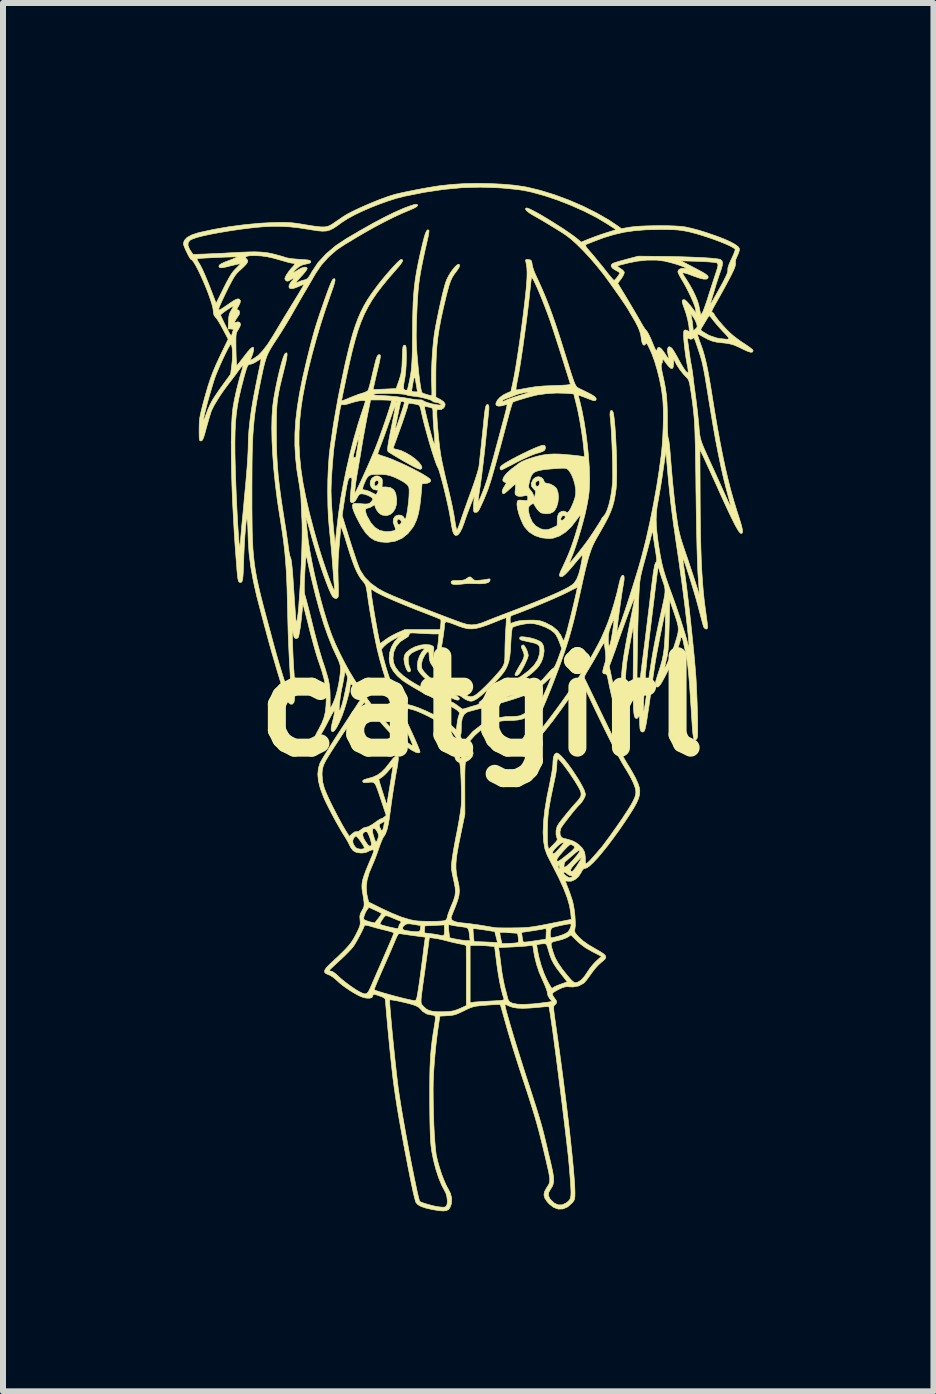
<source format=kicad_pcb>
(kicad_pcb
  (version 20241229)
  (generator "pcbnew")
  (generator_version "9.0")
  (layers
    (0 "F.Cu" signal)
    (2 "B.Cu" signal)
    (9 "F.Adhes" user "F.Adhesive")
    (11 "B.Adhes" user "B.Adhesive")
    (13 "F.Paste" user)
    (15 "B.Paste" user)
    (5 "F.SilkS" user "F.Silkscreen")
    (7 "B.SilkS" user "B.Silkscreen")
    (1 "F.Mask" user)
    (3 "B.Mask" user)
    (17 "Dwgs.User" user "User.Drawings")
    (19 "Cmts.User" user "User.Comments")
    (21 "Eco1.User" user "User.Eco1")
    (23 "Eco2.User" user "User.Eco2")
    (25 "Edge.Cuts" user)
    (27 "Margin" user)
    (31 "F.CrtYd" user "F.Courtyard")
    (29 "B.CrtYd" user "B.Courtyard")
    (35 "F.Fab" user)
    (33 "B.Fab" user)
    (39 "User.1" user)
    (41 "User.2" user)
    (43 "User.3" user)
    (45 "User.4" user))
  (footprint "catgirl"
    (layer "F.Cu")
    (at 4.974 8.718)
    (property "Reference" "catgirl" (at 0 0 0) (layer "F.SilkS") (effects (font (size 1.524 1.524) (thickness 0.3))))
    (attr through_hole)
    (fp_poly (pts (xy 0.71 -1.012) (xy 0.743 -0.96) (xy 0.767 -0.901) (xy 0.778 -0.849) (xy 0.778 -0.846) (xy 0.77 -0.813) (xy 0.749 -0.761) (xy 0.721 -0.699) (xy 0.688 -0.636) (xy 0.655 -0.58) (xy 0.626 -0.539) (xy 0.623 -0.536) (xy 0.594 -0.514) (xy 0.568 -0.509) (xy 0.556 -0.525) (xy 0.556 -0.528) (xy 0.564 -0.55) (xy 0.585 -0.591) (xy 0.615 -0.644) (xy 0.628 -0.667) (xy 0.671 -0.74) (xy 0.697 -0.794) (xy 0.709 -0.836) (xy 0.707 -0.872) (xy 0.694 -0.911) (xy 0.686 -0.929) (xy 0.667 -0.973) (xy 0.663 -0.999) (xy 0.673 -1.015) (xy 0.697 -1.023) (xy 0.71 -1.012)) (stroke (width 0.01) (type solid)) (fill yes) (layer "F.SilkS"))
    (fp_poly (pts (xy 1.055 -4.342) (xy 1.064 -4.315) (xy 1.064 -4.312) (xy 1.059 -4.282) (xy 1.042 -4.259) (xy 1.007 -4.241) (xy 0.948 -4.222) (xy 0.921 -4.215) (xy 0.871 -4.198) (xy 0.801 -4.169) (xy 0.718 -4.132) (xy 0.629 -4.089) (xy 0.578 -4.063) (xy 0.499 -4.021) (xy 0.429 -3.986) (xy 0.375 -3.958) (xy 0.339 -3.941) (xy 0.329 -3.937) (xy 0.313 -3.948) (xy 0.31 -3.951) (xy 0.306 -3.975) (xy 0.324 -4.002) (xy 0.367 -4.035) (xy 0.417 -4.066) (xy 0.506 -4.116) (xy 0.602 -4.167) (xy 0.699 -4.215) (xy 0.792 -4.26) (xy 0.877 -4.298) (xy 0.948 -4.327) (xy 1 -4.345) (xy 1.025 -4.35) (xy 1.055 -4.342)) (stroke (width 0.01) (type solid)) (fill yes) (layer "F.SilkS"))
    (fp_poly (pts (xy -0.161 -2.135) (xy -0.153 -2.125) (xy -0.133 -2.107) (xy -0.108 -2.098) (xy -0.068 -2.097) (xy -0.026 -2.101) (xy 0.032 -2.107) (xy 0.083 -2.115) (xy 0.107 -2.12) (xy 0.135 -2.123) (xy 0.143 -2.107) (xy 0.133 -2.079) (xy 0.104 -2.059) (xy 0.051 -2.046) (xy -0.027 -2.041) (xy -0.132 -2.043) (xy -0.198 -2.046) (xy -0.231 -2.045) (xy -0.282 -2.041) (xy -0.325 -2.036) (xy -0.385 -2.03) (xy -0.438 -2.028) (xy -0.464 -2.029) (xy -0.499 -2.041) (xy -0.508 -2.065) (xy -0.505 -2.081) (xy -0.49 -2.09) (xy -0.458 -2.095) (xy -0.4 -2.095) (xy -0.399 -2.095) (xy -0.332 -2.098) (xy -0.287 -2.107) (xy -0.254 -2.124) (xy -0.25 -2.127) (xy -0.213 -2.153) (xy -0.187 -2.155) (xy -0.161 -2.135)) (stroke (width 0.01) (type solid)) (fill yes) (layer "F.SilkS"))
    (fp_poly (pts (xy 0.128 -8.71) (xy 0.335 -8.7) (xy 0.528 -8.684) (xy 0.7 -8.66) (xy 0.754 -8.65) (xy 0.979 -8.596) (xy 1.215 -8.523) (xy 1.455 -8.434) (xy 1.691 -8.332) (xy 1.916 -8.22) (xy 2.123 -8.101) (xy 2.273 -8) (xy 2.331 -7.958) (xy 2.463 -7.982) (xy 2.535 -7.991) (xy 2.631 -7.999) (xy 2.743 -8.004) (xy 2.864 -8.007) (xy 2.989 -8.008) (xy 3.11 -8.007) (xy 3.22 -8.003) (xy 3.313 -7.997) (xy 3.382 -7.989) (xy 3.389 -7.988) (xy 3.502 -7.963) (xy 3.619 -7.932) (xy 3.747 -7.892) (xy 3.895 -7.841) (xy 3.921 -7.832) (xy 4.05 -7.782) (xy 4.153 -7.735) (xy 4.23 -7.692) (xy 4.278 -7.654) (xy 4.296 -7.626) (xy 4.294 -7.591) (xy 4.277 -7.54) (xy 4.263 -7.51) (xy 4.236 -7.447) (xy 4.229 -7.397) (xy 4.231 -7.377) (xy 4.23 -7.355) (xy 4.221 -7.32) (xy 4.202 -7.272) (xy 4.172 -7.209) (xy 4.13 -7.127) (xy 4.076 -7.025) (xy 4.009 -6.902) (xy 3.926 -6.754) (xy 3.875 -6.664) (xy 3.848 -6.614) (xy 3.836 -6.584) (xy 3.838 -6.569) (xy 3.848 -6.563) (xy 3.87 -6.546) (xy 3.873 -6.537) (xy 3.884 -6.515) (xy 3.912 -6.476) (xy 3.952 -6.424) (xy 4.002 -6.366) (xy 4.055 -6.307) (xy 4.108 -6.252) (xy 4.139 -6.222) (xy 4.194 -6.174) (xy 4.264 -6.12) (xy 4.34 -6.066) (xy 4.378 -6.042) (xy 4.437 -6.002) (xy 4.485 -5.967) (xy 4.516 -5.94) (xy 4.524 -5.927) (xy 4.516 -5.904) (xy 4.489 -5.898) (xy 4.441 -5.911) (xy 4.37 -5.943) (xy 4.355 -5.95) (xy 4.27 -5.992) (xy 4.201 -6.02) (xy 4.137 -6.038) (xy 4.067 -6.05) (xy 4.008 -6.056) (xy 3.916 -6.067) (xy 3.842 -6.085) (xy 3.772 -6.113) (xy 3.695 -6.155) (xy 3.647 -6.182) (xy 3.612 -6.199) (xy 3.595 -6.204) (xy 3.595 -6.204) (xy 3.598 -6.188) (xy 3.611 -6.148) (xy 3.63 -6.091) (xy 3.652 -6.032) (xy 3.684 -5.943) (xy 3.713 -5.844) (xy 3.741 -5.731) (xy 3.769 -5.6) (xy 3.797 -5.447) (xy 3.827 -5.267) (xy 3.834 -5.223) (xy 3.882 -4.924) (xy 3.928 -4.653) (xy 3.973 -4.407) (xy 4.017 -4.183) (xy 4.061 -3.976) (xy 4.106 -3.784) (xy 4.152 -3.603) (xy 4.201 -3.43) (xy 4.252 -3.261) (xy 4.27 -3.207) (xy 4.304 -3.1) (xy 4.328 -3.02) (xy 4.342 -2.962) (xy 4.348 -2.922) (xy 4.347 -2.898) (xy 4.34 -2.885) (xy 4.329 -2.879) (xy 4.315 -2.883) (xy 4.298 -2.899) (xy 4.277 -2.928) (xy 4.25 -2.973) (xy 4.216 -3.035) (xy 4.176 -3.116) (xy 4.126 -3.219) (xy 4.067 -3.345) (xy 3.998 -3.495) (xy 3.918 -3.673) (xy 3.899 -3.715) (xy 3.85 -3.822) (xy 3.803 -3.925) (xy 3.76 -4.018) (xy 3.724 -4.097) (xy 3.697 -4.156) (xy 3.684 -4.183) (xy 3.638 -4.278) (xy 3.642 -3.421) (xy 3.644 -3.132) (xy 3.648 -2.871) (xy 3.654 -2.636) (xy 3.661 -2.423) (xy 3.671 -2.229) (xy 3.683 -2.051) (xy 3.697 -1.886) (xy 3.714 -1.73) (xy 3.734 -1.581) (xy 3.737 -1.562) (xy 3.748 -1.478) (xy 3.758 -1.404) (xy 3.764 -1.346) (xy 3.766 -1.311) (xy 3.766 -1.304) (xy 3.749 -1.286) (xy 3.724 -1.292) (xy 3.702 -1.318) (xy 3.699 -1.324) (xy 3.691 -1.352) (xy 3.676 -1.405) (xy 3.657 -1.477) (xy 3.635 -1.561) (xy 3.619 -1.622) (xy 3.598 -1.701) (xy 3.573 -1.792) (xy 3.544 -1.891) (xy 3.513 -1.994) (xy 3.481 -2.097) (xy 3.451 -2.194) (xy 3.422 -2.283) (xy 3.397 -2.357) (xy 3.377 -2.414) (xy 3.363 -2.449) (xy 3.357 -2.457) (xy 3.356 -2.439) (xy 3.359 -2.4) (xy 3.365 -2.357) (xy 3.382 -2.243) (xy 3.401 -2.104) (xy 3.422 -1.943) (xy 3.443 -1.767) (xy 3.465 -1.581) (xy 3.486 -1.389) (xy 3.506 -1.198) (xy 3.525 -1.013) (xy 3.542 -0.839) (xy 3.556 -0.681) (xy 3.567 -0.544) (xy 3.571 -0.5) (xy 3.576 -0.412) (xy 3.581 -0.301) (xy 3.587 -0.176) (xy 3.592 -0.044) (xy 3.596 0.085) (xy 3.597 0.127) (xy 3.6 0.253) (xy 3.601 0.352) (xy 3.601 0.425) (xy 3.599 0.478) (xy 3.596 0.513) (xy 3.59 0.535) (xy 3.585 0.543) (xy 3.565 0.563) (xy 3.549 0.563) (xy 3.536 0.541) (xy 3.526 0.495) (xy 3.517 0.423) (xy 3.509 0.321) (xy 3.508 0.3) (xy 3.495 0.092) (xy 3.483 -0.087) (xy 3.473 -0.241) (xy 3.464 -0.371) (xy 3.455 -0.482) (xy 3.446 -0.576) (xy 3.438 -0.656) (xy 3.429 -0.725) (xy 3.42 -0.786) (xy 3.411 -0.842) (xy 3.4 -0.896) (xy 3.395 -0.921) (xy 3.379 -0.99) (xy 3.366 -1.051) (xy 3.357 -1.095) (xy 3.354 -1.108) (xy 3.342 -1.138) (xy 3.329 -1.153) (xy 3.319 -1.147) (xy 3.318 -1.137) (xy 3.311 -1.097) (xy 3.293 -1.035) (xy 3.265 -0.956) (xy 3.229 -0.865) (xy 3.188 -0.769) (xy 3.145 -0.673) (xy 3.109 -0.6) (xy 3.058 -0.5) (xy 3.018 -0.426) (xy 2.987 -0.373) (xy 2.962 -0.341) (xy 2.942 -0.324) (xy 2.925 -0.32) (xy 2.916 -0.322) (xy 2.899 -0.333) (xy 2.892 -0.351) (xy 2.894 -0.383) (xy 2.906 -0.432) (xy 2.928 -0.504) (xy 2.945 -0.556) (xy 2.971 -0.638) (xy 3.049 -0.638) (xy 3.056 -0.641) (xy 3.072 -0.669) (xy 3.093 -0.714) (xy 3.119 -0.772) (xy 3.147 -0.837) (xy 3.173 -0.904) (xy 3.196 -0.965) (xy 3.205 -0.992) (xy 3.237 -1.093) (xy 3.26 -1.171) (xy 3.274 -1.233) (xy 3.278 -1.287) (xy 3.273 -1.34) (xy 3.259 -1.399) (xy 3.236 -1.472) (xy 3.213 -1.542) (xy 3.135 -1.77) (xy 3.126 -1.349) (xy 3.122 -1.214) (xy 3.119 -1.106) (xy 3.114 -1.019) (xy 3.109 -0.95) (xy 3.102 -0.892) (xy 3.094 -0.841) (xy 3.083 -0.792) (xy 3.082 -0.789) (xy 3.067 -0.726) (xy 3.056 -0.675) (xy 3.05 -0.643) (xy 3.049 -0.638) (xy 2.971 -0.638) (xy 2.98 -0.667) (xy 3.008 -0.766) (xy 3.028 -0.863) (xy 3.042 -0.964) (xy 3.051 -1.077) (xy 3.058 -1.212) (xy 3.059 -1.262) (xy 3.062 -1.355) (xy 3.063 -1.436) (xy 3.063 -1.499) (xy 3.062 -1.541) (xy 3.06 -1.556) (xy 3.059 -1.556) (xy 3.053 -1.538) (xy 3.042 -1.493) (xy 3.028 -1.427) (xy 3.01 -1.344) (xy 2.991 -1.249) (xy 2.97 -1.146) (xy 2.95 -1.04) (xy 2.93 -0.937) (xy 2.912 -0.84) (xy 2.897 -0.754) (xy 2.886 -0.685) (xy 2.883 -0.667) (xy 2.874 -0.603) (xy 2.861 -0.515) (xy 2.846 -0.409) (xy 2.83 -0.292) (xy 2.812 -0.17) (xy 2.802 -0.095) (xy 2.781 0.047) (xy 2.764 0.162) (xy 2.75 0.251) (xy 2.738 0.318) (xy 2.728 0.366) (xy 2.718 0.397) (xy 2.708 0.417) (xy 2.698 0.426) (xy 2.686 0.429) (xy 2.684 0.429) (xy 2.662 0.424) (xy 2.648 0.405) (xy 2.639 0.369) (xy 2.635 0.308) (xy 2.634 0.257) (xy 2.633 0.197) (xy 2.63 0.166) (xy 2.624 0.162) (xy 2.618 0.172) (xy 2.596 0.2) (xy 2.576 0.203) (xy 2.564 0.197) (xy 2.553 0.182) (xy 2.545 0.156) (xy 2.538 0.117) (xy 2.533 0.061) (xy 2.531 0.026) (xy 2.697 0.026) (xy 2.699 0.066) (xy 2.704 0.079) (xy 2.705 0.078) (xy 2.709 0.061) (xy 2.717 0.017) (xy 2.727 -0.05) (xy 2.74 -0.136) (xy 2.755 -0.237) (xy 2.77 -0.341) (xy 2.794 -0.517) (xy 2.817 -0.668) (xy 2.838 -0.802) (xy 2.859 -0.926) (xy 2.881 -1.046) (xy 2.906 -1.17) (xy 2.934 -1.305) (xy 2.967 -1.458) (xy 2.971 -1.475) (xy 3 -1.605) (xy 3.022 -1.708) (xy 3.039 -1.789) (xy 3.05 -1.852) (xy 3.056 -1.901) (xy 3.056 -1.942) (xy 3.052 -1.979) (xy 3.043 -2.015) (xy 3.03 -2.056) (xy 3.013 -2.105) (xy 3.01 -2.113) (xy 2.987 -2.184) (xy 2.968 -2.245) (xy 2.956 -2.29) (xy 2.953 -2.31) (xy 2.951 -2.337) (xy 2.947 -2.333) (xy 2.94 -2.3) (xy 2.93 -2.238) (xy 2.918 -2.148) (xy 2.905 -2.039) (xy 2.894 -1.953) (xy 2.881 -1.842) (xy 2.865 -1.712) (xy 2.847 -1.569) (xy 2.829 -1.419) (xy 2.81 -1.27) (xy 2.8 -1.183) (xy 2.783 -1.045) (xy 2.768 -0.903) (xy 2.753 -0.758) (xy 2.739 -0.616) (xy 2.727 -0.478) (xy 2.717 -0.348) (xy 2.708 -0.229) (xy 2.702 -0.125) (xy 2.698 -0.039) (xy 2.697 0.026) (xy 2.531 0.026) (xy 2.529 -0.013) (xy 2.527 -0.107) (xy 2.526 -0.226) (xy 2.526 -0.279) (xy 2.589 -0.279) (xy 2.59 -0.205) (xy 2.591 -0.154) (xy 2.593 -0.13) (xy 2.594 -0.129) (xy 2.599 -0.147) (xy 2.607 -0.191) (xy 2.617 -0.256) (xy 2.628 -0.335) (xy 2.634 -0.391) (xy 2.647 -0.494) (xy 2.662 -0.617) (xy 2.679 -0.748) (xy 2.695 -0.875) (xy 2.705 -0.953) (xy 2.717 -1.046) (xy 2.732 -1.165) (xy 2.748 -1.301) (xy 2.766 -1.449) (xy 2.785 -1.602) (xy 2.803 -1.752) (xy 2.81 -1.818) (xy 2.829 -1.973) (xy 2.845 -2.1) (xy 2.858 -2.2) (xy 2.87 -2.277) (xy 2.88 -2.332) (xy 2.889 -2.368) (xy 2.897 -2.388) (xy 2.901 -2.393) (xy 2.911 -2.404) (xy 2.917 -2.421) (xy 2.917 -2.451) (xy 2.911 -2.499) (xy 2.901 -2.571) (xy 2.899 -2.583) (xy 2.886 -2.664) (xy 2.874 -2.744) (xy 2.864 -2.812) (xy 2.86 -2.842) (xy 2.848 -2.929) (xy 2.819 -2.81) (xy 2.805 -2.755) (xy 2.784 -2.677) (xy 2.76 -2.584) (xy 2.733 -2.484) (xy 2.712 -2.407) (xy 2.686 -2.311) (xy 2.667 -2.235) (xy 2.652 -2.17) (xy 2.642 -2.11) (xy 2.634 -2.046) (xy 2.628 -1.971) (xy 2.623 -1.878) (xy 2.619 -1.788) (xy 2.615 -1.694) (xy 2.611 -1.582) (xy 2.608 -1.457) (xy 2.604 -1.322) (xy 2.601 -1.18) (xy 2.598 -1.035) (xy 2.595 -0.889) (xy 2.593 -0.747) (xy 2.591 -0.611) (xy 2.59 -0.486) (xy 2.589 -0.374) (xy 2.589 -0.279) (xy 2.526 -0.279) (xy 2.525 -0.369) (xy 2.526 -0.541) (xy 2.527 -0.638) (xy 2.528 -0.781) (xy 2.529 -0.913) (xy 2.529 -1.032) (xy 2.529 -1.134) (xy 2.529 -1.216) (xy 2.529 -1.274) (xy 2.528 -1.306) (xy 2.528 -1.311) (xy 2.522 -1.293) (xy 2.513 -1.25) (xy 2.5 -1.187) (xy 2.485 -1.11) (xy 2.469 -1.025) (xy 2.454 -0.938) (xy 2.439 -0.854) (xy 2.427 -0.778) (xy 2.422 -0.746) (xy 2.414 -0.679) (xy 2.406 -0.587) (xy 2.399 -0.478) (xy 2.392 -0.359) (xy 2.388 -0.237) (xy 2.387 -0.198) (xy 2.383 -0.09) (xy 2.379 0.008) (xy 2.375 0.092) (xy 2.37 0.158) (xy 2.365 0.199) (xy 2.363 0.21) (xy 2.338 0.235) (xy 2.307 0.233) (xy 2.277 0.203) (xy 2.266 0.184) (xy 2.252 0.147) (xy 2.234 0.086) (xy 2.212 0.007) (xy 2.188 -0.085) (xy 2.164 -0.181) (xy 2.142 -0.277) (xy 2.123 -0.366) (xy 2.11 -0.433) (xy 2.098 -0.49) (xy 2.087 -0.522) (xy 2.074 -0.536) (xy 2.054 -0.54) (xy 2.053 -0.54) (xy 2.03 -0.544) (xy 2.019 -0.56) (xy 2.02 -0.592) (xy 2.033 -0.645) (xy 2.039 -0.666) (xy 2.128 -0.666) (xy 2.175 -0.44) (xy 2.208 -0.285) (xy 2.235 -0.161) (xy 2.256 -0.066) (xy 2.274 0.001) (xy 2.287 0.04) (xy 2.297 0.052) (xy 2.304 0.039) (xy 2.309 0.000139) (xy 2.313 -0.062) (xy 2.317 -0.148) (xy 2.32 -0.246) (xy 2.326 -0.4) (xy 2.333 -0.53) (xy 2.343 -0.646) (xy 2.357 -0.756) (xy 2.373 -0.865) (xy 2.391 -0.968) (xy 2.413 -1.091) (xy 2.438 -1.221) (xy 2.463 -1.349) (xy 2.479 -1.429) (xy 2.499 -1.528) (xy 2.517 -1.621) (xy 2.533 -1.702) (xy 2.544 -1.763) (xy 2.55 -1.8) (xy 2.55 -1.802) (xy 2.546 -1.8) (xy 2.534 -1.773) (xy 2.513 -1.723) (xy 2.487 -1.655) (xy 2.455 -1.572) (xy 2.42 -1.478) (xy 2.383 -1.377) (xy 2.345 -1.272) (xy 2.308 -1.168) (xy 2.273 -1.069) (xy 2.242 -0.977) (xy 2.239 -0.968) (xy 2.228 -0.936) (xy 2.208 -0.883) (xy 2.185 -0.819) (xy 2.177 -0.797) (xy 2.128 -0.666) (xy 2.039 -0.666) (xy 2.047 -0.692) (xy 2.063 -0.749) (xy 2.069 -0.798) (xy 2.068 -0.854) (xy 2.062 -0.914) (xy 2.054 -0.975) (xy 2.048 -1.024) (xy 2.043 -1.052) (xy 2.042 -1.055) (xy 2.034 -1.048) (xy 2.014 -1.018) (xy 1.985 -0.97) (xy 1.958 -0.92) (xy 1.911 -0.836) (xy 1.858 -0.743) (xy 1.806 -0.656) (xy 1.79 -0.629) (xy 1.751 -0.565) (xy 1.727 -0.522) (xy 1.715 -0.493) (xy 1.714 -0.472) (xy 1.722 -0.452) (xy 1.725 -0.446) (xy 1.736 -0.424) (xy 1.76 -0.375) (xy 1.794 -0.305) (xy 1.837 -0.215) (xy 1.888 -0.11) (xy 1.945 0.008) (xy 2.006 0.135) (xy 2.037 0.199) (xy 2.103 0.335) (xy 2.168 0.467) (xy 2.23 0.591) (xy 2.288 0.704) (xy 2.339 0.801) (xy 2.381 0.879) (xy 2.413 0.933) (xy 2.42 0.946) (xy 2.468 1.022) (xy 2.517 1.107) (xy 2.56 1.185) (xy 2.574 1.214) (xy 2.606 1.285) (xy 2.627 1.349) (xy 2.636 1.409) (xy 2.633 1.47) (xy 2.615 1.537) (xy 2.582 1.612) (xy 2.533 1.7) (xy 2.466 1.806) (xy 2.392 1.918) (xy 2.292 2.064) (xy 2.193 2.2) (xy 2.099 2.325) (xy 2.01 2.435) (xy 1.93 2.53) (xy 1.859 2.605) (xy 1.8 2.66) (xy 1.754 2.692) (xy 1.73 2.699) (xy 1.703 2.706) (xy 1.679 2.731) (xy 1.655 2.776) (xy 1.613 2.84) (xy 1.558 2.887) (xy 1.497 2.914) (xy 1.443 2.915) (xy 1.411 2.911) (xy 1.397 2.913) (xy 1.397 2.913) (xy 1.402 2.93) (xy 1.417 2.969) (xy 1.437 3.022) (xy 1.443 3.036) (xy 1.47 3.108) (xy 1.496 3.185) (xy 1.516 3.246) (xy 1.532 3.318) (xy 1.546 3.404) (xy 1.556 3.495) (xy 1.561 3.582) (xy 1.562 3.656) (xy 1.556 3.704) (xy 1.551 3.736) (xy 1.554 3.762) (xy 1.569 3.788) (xy 1.601 3.825) (xy 1.625 3.85) (xy 1.691 3.91) (xy 1.779 3.972) (xy 1.889 4.037) (xy 1.973 4.085) (xy 2.031 4.123) (xy 2.063 4.154) (xy 2.071 4.182) (xy 2.058 4.21) (xy 2.024 4.243) (xy 1.993 4.267) (xy 1.945 4.311) (xy 1.89 4.372) (xy 1.836 4.442) (xy 1.827 4.456) (xy 1.784 4.515) (xy 1.744 4.568) (xy 1.711 4.605) (xy 1.699 4.616) (xy 1.617 4.66) (xy 1.525 4.677) (xy 1.469 4.675) (xy 1.425 4.671) (xy 1.384 4.677) (xy 1.334 4.694) (xy 1.294 4.712) (xy 1.242 4.74) (xy 1.201 4.765) (xy 1.181 4.784) (xy 1.181 4.785) (xy 1.184 4.813) (xy 1.206 4.85) (xy 1.213 4.859) (xy 1.245 4.904) (xy 1.251 4.938) (xy 1.233 4.965) (xy 1.222 4.974) (xy 1.213 4.981) (xy 1.207 4.99) (xy 1.203 5.004) (xy 1.201 5.027) (xy 1.203 5.063) (xy 1.209 5.114) (xy 1.218 5.184) (xy 1.231 5.276) (xy 1.248 5.395) (xy 1.261 5.487) (xy 1.293 5.715) (xy 1.325 5.948) (xy 1.356 6.183) (xy 1.386 6.419) (xy 1.415 6.65) (xy 1.442 6.876) (xy 1.467 7.092) (xy 1.489 7.297) (xy 1.509 7.487) (xy 1.526 7.659) (xy 1.539 7.81) (xy 1.549 7.938) (xy 1.554 8.04) (xy 1.556 8.1) (xy 1.555 8.164) (xy 1.55 8.206) (xy 1.539 8.236) (xy 1.518 8.265) (xy 1.508 8.276) (xy 1.435 8.341) (xy 1.358 8.375) (xy 1.279 8.378) (xy 1.201 8.35) (xy 1.126 8.292) (xy 1.093 8.255) (xy 1.053 8.195) (xy 1.039 8.142) (xy 1.049 8.087) (xy 1.085 8.021) (xy 1.088 8.017) (xy 1.107 7.987) (xy 1.122 7.961) (xy 1.132 7.935) (xy 1.136 7.905) (xy 1.135 7.867) (xy 1.128 7.817) (xy 1.116 7.75) (xy 1.096 7.664) (xy 1.071 7.553) (xy 1.049 7.461) (xy 1.015 7.318) (xy 0.983 7.19) (xy 0.953 7.072) (xy 0.922 6.958) (xy 0.889 6.842) (xy 0.851 6.719) (xy 0.809 6.583) (xy 0.759 6.428) (xy 0.7 6.249) (xy 0.699 6.247) (xy 0.634 6.047) (xy 0.577 5.869) (xy 0.526 5.708) (xy 0.48 5.555) (xy 0.435 5.405) (xy 0.391 5.249) (xy 0.365 5.155) (xy 0.313 4.971) (xy 0.39 4.971) (xy 0.391 4.989) (xy 0.401 5.034) (xy 0.419 5.104) (xy 0.445 5.195) (xy 0.476 5.304) (xy 0.513 5.428) (xy 0.554 5.565) (xy 0.599 5.711) (xy 0.647 5.863) (xy 0.696 6.019) (xy 0.746 6.175) (xy 0.762 6.223) (xy 0.819 6.399) (xy 0.867 6.549) (xy 0.908 6.677) (xy 0.942 6.787) (xy 0.971 6.883) (xy 0.996 6.969) (xy 1.018 7.05) (xy 1.038 7.128) (xy 1.058 7.209) (xy 1.071 7.263) (xy 1.092 7.351) (xy 1.116 7.456) (xy 1.142 7.563) (xy 1.161 7.644) (xy 1.185 7.755) (xy 1.199 7.842) (xy 1.201 7.91) (xy 1.192 7.964) (xy 1.173 8.01) (xy 1.153 8.04) (xy 1.119 8.1) (xy 1.115 8.155) (xy 1.141 8.21) (xy 1.146 8.215) (xy 1.208 8.276) (xy 1.274 8.307) (xy 1.342 8.307) (xy 1.409 8.276) (xy 1.413 8.273) (xy 1.443 8.249) (xy 1.466 8.224) (xy 1.48 8.193) (xy 1.488 8.152) (xy 1.49 8.095) (xy 1.487 8.017) (xy 1.48 7.913) (xy 1.479 7.895) (xy 1.471 7.794) (xy 1.463 7.691) (xy 1.454 7.597) (xy 1.447 7.521) (xy 1.444 7.493) (xy 1.42 7.283) (xy 1.395 7.069) (xy 1.369 6.854) (xy 1.343 6.64) (xy 1.317 6.429) (xy 1.291 6.224) (xy 1.266 6.027) (xy 1.242 5.841) (xy 1.219 5.667) (xy 1.198 5.508) (xy 1.179 5.367) (xy 1.161 5.245) (xy 1.147 5.146) (xy 1.135 5.071) (xy 1.126 5.023) (xy 1.12 5.004) (xy 1.103 5.004) (xy 1.062 5.006) (xy 1.002 5.011) (xy 0.953 5.016) (xy 0.806 5.028) (xy 0.688 5.033) (xy 0.593 5.029) (xy 0.52 5.017) (xy 0.466 4.998) (xy 0.425 4.979) (xy 0.396 4.97) (xy 0.39 4.971) (xy 0.313 4.971) (xy 0.313 4.969) (xy 0.263 4.969) (xy 0.228 4.971) (xy 0.169 4.974) (xy 0.097 4.979) (xy 0.033 4.984) (xy -0.048 4.992) (xy -0.108 5) (xy -0.158 5.013) (xy -0.208 5.032) (xy -0.269 5.061) (xy -0.295 5.074) (xy -0.368 5.109) (xy -0.423 5.132) (xy -0.473 5.146) (xy -0.528 5.153) (xy -0.569 5.156) (xy -0.695 5.163) (xy -0.705 5.227) (xy -0.736 5.442) (xy -0.763 5.668) (xy -0.784 5.892) (xy -0.799 6.104) (xy -0.805 6.247) (xy -0.807 6.375) (xy -0.806 6.518) (xy -0.804 6.668) (xy -0.8 6.821) (xy -0.795 6.971) (xy -0.788 7.113) (xy -0.779 7.243) (xy -0.77 7.353) (xy -0.76 7.44) (xy -0.756 7.472) (xy -0.734 7.571) (xy -0.703 7.68) (xy -0.667 7.792) (xy -0.627 7.896) (xy -0.588 7.984) (xy -0.564 8.027) (xy -0.518 8.118) (xy -0.498 8.2) (xy -0.502 8.279) (xy -0.507 8.3) (xy -0.525 8.349) (xy -0.549 8.383) (xy -0.585 8.403) (xy -0.637 8.409) (xy -0.71 8.404) (xy -0.807 8.388) (xy -0.837 8.382) (xy -0.939 8.358) (xy -1.013 8.332) (xy -1.064 8.302) (xy -1.093 8.269) (xy -1.103 8.241) (xy -1.119 8.182) (xy -1.14 8.095) (xy -1.164 7.981) (xy -1.193 7.84) (xy -1.226 7.675) (xy -1.262 7.486) (xy -1.293 7.326) (xy -1.335 7.094) (xy -1.372 6.888) (xy -1.404 6.7) (xy -1.431 6.526) (xy -1.455 6.36) (xy -1.477 6.195) (xy -1.496 6.026) (xy -1.515 5.847) (xy -1.524 5.763) (xy -1.536 5.635) (xy -1.549 5.505) (xy -1.561 5.377) (xy -1.572 5.255) (xy -1.582 5.143) (xy -1.59 5.047) (xy -1.597 4.968) (xy -1.602 4.913) (xy -1.602 4.909) (xy -1.532 4.909) (xy -1.53 4.955) (xy -1.525 5.025) (xy -1.518 5.116) (xy -1.508 5.223) (xy -1.497 5.344) (xy -1.485 5.475) (xy -1.471 5.611) (xy -1.457 5.75) (xy -1.443 5.887) (xy -1.428 6.02) (xy -1.415 6.143) (xy -1.401 6.255) (xy -1.39 6.35) (xy -1.38 6.421) (xy -1.363 6.532) (xy -1.343 6.658) (xy -1.32 6.796) (xy -1.294 6.944) (xy -1.267 7.098) (xy -1.238 7.254) (xy -1.209 7.41) (xy -1.18 7.563) (xy -1.151 7.708) (xy -1.124 7.842) (xy -1.099 7.963) (xy -1.077 8.067) (xy -1.058 8.151) (xy -1.043 8.211) (xy -1.032 8.245) (xy -1.03 8.249) (xy -1.008 8.262) (xy -0.964 8.278) (xy -0.905 8.296) (xy -0.84 8.314) (xy -0.777 8.329) (xy -0.724 8.339) (xy -0.722 8.339) (xy -0.662 8.346) (xy -0.624 8.346) (xy -0.602 8.34) (xy -0.591 8.331) (xy -0.574 8.296) (xy -0.57 8.242) (xy -0.577 8.179) (xy -0.593 8.118) (xy -0.612 8.079) (xy -0.665 7.979) (xy -0.716 7.855) (xy -0.762 7.714) (xy -0.801 7.564) (xy -0.831 7.412) (xy -0.844 7.31) (xy -0.849 7.247) (xy -0.854 7.156) (xy -0.858 7.041) (xy -0.861 6.906) (xy -0.863 6.756) (xy -0.864 6.594) (xy -0.864 6.525) (xy -0.864 6.335) (xy -0.863 6.171) (xy -0.86 6.029) (xy -0.854 5.903) (xy -0.847 5.788) (xy -0.837 5.679) (xy -0.824 5.57) (xy -0.808 5.457) (xy -0.788 5.334) (xy -0.784 5.312) (xy -0.773 5.238) (xy -0.77 5.189) (xy -0.777 5.161) (xy -0.797 5.148) (xy -0.829 5.144) (xy -0.835 5.144) (xy -0.911 5.128) (xy -0.978 5.087) (xy -1.008 5.055) (xy -1.044 5.018) (xy -1.095 4.99) (xy -1.149 4.971) (xy -1.205 4.955) (xy -1.273 4.938) (xy -1.344 4.922) (xy -1.351 4.92) (xy -1.008 4.92) (xy -1.006 4.945) (xy -0.999 4.963) (xy -0.99 4.977) (xy -0.977 4.991) (xy -0.964 5.005) (xy -0.924 5.042) (xy -0.877 5.067) (xy -0.815 5.083) (xy -0.734 5.09) (xy -0.628 5.09) (xy -0.611 5.089) (xy -0.532 5.085) (xy -0.471 5.075) (xy -0.415 5.058) (xy -0.361 5.036) (xy -0.254 4.987) (xy -0.254 4.494) (xy -0.254 4.371) (xy -0.254 4.26) (xy -0.255 4.162) (xy -0.255 4.082) (xy -0.256 4.025) (xy -0.256 3.993) (xy -0.256 3.989) (xy -0.264 3.985) (xy -0.191 3.985) (xy -0.191 4.941) (xy -0.145 4.932) (xy -0.114 4.928) (xy -0.058 4.924) (xy 0.017 4.919) (xy 0.102 4.914) (xy 0.141 4.912) (xy 0.234 4.907) (xy 0.299 4.903) (xy 0.341 4.898) (xy 0.365 4.892) (xy 0.374 4.884) (xy 0.373 4.875) (xy 0.349 4.801) (xy 0.324 4.701) (xy 0.299 4.582) (xy 0.276 4.449) (xy 0.255 4.308) (xy 0.253 4.292) (xy 0.219 4.021) (xy 0.284 4.021) (xy 0.292 4.078) (xy 0.298 4.116) (xy 0.306 4.177) (xy 0.316 4.253) (xy 0.326 4.336) (xy 0.327 4.342) (xy 0.34 4.438) (xy 0.358 4.54) (xy 0.377 4.635) (xy 0.392 4.699) (xy 0.411 4.768) (xy 0.426 4.828) (xy 0.437 4.87) (xy 0.44 4.883) (xy 0.464 4.922) (xy 0.518 4.949) (xy 0.601 4.964) (xy 0.713 4.967) (xy 0.855 4.959) (xy 0.913 4.953) (xy 0.985 4.945) (xy 1.053 4.936) (xy 1.104 4.93) (xy 1.115 4.928) (xy 1.175 4.918) (xy 1.135 4.871) (xy 1.107 4.825) (xy 1.097 4.782) (xy 1.097 4.781) (xy 1.092 4.749) (xy 1.074 4.697) (xy 1.049 4.634) (xy 1.028 4.588) (xy 0.963 4.441) (xy 0.917 4.305) (xy 0.883 4.168) (xy 0.872 4.106) (xy 0.852 3.981) (xy 0.779 3.991) (xy 0.735 3.996) (xy 0.669 4.001) (xy 0.588 4.006) (xy 0.502 4.011) (xy 0.495 4.011) (xy 0.284 4.021) (xy 0.219 4.021) (xy 0.217 4.004) (xy 0.122 3.995) (xy 0.052 3.989) (xy -0.028 3.986) (xy -0.082 3.985) (xy -0.191 3.985) (xy -0.264 3.985) (xy -0.272 3.98) (xy -0.304 3.971) (xy 0.918 3.971) (xy 0.928 4.045) (xy 0.954 4.176) (xy 0.993 4.318) (xy 1.042 4.455) (xy 1.087 4.555) (xy 1.118 4.615) (xy 1.146 4.663) (xy 1.165 4.693) (xy 1.172 4.699) (xy 1.193 4.689) (xy 1.201 4.682) (xy 1.223 4.669) (xy 1.267 4.65) (xy 1.322 4.629) (xy 1.323 4.629) (xy 1.428 4.592) (xy 1.317 4.451) (xy 1.25 4.363) (xy 1.201 4.288) (xy 1.165 4.218) (xy 1.137 4.144) (xy 1.117 4.077) (xy 1.101 4.023) (xy 1.087 3.982) (xy 1.084 3.976) (xy 1.159 3.976) (xy 1.17 4.023) (xy 1.191 4.093) (xy 1.192 4.098) (xy 1.224 4.185) (xy 1.273 4.275) (xy 1.341 4.375) (xy 1.432 4.489) (xy 1.445 4.504) (xy 1.495 4.561) (xy 1.532 4.594) (xy 1.564 4.607) (xy 1.598 4.599) (xy 1.639 4.575) (xy 1.66 4.56) (xy 1.687 4.533) (xy 1.723 4.488) (xy 1.76 4.433) (xy 1.765 4.424) (xy 1.81 4.359) (xy 1.865 4.292) (xy 1.914 4.242) (xy 1.998 4.167) (xy 1.846 4.089) (xy 1.732 4.024) (xy 1.638 3.954) (xy 1.591 3.911) (xy 1.489 3.81) (xy 1.444 3.842) (xy 1.407 3.861) (xy 1.351 3.882) (xy 1.286 3.901) (xy 1.275 3.903) (xy 1.217 3.917) (xy 1.18 3.929) (xy 1.162 3.947) (xy 1.159 3.976) (xy 1.084 3.976) (xy 1.078 3.963) (xy 1.056 3.957) (xy 1.015 3.957) (xy 0.992 3.96) (xy 0.918 3.971) (xy -0.304 3.971) (xy -0.311 3.969) (xy -0.363 3.959) (xy -0.436 3.944) (xy -0.519 3.925) (xy -0.583 3.908) (xy -0.654 3.89) (xy -0.728 3.874) (xy -0.783 3.865) (xy -0.87 3.854) (xy -0.881 3.939) (xy -0.886 3.979) (xy -0.895 4.044) (xy -0.907 4.13) (xy -0.921 4.231) (xy -0.936 4.342) (xy -0.948 4.429) (xy -0.968 4.569) (xy -0.984 4.681) (xy -0.995 4.769) (xy -1.003 4.836) (xy -1.008 4.885) (xy -1.008 4.92) (xy -1.351 4.92) (xy -1.413 4.907) (xy -1.471 4.897) (xy -1.513 4.891) (xy -1.531 4.891) (xy -1.532 4.909) (xy -1.602 4.909) (xy -1.603 4.885) (xy -1.603 4.883) (xy -1.617 4.866) (xy -1.651 4.845) (xy -1.671 4.837) (xy -1.736 4.814) (xy -1.777 4.802) (xy -1.799 4.8) (xy -1.808 4.807) (xy -1.81 4.817) (xy -1.823 4.848) (xy -1.861 4.864) (xy -1.918 4.863) (xy -1.974 4.851) (xy -2.036 4.826) (xy -2.113 4.785) (xy -2.198 4.733) (xy -2.283 4.675) (xy -2.359 4.616) (xy -2.417 4.563) (xy -2.466 4.52) (xy -2.519 4.486) (xy -2.548 4.473) (xy -2.594 4.454) (xy -2.616 4.43) (xy -2.614 4.401) (xy -2.537 4.401) (xy -2.528 4.41) (xy -2.508 4.413) (xy -2.477 4.424) (xy -2.435 4.454) (xy -2.407 4.479) (xy -2.345 4.536) (xy -2.266 4.6) (xy -2.18 4.664) (xy -2.099 4.719) (xy -2.038 4.755) (xy -1.982 4.782) (xy -1.942 4.793) (xy -1.912 4.785) (xy -1.885 4.754) (xy -1.869 4.723) (xy -1.79 4.723) (xy -1.766 4.734) (xy -1.717 4.751) (xy -1.649 4.772) (xy -1.568 4.795) (xy -1.478 4.82) (xy -1.387 4.844) (xy -1.3 4.866) (xy -1.223 4.884) (xy -1.162 4.897) (xy -1.122 4.904) (xy -1.117 4.904) (xy -1.103 4.902) (xy -1.093 4.893) (xy -1.083 4.871) (xy -1.074 4.833) (xy -1.063 4.772) (xy -1.05 4.687) (xy -1.035 4.589) (xy -1.019 4.473) (xy -1.003 4.35) (xy -0.988 4.235) (xy -0.984 4.207) (xy -0.973 4.115) (xy -0.963 4.032) (xy -0.954 3.962) (xy -0.947 3.914) (xy -0.945 3.897) (xy -0.936 3.848) (xy -1.144 3.82) (xy -1.223 3.809) (xy -1.291 3.799) (xy -1.342 3.791) (xy -1.369 3.785) (xy -1.371 3.785) (xy -1.386 3.795) (xy -1.408 3.831) (xy -1.434 3.888) (xy -1.439 3.901) (xy -1.468 3.97) (xy -1.504 4.054) (xy -1.542 4.142) (xy -1.564 4.191) (xy -1.618 4.314) (xy -1.667 4.426) (xy -1.71 4.525) (xy -1.745 4.607) (xy -1.771 4.67) (xy -1.786 4.709) (xy -1.79 4.723) (xy -1.869 4.723) (xy -1.857 4.698) (xy -1.838 4.655) (xy -1.803 4.573) (xy -1.762 4.479) (xy -1.724 4.391) (xy -1.716 4.374) (xy -1.648 4.218) (xy -1.592 4.089) (xy -1.547 3.985) (xy -1.512 3.905) (xy -1.487 3.845) (xy -1.471 3.805) (xy -1.462 3.783) (xy -1.46 3.776) (xy -1.462 3.776) (xy -0.954 3.776) (xy -0.862 3.787) (xy -0.8 3.795) (xy -0.741 3.805) (xy -0.714 3.81) (xy -0.662 3.821) (xy -0.634 3.819) (xy -0.622 3.799) (xy -0.619 3.756) (xy -0.619 3.735) (xy -0.619 3.664) (xy -0.552 3.664) (xy -0.549 3.707) (xy -0.546 3.741) (xy -0.54 3.795) (xy -0.535 3.836) (xy -0.532 3.853) (xy -0.532 3.854) (xy -0.514 3.861) (xy -0.473 3.871) (xy -0.419 3.881) (xy -0.359 3.892) (xy -0.305 3.899) (xy -0.263 3.903) (xy -0.258 3.904) (xy -0.191 3.905) (xy -0.2 3.83) (xy -0.208 3.763) (xy -0.216 3.724) (xy -0.142 3.724) (xy -0.14 3.765) (xy -0.136 3.817) (xy -0.125 3.92) (xy 0.013 3.925) (xy 0.084 3.928) (xy 0.151 3.931) (xy 0.2 3.933) (xy 0.209 3.934) (xy 0.266 3.937) (xy 0.243 3.845) (xy 0.228 3.787) (xy 0.305 3.787) (xy 0.311 3.826) (xy 0.319 3.866) (xy 0.339 3.956) (xy 0.47 3.95) (xy 0.531 3.947) (xy 0.58 3.942) (xy 0.608 3.936) (xy 0.611 3.934) (xy 0.615 3.914) (xy 0.613 3.874) (xy 0.611 3.853) (xy 0.6 3.783) (xy 0.457 3.772) (xy 0.403 3.768) (xy 0.666 3.768) (xy 0.676 3.841) (xy 0.684 3.886) (xy 0.69 3.917) (xy 0.693 3.924) (xy 0.701 3.928) (xy 0.721 3.929) (xy 0.758 3.926) (xy 0.816 3.918) (xy 0.899 3.906) (xy 0.953 3.898) (xy 1.072 3.88) (xy 1.076 3.799) (xy 1.144 3.799) (xy 1.147 3.841) (xy 1.162 3.858) (xy 1.163 3.858) (xy 1.188 3.854) (xy 1.233 3.843) (xy 1.29 3.828) (xy 1.291 3.828) (xy 1.352 3.807) (xy 1.405 3.783) (xy 1.437 3.762) (xy 1.462 3.729) (xy 1.482 3.687) (xy 1.492 3.649) (xy 1.487 3.625) (xy 1.469 3.625) (xy 1.427 3.631) (xy 1.368 3.642) (xy 1.32 3.652) (xy 1.249 3.669) (xy 1.202 3.681) (xy 1.175 3.693) (xy 1.161 3.708) (xy 1.154 3.727) (xy 1.152 3.735) (xy 1.144 3.799) (xy 1.076 3.799) (xy 1.076 3.788) (xy 1.078 3.736) (xy 1.074 3.709) (xy 1.065 3.702) (xy 1.057 3.704) (xy 1.032 3.71) (xy 0.983 3.719) (xy 0.917 3.73) (xy 0.849 3.741) (xy 0.666 3.768) (xy 0.403 3.768) (xy 0.393 3.768) (xy 0.342 3.766) (xy 0.311 3.767) (xy 0.306 3.768) (xy 0.305 3.787) (xy 0.228 3.787) (xy 0.22 3.754) (xy 0.044 3.726) (xy -0.027 3.716) (xy -0.086 3.709) (xy -0.125 3.705) (xy -0.14 3.706) (xy -0.142 3.724) (xy -0.216 3.724) (xy -0.217 3.721) (xy -0.233 3.697) (xy -0.264 3.684) (xy -0.316 3.676) (xy -0.353 3.672) (xy -0.419 3.662) (xy -0.476 3.653) (xy -0.515 3.645) (xy -0.521 3.643) (xy -0.54 3.638) (xy -0.55 3.643) (xy -0.552 3.664) (xy -0.619 3.664) (xy -0.619 3.643) (xy -0.782 3.651) (xy -0.945 3.659) (xy -0.949 3.717) (xy -0.954 3.776) (xy -1.462 3.776) (xy -1.475 3.768) (xy -1.513 3.755) (xy -1.569 3.74) (xy -1.604 3.731) (xy -1.683 3.712) (xy -1.764 3.691) (xy -1.832 3.671) (xy -1.846 3.667) (xy -1.897 3.653) (xy -1.934 3.647) (xy -1.95 3.65) (xy -1.968 3.695) (xy -1.998 3.758) (xy -2.035 3.829) (xy -2.074 3.9) (xy -2.11 3.962) (xy -2.137 4.003) (xy -2.17 4.043) (xy -2.22 4.096) (xy -2.282 4.158) (xy -2.348 4.221) (xy -2.363 4.234) (xy -2.423 4.289) (xy -2.475 4.338) (xy -2.514 4.375) (xy -2.535 4.397) (xy -2.537 4.401) (xy -2.614 4.401) (xy -2.614 4.399) (xy -2.587 4.357) (xy -2.535 4.303) (xy -2.505 4.275) (xy -2.403 4.18) (xy -2.322 4.102) (xy -2.257 4.036) (xy -2.206 3.978) (xy -2.165 3.925) (xy -2.131 3.871) (xy -2.099 3.813) (xy -2.09 3.795) (xy -2.056 3.726) (xy -2.035 3.677) (xy -2.024 3.64) (xy -2.023 3.633) (xy -1.691 3.633) (xy -1.671 3.641) (xy -1.629 3.654) (xy -1.574 3.669) (xy -1.514 3.683) (xy -1.459 3.695) (xy -1.415 3.702) (xy -1.394 3.704) (xy -1.393 3.703) (xy -1.39 3.698) (xy -1.318 3.698) (xy -1.312 3.716) (xy -1.291 3.728) (xy -1.248 3.739) (xy -1.218 3.743) (xy -1.157 3.752) (xy -1.101 3.756) (xy -1.072 3.757) (xy -1.038 3.751) (xy -1.023 3.73) (xy -1.019 3.704) (xy -1.014 3.654) (xy -1.127 3.635) (xy -1.188 3.626) (xy -1.228 3.624) (xy -1.256 3.63) (xy -1.278 3.642) (xy -1.307 3.67) (xy -1.318 3.698) (xy -1.39 3.698) (xy -1.383 3.684) (xy -1.381 3.671) (xy -1.371 3.64) (xy -1.355 3.617) (xy -1.339 3.595) (xy -1.348 3.582) (xy -1.367 3.574) (xy -1.406 3.559) (xy -1.456 3.538) (xy -1.468 3.533) (xy -1.531 3.506) (xy -1.572 3.492) (xy -1.598 3.49) (xy -1.617 3.502) (xy -1.637 3.528) (xy -1.652 3.55) (xy -1.678 3.591) (xy -1.691 3.622) (xy -1.691 3.633) (xy -2.023 3.633) (xy -2.021 3.606) (xy -2.024 3.568) (xy -2.025 3.561) (xy -2.026 3.542) (xy -1.966 3.542) (xy -1.963 3.55) (xy -1.941 3.563) (xy -1.901 3.579) (xy -1.855 3.593) (xy -1.812 3.604) (xy -1.783 3.608) (xy -1.777 3.607) (xy -1.763 3.589) (xy -1.736 3.554) (xy -1.717 3.53) (xy -1.689 3.491) (xy -1.671 3.463) (xy -1.667 3.455) (xy -1.68 3.444) (xy -1.715 3.425) (xy -1.765 3.401) (xy -1.772 3.398) (xy -1.877 3.35) (xy -1.905 3.386) (xy -1.928 3.422) (xy -1.948 3.467) (xy -1.962 3.511) (xy -1.966 3.542) (xy -2.026 3.542) (xy -2.029 3.506) (xy -2.022 3.464) (xy -2.001 3.418) (xy -1.992 3.404) (xy -1.974 3.371) (xy -1.962 3.342) (xy -1.957 3.31) (xy -1.958 3.27) (xy -1.965 3.214) (xy -1.977 3.135) (xy -1.984 3.097) (xy -1.992 3.045) (xy -1.994 2.996) (xy -1.991 2.946) (xy -1.98 2.891) (xy -1.96 2.825) (xy -1.931 2.745) (xy -1.891 2.647) (xy -1.839 2.524) (xy -1.832 2.508) (xy -1.812 2.458) (xy -1.798 2.419) (xy -1.794 2.403) (xy -1.806 2.392) (xy -1.836 2.395) (xy -1.875 2.41) (xy -1.897 2.423) (xy -1.93 2.436) (xy -1.981 2.444) (xy -2.01 2.445) (xy -2.083 2.436) (xy -2.138 2.407) (xy -2.181 2.352) (xy -2.199 2.315) (xy -2.225 2.263) (xy -2.238 2.24) (xy -2.147 2.24) (xy -2.143 2.275) (xy -2.135 2.297) (xy -2.112 2.336) (xy -2.086 2.363) (xy -2.085 2.363) (xy -2.048 2.376) (xy -2.007 2.381) (xy -1.971 2.376) (xy -1.953 2.364) (xy -1.953 2.36) (xy -1.962 2.335) (xy -1.985 2.296) (xy -2.016 2.25) (xy -2.048 2.206) (xy -2.076 2.174) (xy -2.091 2.163) (xy -2.11 2.171) (xy -2.132 2.2) (xy -2.133 2.202) (xy -2.147 2.24) (xy -2.238 2.24) (xy -2.26 2.202) (xy -2.287 2.159) (xy -2.327 2.095) (xy -2.376 2.01) (xy -2.431 1.913) (xy -2.487 1.809) (xy -2.54 1.707) (xy -2.587 1.613) (xy -2.623 1.536) (xy -2.635 1.508) (xy -2.688 1.366) (xy -2.719 1.242) (xy -2.728 1.143) (xy -2.658 1.143) (xy -2.648 1.26) (xy -2.62 1.365) (xy -2.59 1.44) (xy -2.548 1.534) (xy -2.496 1.642) (xy -2.438 1.756) (xy -2.378 1.87) (xy -2.32 1.977) (xy -2.266 2.069) (xy -2.234 2.12) (xy -2.203 2.168) (xy -2.185 2.151) (xy -1.981 2.151) (xy -1.965 2.199) (xy -1.934 2.253) (xy -1.896 2.307) (xy -1.866 2.331) (xy -1.844 2.325) (xy -1.836 2.31) (xy -1.836 2.283) (xy -1.847 2.237) (xy -1.864 2.183) (xy -1.885 2.132) (xy -1.899 2.106) (xy -1.917 2.086) (xy -1.942 2.09) (xy -1.95 2.094) (xy -1.976 2.118) (xy -1.981 2.151) (xy -2.185 2.151) (xy -2.159 2.125) (xy -2.115 2.093) (xy -2.084 2.09) (xy -2.046 2.084) (xy -2.044 2.082) (xy -1.819 2.082) (xy -1.805 2.145) (xy -1.802 2.154) (xy -1.782 2.215) (xy -1.768 2.251) (xy -1.758 2.263) (xy -1.75 2.256) (xy -1.739 2.234) (xy -1.737 2.23) (xy -1.722 2.189) (xy -1.715 2.156) (xy -1.723 2.122) (xy -1.742 2.083) (xy -1.766 2.049) (xy -1.788 2.032) (xy -1.79 2.032) (xy -1.814 2.045) (xy -1.819 2.082) (xy -2.044 2.082) (xy -2.011 2.057) (xy -1.966 2.026) (xy -1.926 2.016) (xy -1.884 2.005) (xy -1.846 1.983) (xy -1.705 1.983) (xy -1.698 2.011) (xy -1.677 2.056) (xy -1.661 2.072) (xy -1.647 2.058) (xy -1.633 2.013) (xy -1.627 1.979) (xy -1.615 1.918) (xy -1.664 1.943) (xy -1.697 1.963) (xy -1.705 1.983) (xy -1.846 1.983) (xy -1.827 1.973) (xy -1.786 1.945) (xy -1.738 1.91) (xy -1.698 1.885) (xy -1.674 1.873) (xy -1.673 1.873) (xy -1.648 1.864) (xy -1.622 1.845) (xy -1.589 1.818) (xy -1.682 1.54) (xy -1.715 1.441) (xy -1.741 1.369) (xy -1.761 1.318) (xy -1.78 1.287) (xy -1.801 1.27) (xy -1.826 1.264) (xy -1.86 1.265) (xy -1.904 1.27) (xy -1.913 1.271) (xy -1.956 1.273) (xy -1.976 1.263) (xy -1.981 1.252) (xy -1.976 1.234) (xy -1.949 1.219) (xy -1.936 1.216) (xy -1.712 1.216) (xy -1.709 1.231) (xy -1.698 1.271) (xy -1.68 1.331) (xy -1.657 1.404) (xy -1.648 1.431) (xy -1.58 1.643) (xy -1.568 1.572) (xy -1.561 1.531) (xy -1.55 1.466) (xy -1.537 1.385) (xy -1.522 1.296) (xy -1.516 1.258) (xy -1.502 1.173) (xy -1.491 1.099) (xy -1.482 1.042) (xy -1.477 1.006) (xy -1.476 0.999) (xy -1.485 1.001) (xy -1.508 1.024) (xy -1.539 1.06) (xy -1.582 1.11) (xy -1.627 1.154) (xy -1.654 1.176) (xy -1.688 1.199) (xy -1.709 1.214) (xy -1.712 1.216) (xy -1.936 1.216) (xy -1.902 1.206) (xy -1.811 1.18) (xy -1.736 1.146) (xy -1.67 1.099) (xy -1.606 1.035) (xy -1.536 0.947) (xy -1.525 0.932) (xy -1.478 0.872) (xy -1.443 0.838) (xy -1.416 0.828) (xy -1.393 0.839) (xy -1.393 0.839) (xy -1.387 0.856) (xy -1.388 0.892) (xy -1.395 0.949) (xy -1.408 1.033) (xy -1.418 1.083) (xy -1.434 1.173) (xy -1.45 1.267) (xy -1.466 1.368) (xy -1.484 1.483) (xy -1.503 1.616) (xy -1.524 1.772) (xy -1.539 1.883) (xy -1.555 1.972) (xy -1.574 2.052) (xy -1.597 2.116) (xy -1.619 2.159) (xy -1.628 2.169) (xy -1.642 2.19) (xy -1.662 2.235) (xy -1.687 2.297) (xy -1.712 2.367) (xy -1.74 2.449) (xy -1.77 2.529) (xy -1.798 2.598) (xy -1.815 2.637) (xy -1.873 2.775) (xy -1.908 2.899) (xy -1.921 3.014) (xy -1.912 3.127) (xy -1.901 3.183) (xy -1.881 3.262) (xy -1.667 3.368) (xy -1.492 3.449) (xy -1.336 3.512) (xy -1.198 3.554) (xy -1.119 3.571) (xy -1.066 3.577) (xy -0.994 3.581) (xy -0.909 3.583) (xy -0.822 3.584) (xy -0.741 3.582) (xy -0.673 3.579) (xy -0.629 3.574) (xy -0.627 3.574) (xy -0.593 3.561) (xy -0.576 3.533) (xy -0.574 3.525) (xy -0.508 3.525) (xy -0.495 3.559) (xy -0.456 3.584) (xy -0.39 3.601) (xy -0.318 3.61) (xy -0.243 3.617) (xy -0.151 3.629) (xy -0.056 3.642) (xy 0 3.651) (xy 0.077 3.664) (xy 0.148 3.676) (xy 0.202 3.684) (xy 0.23 3.689) (xy 0.262 3.691) (xy 0.319 3.692) (xy 0.394 3.693) (xy 0.482 3.693) (xy 0.54 3.692) (xy 0.631 3.691) (xy 0.707 3.688) (xy 0.777 3.683) (xy 0.847 3.674) (xy 0.925 3.662) (xy 1.019 3.645) (xy 1.135 3.622) (xy 1.149 3.619) (xy 1.496 3.55) (xy 1.485 3.438) (xy 1.465 3.322) (xy 1.427 3.19) (xy 1.369 3.039) (xy 1.291 2.869) (xy 1.257 2.802) (xy 1.245 2.777) (xy 1.365 2.777) (xy 1.377 2.797) (xy 1.405 2.823) (xy 1.439 2.846) (xy 1.465 2.857) (xy 1.467 2.857) (xy 1.495 2.849) (xy 1.508 2.842) (xy 1.521 2.83) (xy 1.505 2.826) (xy 1.496 2.826) (xy 1.458 2.815) (xy 1.429 2.794) (xy 1.396 2.769) (xy 1.373 2.763) (xy 1.365 2.777) (xy 1.245 2.777) (xy 1.225 2.738) (xy 1.482 2.738) (xy 1.496 2.754) (xy 1.518 2.747) (xy 1.549 2.713) (xy 1.592 2.652) (xy 1.595 2.646) (xy 1.637 2.58) (xy 1.661 2.538) (xy 1.665 2.522) (xy 1.649 2.531) (xy 1.614 2.564) (xy 1.559 2.622) (xy 1.558 2.623) (xy 1.511 2.677) (xy 1.486 2.717) (xy 1.482 2.738) (xy 1.225 2.738) (xy 1.213 2.715) (xy 1.19 2.669) (xy 1.276 2.669) (xy 1.281 2.693) (xy 1.291 2.713) (xy 1.296 2.705) (xy 1.299 2.694) (xy 1.299 2.673) (xy 1.372 2.673) (xy 1.385 2.682) (xy 1.416 2.665) (xy 1.463 2.623) (xy 1.523 2.561) (xy 1.584 2.491) (xy 1.622 2.44) (xy 1.636 2.409) (xy 1.627 2.397) (xy 1.625 2.397) (xy 1.61 2.407) (xy 1.576 2.433) (xy 1.531 2.471) (xy 1.502 2.496) (xy 1.453 2.538) (xy 1.415 2.572) (xy 1.391 2.592) (xy 1.387 2.595) (xy 1.383 2.609) (xy 1.375 2.639) (xy 1.372 2.673) (xy 1.299 2.673) (xy 1.299 2.665) (xy 1.295 2.655) (xy 1.281 2.651) (xy 1.276 2.669) (xy 1.19 2.669) (xy 1.17 2.631) (xy 1.133 2.558) (xy 1.254 2.558) (xy 1.257 2.578) (xy 1.269 2.584) (xy 1.292 2.575) (xy 1.332 2.548) (xy 1.391 2.502) (xy 1.4 2.495) (xy 1.469 2.44) (xy 1.515 2.399) (xy 1.541 2.371) (xy 1.55 2.351) (xy 1.545 2.336) (xy 1.532 2.324) (xy 1.501 2.306) (xy 1.483 2.302) (xy 1.462 2.313) (xy 1.427 2.344) (xy 1.385 2.387) (xy 1.341 2.436) (xy 1.301 2.484) (xy 1.27 2.525) (xy 1.255 2.553) (xy 1.254 2.558) (xy 1.133 2.558) (xy 1.132 2.556) (xy 1.103 2.499) (xy 1.092 2.477) (xy 1.079 2.441) (xy 1.181 2.441) (xy 1.182 2.444) (xy 1.192 2.455) (xy 1.205 2.455) (xy 1.226 2.44) (xy 1.259 2.407) (xy 1.301 2.361) (xy 1.342 2.314) (xy 1.362 2.286) (xy 1.364 2.273) (xy 1.354 2.27) (xy 1.328 2.281) (xy 1.292 2.307) (xy 1.253 2.343) (xy 1.217 2.382) (xy 1.19 2.417) (xy 1.181 2.441) (xy 1.079 2.441) (xy 1.055 2.376) (xy 1.033 2.249) (xy 1.027 2.136) (xy 1.096 2.136) (xy 1.097 2.223) (xy 1.101 2.293) (xy 1.106 2.333) (xy 1.116 2.384) (xy 1.195 2.305) (xy 1.236 2.262) (xy 1.257 2.234) (xy 1.262 2.213) (xy 1.256 2.194) (xy 1.241 2.14) (xy 1.241 2.073) (xy 1.257 2.008) (xy 1.262 1.995) (xy 1.283 1.961) (xy 1.32 1.91) (xy 1.37 1.847) (xy 1.427 1.776) (xy 1.487 1.704) (xy 1.546 1.637) (xy 1.562 1.619) (xy 1.614 1.56) (xy 1.645 1.516) (xy 1.658 1.48) (xy 1.657 1.445) (xy 1.651 1.421) (xy 1.633 1.38) (xy 1.601 1.323) (xy 1.56 1.255) (xy 1.511 1.181) (xy 1.46 1.105) (xy 1.408 1.033) (xy 1.36 0.969) (xy 1.318 0.918) (xy 1.287 0.884) (xy 1.27 0.873) (xy 1.261 0.888) (xy 1.256 0.925) (xy 1.254 0.964) (xy 1.25 1.032) (xy 1.24 1.11) (xy 1.231 1.159) (xy 1.199 1.309) (xy 1.173 1.433) (xy 1.152 1.535) (xy 1.137 1.618) (xy 1.125 1.688) (xy 1.116 1.748) (xy 1.112 1.778) (xy 1.105 1.853) (xy 1.1 1.943) (xy 1.097 2.04) (xy 1.096 2.136) (xy 1.027 2.136) (xy 1.025 2.097) (xy 1.032 1.924) (xy 1.053 1.73) (xy 1.088 1.518) (xy 1.098 1.468) (xy 1.126 1.335) (xy 1.147 1.228) (xy 1.163 1.144) (xy 1.175 1.078) (xy 1.182 1.026) (xy 1.187 0.983) (xy 1.189 0.946) (xy 1.19 0.918) (xy 1.197 0.848) (xy 1.217 0.8) (xy 1.246 0.779) (xy 1.255 0.778) (xy 1.283 0.791) (xy 1.325 0.828) (xy 1.377 0.885) (xy 1.437 0.959) (xy 1.501 1.047) (xy 1.524 1.081) (xy 1.608 1.209) (xy 1.669 1.314) (xy 1.71 1.396) (xy 1.729 1.457) (xy 1.73 1.475) (xy 1.721 1.508) (xy 1.698 1.553) (xy 1.668 1.599) (xy 1.638 1.633) (xy 1.635 1.635) (xy 1.611 1.66) (xy 1.573 1.703) (xy 1.526 1.759) (xy 1.475 1.823) (xy 1.425 1.887) (xy 1.38 1.946) (xy 1.345 1.995) (xy 1.324 2.026) (xy 1.322 2.031) (xy 1.306 2.092) (xy 1.31 2.146) (xy 1.332 2.184) (xy 1.362 2.199) (xy 1.45 2.22) (xy 1.517 2.243) (xy 1.571 2.27) (xy 1.619 2.305) (xy 1.681 2.366) (xy 1.717 2.432) (xy 1.729 2.513) (xy 1.729 2.552) (xy 1.73 2.603) (xy 1.739 2.623) (xy 1.743 2.624) (xy 1.764 2.609) (xy 1.801 2.575) (xy 1.847 2.525) (xy 1.9 2.465) (xy 1.931 2.429) (xy 1.96 2.394) (xy 1.981 2.37) (xy 1.985 2.365) (xy 2.004 2.344) (xy 2.037 2.301) (xy 2.081 2.241) (xy 2.134 2.17) (xy 2.19 2.091) (xy 2.248 2.009) (xy 2.303 1.93) (xy 2.353 1.857) (xy 2.373 1.826) (xy 2.442 1.721) (xy 2.494 1.636) (xy 2.53 1.569) (xy 2.554 1.514) (xy 2.567 1.469) (xy 2.571 1.427) (xy 2.571 1.426) (xy 2.561 1.364) (xy 2.531 1.281) (xy 2.483 1.182) (xy 2.418 1.071) (xy 2.392 1.029) (xy 2.345 0.951) (xy 2.288 0.849) (xy 2.22 0.722) (xy 2.142 0.568) (xy 2.052 0.387) (xy 1.951 0.179) (xy 1.854 -0.024) (xy 1.807 -0.124) (xy 1.763 -0.214) (xy 1.725 -0.291) (xy 1.696 -0.351) (xy 1.676 -0.389) (xy 1.668 -0.402) (xy 1.656 -0.393) (xy 1.628 -0.363) (xy 1.589 -0.313) (xy 1.541 -0.248) (xy 1.487 -0.172) (xy 1.481 -0.164) (xy 1.331 0.047) (xy 1.196 0.23) (xy 1.074 0.386) (xy 0.966 0.515) (xy 0.87 0.618) (xy 0.787 0.694) (xy 0.716 0.746) (xy 0.657 0.772) (xy 0.616 0.775) (xy 0.592 0.765) (xy 0.584 0.743) (xy 0.593 0.705) (xy 0.621 0.649) (xy 0.668 0.572) (xy 0.676 0.559) (xy 0.715 0.494) (xy 0.758 0.42) (xy 0.799 0.342) (xy 0.838 0.266) (xy 0.872 0.197) (xy 0.897 0.139) (xy 0.911 0.099) (xy 0.913 0.082) (xy 0.897 0.083) (xy 0.892 0.088) (xy 0.865 0.113) (xy 0.817 0.144) (xy 0.76 0.176) (xy 0.702 0.203) (xy 0.677 0.213) (xy 0.609 0.228) (xy 0.519 0.237) (xy 0.459 0.238) (xy 0.378 0.24) (xy 0.315 0.248) (xy 0.257 0.263) (xy 0.209 0.28) (xy 0.083 0.338) (xy -0.022 0.404) (xy -0.114 0.486) (xy -0.182 0.562) (xy -0.241 0.634) (xy -0.192 0.676) (xy -0.151 0.727) (xy -0.14 0.784) (xy -0.158 0.841) (xy -0.192 0.88) (xy -0.228 0.906) (xy -0.256 0.92) (xy -0.26 0.921) (xy -0.266 0.928) (xy -0.271 0.95) (xy -0.275 0.992) (xy -0.277 1.054) (xy -0.279 1.14) (xy -0.279 1.254) (xy -0.279 1.361) (xy -0.278 1.802) (xy -0.353 2.162) (xy -0.383 2.31) (xy -0.405 2.433) (xy -0.42 2.536) (xy -0.427 2.625) (xy -0.427 2.703) (xy -0.42 2.778) (xy -0.407 2.854) (xy -0.395 2.903) (xy -0.376 2.996) (xy -0.37 3.076) (xy -0.377 3.153) (xy -0.399 3.237) (xy -0.436 3.336) (xy -0.443 3.354) (xy -0.47 3.419) (xy -0.491 3.474) (xy -0.505 3.512) (xy -0.508 3.525) (xy -0.574 3.525) (xy -0.571 3.508) (xy -0.56 3.468) (xy -0.539 3.41) (xy -0.513 3.344) (xy -0.505 3.326) (xy -0.467 3.235) (xy -0.444 3.161) (xy -0.436 3.093) (xy -0.44 3.023) (xy -0.453 2.953) (xy -0.474 2.857) (xy -0.489 2.786) (xy -0.498 2.731) (xy -0.501 2.686) (xy -0.501 2.643) (xy -0.497 2.596) (xy -0.491 2.548) (xy -0.482 2.485) (xy -0.468 2.4) (xy -0.45 2.299) (xy -0.43 2.192) (xy -0.412 2.102) (xy -0.392 1.996) (xy -0.373 1.891) (xy -0.358 1.795) (xy -0.346 1.714) (xy -0.34 1.663) (xy -0.337 1.6) (xy -0.336 1.52) (xy -0.336 1.43) (xy -0.338 1.334) (xy -0.341 1.238) (xy -0.345 1.147) (xy -0.35 1.066) (xy -0.356 1.001) (xy -0.362 0.956) (xy -0.369 0.937) (xy -0.37 0.937) (xy -0.401 0.923) (xy -0.429 0.892) (xy -0.443 0.857) (xy -0.365 0.857) (xy -0.353 0.873) (xy -0.349 0.873) (xy -0.334 0.861) (xy -0.333 0.857) (xy -0.345 0.842) (xy -0.349 0.841) (xy -0.365 0.853) (xy -0.365 0.857) (xy -0.443 0.857) (xy -0.444 0.854) (xy -0.445 0.847) (xy -0.441 0.826) (xy -0.262 0.826) (xy -0.261 0.84) (xy -0.256 0.841) (xy -0.233 0.83) (xy -0.23 0.826) (xy -0.231 0.811) (xy -0.236 0.81) (xy -0.259 0.821) (xy -0.262 0.826) (xy -0.441 0.826) (xy -0.439 0.81) (xy -0.425 0.765) (xy -0.424 0.762) (xy -0.349 0.762) (xy -0.343 0.775) (xy -0.339 0.773) (xy -0.337 0.754) (xy -0.339 0.751) (xy -0.348 0.754) (xy -0.349 0.762) (xy -0.424 0.762) (xy -0.411 0.73) (xy -0.27 0.73) (xy -0.257 0.744) (xy -0.245 0.746) (xy -0.229 0.738) (xy -0.23 0.73) (xy -0.25 0.715) (xy -0.255 0.714) (xy -0.269 0.726) (xy -0.27 0.73) (xy -0.411 0.73) (xy -0.408 0.722) (xy -0.39 0.691) (xy -0.379 0.683) (xy -0.367 0.671) (xy -0.371 0.639) (xy -0.387 0.593) (xy -0.414 0.538) (xy -0.444 0.489) (xy -0.353 0.489) (xy -0.344 0.52) (xy -0.338 0.532) (xy -0.319 0.567) (xy -0.303 0.586) (xy -0.301 0.587) (xy -0.285 0.576) (xy -0.259 0.547) (xy -0.25 0.536) (xy -0.143 0.418) (xy -0.019 0.321) (xy 0.116 0.245) (xy 0.259 0.195) (xy 0.403 0.172) (xy 0.452 0.171) (xy 0.522 0.17) (xy 0.587 0.166) (xy 0.634 0.159) (xy 0.638 0.158) (xy 0.678 0.141) (xy 0.736 0.11) (xy 0.804 0.069) (xy 0.876 0.022) (xy 0.943 -0.027) (xy 0.958 -0.039) (xy 0.971 -0.058) (xy 0.994 -0.101) (xy 1.022 -0.16) (xy 1.054 -0.228) (xy 1.086 -0.3) (xy 1.115 -0.369) (xy 1.139 -0.428) (xy 1.155 -0.47) (xy 1.159 -0.488) (xy 1.148 -0.481) (xy 1.121 -0.456) (xy 1.08 -0.417) (xy 1.052 -0.39) (xy 0.942 -0.296) (xy 0.833 -0.231) (xy 0.757 -0.198) (xy 0.655 -0.16) (xy 0.533 -0.119) (xy 0.398 -0.077) (xy 0.254 -0.035) (xy 0.108 0.004) (xy 0.032 0.024) (xy -0.053 0.045) (xy -0.13 0.065) (xy -0.192 0.082) (xy -0.232 0.094) (xy -0.241 0.097) (xy -0.289 0.133) (xy -0.321 0.196) (xy -0.337 0.286) (xy -0.338 0.353) (xy -0.339 0.411) (xy -0.342 0.454) (xy -0.348 0.475) (xy -0.35 0.476) (xy -0.353 0.489) (xy -0.444 0.489) (xy -0.449 0.482) (xy -0.488 0.429) (xy -0.5 0.415) (xy -0.547 0.372) (xy -0.618 0.322) (xy -0.704 0.268) (xy -0.801 0.212) (xy -0.901 0.16) (xy -0.999 0.113) (xy -1.086 0.077) (xy -1.144 0.058) (xy -1.229 0.036) (xy -1.286 0.025) (xy -1.319 0.026) (xy -1.331 0.043) (xy -1.325 0.075) (xy -1.304 0.126) (xy -1.295 0.146) (xy -1.216 0.317) (xy -1.15 0.46) (xy -1.099 0.574) (xy -1.061 0.662) (xy -1.037 0.722) (xy -1.026 0.756) (xy -1.025 0.764) (xy -1.051 0.777) (xy -1.097 0.766) (xy -1.164 0.731) (xy -1.251 0.674) (xy -1.358 0.594) (xy -1.393 0.566) (xy -1.46 0.507) (xy -1.539 0.427) (xy -1.627 0.331) (xy -1.719 0.225) (xy -1.81 0.113) (xy -1.846 0.067) (xy -1.888 0.014) (xy -1.923 -0.029) (xy -1.947 -0.055) (xy -1.954 -0.061) (xy -1.966 -0.05) (xy -1.993 -0.016) (xy -2.031 0.037) (xy -2.078 0.104) (xy -2.131 0.183) (xy -2.137 0.193) (xy -2.202 0.292) (xy -2.272 0.399) (xy -2.341 0.504) (xy -2.402 0.598) (xy -2.437 0.651) (xy -2.506 0.757) (xy -2.559 0.842) (xy -2.599 0.91) (xy -2.626 0.965) (xy -2.643 1.013) (xy -2.653 1.058) (xy -2.657 1.104) (xy -2.658 1.143) (xy -2.728 1.143) (xy -2.729 1.134) (xy -2.719 1.035) (xy -2.694 0.952) (xy -2.677 0.919) (xy -2.645 0.863) (xy -2.599 0.788) (xy -2.543 0.697) (xy -2.478 0.593) (xy -2.406 0.482) (xy -2.33 0.365) (xy -2.328 0.362) (xy -1.998 -0.141) (xy -2.079 -0.262) (xy -2.125 -0.325) (xy -2.158 -0.36) (xy -2.179 -0.369) (xy -2.189 -0.35) (xy -2.191 -0.328) (xy -2.196 -0.283) (xy -2.21 -0.216) (xy -2.232 -0.133) (xy -2.258 -0.042) (xy -2.286 0.05) (xy -2.316 0.136) (xy -2.334 0.183) (xy -2.377 0.282) (xy -2.416 0.357) (xy -2.45 0.405) (xy -2.477 0.424) (xy -2.49 0.422) (xy -2.503 0.408) (xy -2.507 0.381) (xy -2.502 0.338) (xy -2.488 0.272) (xy -2.475 0.222) (xy -2.461 0.16) (xy -2.451 0.108) (xy -2.447 0.075) (xy -2.448 0.07) (xy -2.456 0.074) (xy -2.475 0.101) (xy -2.503 0.149) (xy -2.535 0.211) (xy -2.538 0.216) (xy -2.601 0.338) (xy -2.654 0.432) (xy -2.697 0.499) (xy -2.732 0.54) (xy -2.76 0.555) (xy -2.78 0.547) (xy -2.786 0.54) (xy -2.782 0.521) (xy -2.765 0.481) (xy -2.738 0.427) (xy -2.712 0.38) (xy -2.663 0.285) (xy -2.628 0.196) (xy -2.605 0.104) (xy -2.598 0.043) (xy -2.373 0.043) (xy -2.372 0.074) (xy -2.366 0.08) (xy -2.364 0.077) (xy -2.352 0.05) (xy -2.336 0.005) (xy -2.325 -0.028) (xy -2.312 -0.078) (xy -2.295 -0.149) (xy -2.277 -0.231) (xy -2.263 -0.298) (xy -2.247 -0.377) (xy -2.238 -0.433) (xy -2.234 -0.47) (xy -2.237 -0.497) (xy -2.245 -0.519) (xy -2.251 -0.531) (xy -2.276 -0.579) (xy -2.289 -0.5) (xy -2.299 -0.447) (xy -2.312 -0.376) (xy -2.328 -0.3) (xy -2.333 -0.278) (xy -2.345 -0.21) (xy -2.356 -0.138) (xy -2.365 -0.068) (xy -2.371 -0.006) (xy -2.373 0.043) (xy -2.598 0.043) (xy -2.593 -0.000411) (xy -2.588 -0.126) (xy -2.588 -0.145) (xy -2.592 -0.25) (xy -2.604 -0.354) (xy -2.627 -0.464) (xy -2.661 -0.587) (xy -2.709 -0.73) (xy -2.722 -0.766) (xy -2.742 -0.827) (xy -2.767 -0.911) (xy -2.796 -1.014) (xy -2.827 -1.127) (xy -2.858 -1.244) (xy -2.873 -1.304) (xy -2.899 -1.41) (xy -2.924 -1.505) (xy -2.944 -1.585) (xy -2.96 -1.646) (xy -2.971 -1.683) (xy -2.975 -1.694) (xy -2.978 -1.682) (xy -2.984 -1.645) (xy -2.989 -1.59) (xy -2.992 -1.56) (xy -3 -1.48) (xy -3.01 -1.394) (xy -3.021 -1.312) (xy -3.033 -1.239) (xy -3.044 -1.182) (xy -3.053 -1.148) (xy -3.056 -1.144) (xy -3.08 -1.128) (xy -3.11 -1.134) (xy -3.12 -1.145) (xy -3.129 -1.169) (xy -3.139 -1.214) (xy -3.144 -1.244) (xy -3.148 -1.258) (xy -3.151 -1.244) (xy -3.152 -1.206) (xy -3.152 -1.15) (xy -3.15 -1.078) (xy -3.148 -0.995) (xy -3.144 -0.905) (xy -3.14 -0.812) (xy -3.135 -0.72) (xy -3.13 -0.633) (xy -3.127 -0.594) (xy -3.119 -0.474) (xy -3.114 -0.36) (xy -3.112 -0.257) (xy -3.114 -0.171) (xy -3.118 -0.106) (xy -3.126 -0.067) (xy -3.128 -0.062) (xy -3.155 -0.035) (xy -3.187 -0.036) (xy -3.22 -0.065) (xy -3.236 -0.091) (xy -3.259 -0.143) (xy -3.288 -0.222) (xy -3.323 -0.326) (xy -3.363 -0.45) (xy -3.406 -0.592) (xy -3.452 -0.749) (xy -3.501 -0.916) (xy -3.55 -1.092) (xy -3.598 -1.272) (xy -3.615 -1.333) (xy -3.635 -1.41) (xy -3.655 -1.484) (xy -3.671 -1.545) (xy -3.676 -1.564) (xy -3.748 -1.839) (xy -3.804 -2.092) (xy -3.846 -2.326) (xy -3.874 -2.545) (xy -3.888 -2.753) (xy -3.891 -2.855) (xy -3.893 -2.933) (xy -3.896 -3.009) (xy -3.901 -3.07) (xy -3.903 -3.088) (xy -3.908 -3.116) (xy -3.912 -3.127) (xy -3.916 -3.116) (xy -3.921 -3.082) (xy -3.928 -3.021) (xy -3.934 -2.954) (xy -3.942 -2.86) (xy -3.95 -2.747) (xy -3.956 -2.625) (xy -3.961 -2.509) (xy -3.962 -2.47) (xy -3.966 -2.345) (xy -3.97 -2.248) (xy -3.975 -2.176) (xy -3.98 -2.126) (xy -3.987 -2.092) (xy -3.995 -2.073) (xy -4.006 -2.065) (xy -4.016 -2.064) (xy -4.032 -2.066) (xy -4.045 -2.076) (xy -4.054 -2.097) (xy -4.062 -2.135) (xy -4.069 -2.194) (xy -4.077 -2.279) (xy -4.079 -2.314) (xy -4.101 -2.594) (xy -4.12 -2.872) (xy -4.135 -3.144) (xy -4.149 -3.41) (xy -4.159 -3.665) (xy -4.166 -3.909) (xy -4.17 -4.137) (xy -4.171 -4.347) (xy -4.171 -4.4) (xy -4.11 -4.4) (xy -4.109 -4.206) (xy -4.107 -4.112) (xy -4.103 -3.971) (xy -4.098 -3.809) (xy -4.092 -3.636) (xy -4.085 -3.463) (xy -4.077 -3.299) (xy -4.072 -3.199) (xy -4.063 -3.032) (xy -4.054 -2.897) (xy -4.047 -2.792) (xy -4.04 -2.719) (xy -4.034 -2.675) (xy -4.028 -2.662) (xy -4.024 -2.678) (xy -4.021 -2.715) (xy -4.017 -2.755) (xy -4.012 -2.82) (xy -4.005 -2.901) (xy -3.997 -2.993) (xy -3.992 -3.048) (xy -3.983 -3.14) (xy -3.972 -3.255) (xy -3.96 -3.386) (xy -3.948 -3.523) (xy -3.935 -3.658) (xy -3.928 -3.731) (xy -3.918 -3.853) (xy -3.908 -3.975) (xy -3.9 -4.089) (xy -3.894 -4.189) (xy -3.89 -4.268) (xy -3.889 -4.31) (xy -3.886 -4.454) (xy -3.876 -4.604) (xy -3.859 -4.766) (xy -3.835 -4.942) (xy -3.802 -5.138) (xy -3.76 -5.356) (xy -3.716 -5.572) (xy -3.699 -5.65) (xy -3.686 -5.716) (xy -3.677 -5.764) (xy -3.673 -5.788) (xy -3.673 -5.79) (xy -3.687 -5.784) (xy -3.719 -5.764) (xy -3.747 -5.746) (xy -3.794 -5.719) (xy -3.837 -5.702) (xy -3.854 -5.699) (xy -3.872 -5.697) (xy -3.886 -5.688) (xy -3.9 -5.668) (xy -3.914 -5.632) (xy -3.932 -5.576) (xy -3.955 -5.496) (xy -3.968 -5.445) (xy -4.009 -5.288) (xy -4.042 -5.143) (xy -4.068 -5.005) (xy -4.087 -4.867) (xy -4.1 -4.725) (xy -4.107 -4.571) (xy -4.11 -4.4) (xy -4.171 -4.4) (xy -4.169 -4.537) (xy -4.164 -4.705) (xy -4.156 -4.847) (xy -4.144 -4.962) (xy -4.137 -5.009) (xy -4.116 -5.121) (xy -4.089 -5.244) (xy -4.059 -5.367) (xy -4.029 -5.48) (xy -4.002 -5.572) (xy -4 -5.576) (xy -3.985 -5.627) (xy -3.976 -5.664) (xy -3.975 -5.679) (xy -3.987 -5.672) (xy -4.01 -5.645) (xy -4.02 -5.633) (xy -4.054 -5.587) (xy -4.086 -5.543) (xy -4.089 -5.538) (xy -4.112 -5.508) (xy -4.148 -5.46) (xy -4.192 -5.403) (xy -4.22 -5.367) (xy -4.288 -5.275) (xy -4.354 -5.18) (xy -4.413 -5.087) (xy -4.462 -5.003) (xy -4.496 -4.934) (xy -4.504 -4.915) (xy -4.517 -4.875) (xy -4.536 -4.813) (xy -4.558 -4.736) (xy -4.582 -4.652) (xy -4.586 -4.636) (xy -4.61 -4.549) (xy -4.628 -4.489) (xy -4.643 -4.451) (xy -4.656 -4.43) (xy -4.669 -4.422) (xy -4.675 -4.421) (xy -4.689 -4.423) (xy -4.698 -4.432) (xy -4.703 -4.454) (xy -4.705 -4.493) (xy -4.706 -4.556) (xy -4.706 -4.612) (xy -4.705 -4.689) (xy -4.701 -4.754) (xy -4.699 -4.771) (xy -4.635 -4.771) (xy -4.63 -4.77) (xy -4.617 -4.794) (xy -4.6 -4.839) (xy -4.59 -4.866) (xy -4.562 -4.941) (xy -4.528 -5.018) (xy -4.496 -5.081) (xy -4.494 -5.085) (xy -4.464 -5.134) (xy -4.421 -5.199) (xy -4.37 -5.274) (xy -4.316 -5.349) (xy -4.312 -5.355) (xy -4.182 -5.533) (xy -4.162 -5.686) (xy -4.154 -5.766) (xy -4.151 -5.845) (xy -4.152 -5.917) (xy -4.157 -5.977) (xy -4.166 -6.017) (xy -4.178 -6.032) (xy -4.178 -6.032) (xy -4.191 -6.019) (xy -4.214 -5.981) (xy -4.244 -5.924) (xy -4.279 -5.853) (xy -4.317 -5.773) (xy -4.355 -5.689) (xy -4.39 -5.607) (xy -4.422 -5.531) (xy -4.445 -5.469) (xy -4.466 -5.404) (xy -4.491 -5.323) (xy -4.518 -5.232) (xy -4.546 -5.135) (xy -4.572 -5.04) (xy -4.595 -4.95) (xy -4.615 -4.873) (xy -4.628 -4.813) (xy -4.634 -4.776) (xy -4.635 -4.771) (xy -4.699 -4.771) (xy -4.694 -4.815) (xy -4.681 -4.88) (xy -4.662 -4.96) (xy -4.639 -5.051) (xy -4.596 -5.207) (xy -4.557 -5.34) (xy -4.518 -5.458) (xy -4.477 -5.568) (xy -4.43 -5.68) (xy -4.375 -5.8) (xy -4.348 -5.856) (xy -4.222 -6.117) (xy -4.311 -6.285) (xy -4.348 -6.354) (xy -4.384 -6.414) (xy -4.414 -6.46) (xy -4.433 -6.482) (xy -4.458 -6.515) (xy -4.459 -6.52) (xy -4.349 -6.52) (xy -4.343 -6.502) (xy -4.324 -6.462) (xy -4.297 -6.405) (xy -4.263 -6.337) (xy -4.26 -6.33) (xy -4.222 -6.257) (xy -4.197 -6.209) (xy -4.18 -6.183) (xy -4.17 -6.176) (xy -4.163 -6.184) (xy -4.159 -6.201) (xy -4.148 -6.241) (xy -4.137 -6.268) (xy -4.14 -6.282) (xy -4.173 -6.286) (xy -4.174 -6.287) (xy -4.222 -6.287) (xy -4.218 -6.41) (xy -4.213 -6.48) (xy -4.204 -6.53) (xy -4.187 -6.572) (xy -4.17 -6.6) (xy -4.148 -6.638) (xy -4.137 -6.663) (xy -4.138 -6.668) (xy -4.157 -6.659) (xy -4.193 -6.637) (xy -4.237 -6.608) (xy -4.283 -6.576) (xy -4.321 -6.547) (xy -4.345 -6.526) (xy -4.349 -6.52) (xy -4.459 -6.52) (xy -4.469 -6.566) (xy -4.47 -6.585) (xy -4.474 -6.616) (xy -4.381 -6.616) (xy -4.377 -6.605) (xy -4.363 -6.606) (xy -4.333 -6.622) (xy -4.283 -6.655) (xy -4.258 -6.672) (xy -4.184 -6.723) (xy -4.131 -6.758) (xy -4.094 -6.778) (xy -4.068 -6.787) (xy -4.048 -6.787) (xy -4.041 -6.785) (xy -4.019 -6.762) (xy -4.023 -6.722) (xy -4.048 -6.671) (xy -4.071 -6.631) (xy -4.078 -6.611) (xy -4.069 -6.605) (xy -4.056 -6.604) (xy -4.039 -6.591) (xy -4.032 -6.561) (xy -4.038 -6.529) (xy -4.046 -6.516) (xy -4.061 -6.494) (xy -4.086 -6.456) (xy -4.096 -6.439) (xy -4.117 -6.402) (xy -4.123 -6.387) (xy -4.113 -6.389) (xy -4.099 -6.396) (xy -4.059 -6.406) (xy -4.028 -6.394) (xy -4.016 -6.364) (xy -4.025 -6.332) (xy -4.046 -6.29) (xy -4.056 -6.273) (xy -4.07 -6.251) (xy -4.081 -6.229) (xy -4.088 -6.202) (xy -4.092 -6.166) (xy -4.093 -6.114) (xy -4.093 -6.042) (xy -4.092 -5.943) (xy -4.092 -5.942) (xy -4.09 -5.854) (xy -4.087 -5.778) (xy -4.084 -5.721) (xy -4.08 -5.685) (xy -4.077 -5.677) (xy -4.064 -5.692) (xy -4.036 -5.727) (xy -3.997 -5.777) (xy -3.953 -5.834) (xy -3.893 -5.911) (xy -3.847 -5.961) (xy -3.816 -5.983) (xy -3.799 -5.977) (xy -3.797 -5.945) (xy -3.798 -5.933) (xy -3.81 -5.884) (xy -3.829 -5.829) (xy -3.832 -5.822) (xy -3.859 -5.762) (xy -3.797 -5.793) (xy -3.725 -5.843) (xy -3.646 -5.925) (xy -3.561 -6.037) (xy -3.47 -6.18) (xy -3.457 -6.202) (xy -3.411 -6.279) (xy -3.353 -6.376) (xy -3.288 -6.484) (xy -3.22 -6.594) (xy -3.155 -6.701) (xy -3.146 -6.715) (xy -3.092 -6.803) (xy -3.044 -6.882) (xy -3.005 -6.948) (xy -2.976 -6.996) (xy -2.961 -7.024) (xy -2.959 -7.029) (xy -2.975 -7.025) (xy -3.011 -7.011) (xy -3.053 -6.992) (xy -3.127 -6.964) (xy -3.178 -6.957) (xy -3.205 -6.971) (xy -3.21 -7.001) (xy -3.196 -7.039) (xy -3.169 -7.079) (xy -3.167 -7.081) (xy -3.137 -7.116) (xy -3.129 -7.133) (xy -3.144 -7.131) (xy -3.173 -7.113) (xy -3.215 -7.087) (xy -3.243 -7.083) (xy -3.265 -7.098) (xy -3.27 -7.104) (xy -3.278 -7.123) (xy -3.272 -7.149) (xy -3.25 -7.19) (xy -3.241 -7.204) (xy -3.205 -7.255) (xy -3.169 -7.3) (xy -3.151 -7.318) (xy -3.12 -7.353) (xy -3.115 -7.374) (xy -3.137 -7.382) (xy -3.145 -7.382) (xy -3.175 -7.386) (xy -3.226 -7.398) (xy -3.29 -7.416) (xy -3.332 -7.428) (xy -3.461 -7.465) (xy -3.572 -7.49) (xy -3.673 -7.504) (xy -3.775 -7.509) (xy -3.796 -7.509) (xy -3.873 -7.506) (xy -3.919 -7.496) (xy -3.935 -7.48) (xy -3.921 -7.457) (xy -3.914 -7.452) (xy -3.896 -7.43) (xy -3.898 -7.402) (xy -3.922 -7.366) (xy -3.969 -7.317) (xy -4.009 -7.28) (xy -4.047 -7.246) (xy -4.078 -7.214) (xy -4.105 -7.179) (xy -4.133 -7.136) (xy -4.165 -7.079) (xy -4.204 -7.004) (xy -4.247 -6.918) (xy -4.289 -6.831) (xy -4.326 -6.753) (xy -4.355 -6.687) (xy -4.374 -6.64) (xy -4.381 -6.617) (xy -4.381 -6.616) (xy -4.474 -6.616) (xy -4.477 -6.636) (xy -4.495 -6.706) (xy -4.523 -6.79) (xy -4.556 -6.884) (xy -4.595 -6.983) (xy -4.637 -7.083) (xy -4.68 -7.179) (xy -4.722 -7.267) (xy -4.762 -7.342) (xy -4.796 -7.399) (xy -4.824 -7.435) (xy -4.841 -7.445) (xy -4.853 -7.457) (xy -4.74 -7.457) (xy -4.739 -7.439) (xy -4.722 -7.408) (xy -4.717 -7.401) (xy -4.686 -7.348) (xy -4.645 -7.267) (xy -4.598 -7.16) (xy -4.544 -7.029) (xy -4.501 -6.917) (xy -4.423 -6.715) (xy -4.299 -6.965) (xy -4.248 -7.066) (xy -4.206 -7.143) (xy -4.17 -7.202) (xy -4.137 -7.247) (xy -4.102 -7.285) (xy -4.095 -7.292) (xy -4.056 -7.331) (xy -4.029 -7.36) (xy -4.019 -7.374) (xy -4.02 -7.374) (xy -4.036 -7.372) (xy -4.076 -7.364) (xy -4.134 -7.35) (xy -4.187 -7.337) (xy -4.263 -7.318) (xy -4.315 -7.308) (xy -4.347 -7.306) (xy -4.365 -7.312) (xy -4.368 -7.315) (xy -4.378 -7.333) (xy -4.368 -7.352) (xy -4.335 -7.375) (xy -4.277 -7.402) (xy -4.203 -7.43) (xy -4.143 -7.453) (xy -4.097 -7.472) (xy -4.071 -7.484) (xy -4.068 -7.486) (xy -4.085 -7.488) (xy -4.129 -7.488) (xy -4.192 -7.486) (xy -4.27 -7.484) (xy -4.357 -7.48) (xy -4.447 -7.476) (xy -4.534 -7.472) (xy -4.612 -7.468) (xy -4.677 -7.464) (xy -4.721 -7.46) (xy -4.74 -7.457) (xy -4.74 -7.457) (xy -4.853 -7.457) (xy -4.854 -7.459) (xy -4.876 -7.494) (xy -4.901 -7.542) (xy -4.927 -7.596) (xy -4.95 -7.648) (xy -4.962 -7.681) (xy -4.892 -7.681) (xy -4.869 -7.622) (xy -4.85 -7.592) (xy -4.809 -7.529) (xy -4.615 -7.535) (xy -4.526 -7.539) (xy -4.417 -7.544) (xy -4.302 -7.549) (xy -4.191 -7.556) (xy -4.167 -7.557) (xy -4.014 -7.565) (xy -3.887 -7.57) (xy -3.782 -7.572) (xy -3.694 -7.569) (xy -3.617 -7.563) (xy -3.547 -7.553) (xy -3.478 -7.538) (xy -3.461 -7.534) (xy -3.39 -7.515) (xy -3.325 -7.497) (xy -3.277 -7.482) (xy -3.262 -7.476) (xy -3.227 -7.468) (xy -3.169 -7.459) (xy -3.097 -7.452) (xy -3.032 -7.447) (xy -2.952 -7.442) (xy -2.899 -7.437) (xy -2.866 -7.43) (xy -2.85 -7.421) (xy -2.845 -7.411) (xy -2.85 -7.391) (xy -2.878 -7.378) (xy -2.9 -7.374) (xy -2.978 -7.356) (xy -3.037 -7.328) (xy -3.09 -7.284) (xy -3.097 -7.278) (xy -3.129 -7.242) (xy -3.138 -7.226) (xy -3.122 -7.231) (xy -3.082 -7.255) (xy -3.058 -7.271) (xy -3.004 -7.301) (xy -2.957 -7.316) (xy -2.922 -7.316) (xy -2.906 -7.299) (xy -2.905 -7.294) (xy -2.915 -7.272) (xy -2.943 -7.234) (xy -2.982 -7.187) (xy -3 -7.168) (xy -3.043 -7.121) (xy -3.076 -7.083) (xy -3.094 -7.06) (xy -3.096 -7.056) (xy -3.084 -7.057) (xy -3.054 -7.069) (xy -3.051 -7.071) (xy -3.003 -7.09) (xy -2.952 -7.104) (xy -2.924 -7.112) (xy -2.901 -7.127) (xy -2.877 -7.156) (xy -2.847 -7.204) (xy -2.826 -7.242) (xy -2.724 -7.394) (xy -2.591 -7.538) (xy -2.43 -7.674) (xy -2.254 -7.791) (xy -2.022 -7.927) (xy -1.812 -8.046) (xy -1.623 -8.146) (xy -1.457 -8.228) (xy -1.314 -8.291) (xy -1.287 -8.302) (xy -1.198 -8.335) (xy -1.134 -8.356) (xy -1.093 -8.364) (xy -1.071 -8.361) (xy -1.066 -8.347) (xy -1.066 -8.341) (xy -1.084 -8.323) (xy -1.126 -8.299) (xy -1.189 -8.271) (xy -1.206 -8.264) (xy -1.322 -8.215) (xy -1.457 -8.153) (xy -1.605 -8.079) (xy -1.76 -7.998) (xy -1.914 -7.912) (xy -2.062 -7.826) (xy -2.135 -7.782) (xy -2.188 -7.749) (xy -2.239 -7.719) (xy -2.262 -7.706) (xy -2.409 -7.609) (xy -2.547 -7.489) (xy -2.67 -7.352) (xy -2.764 -7.214) (xy -2.801 -7.15) (xy -2.848 -7.069) (xy -2.899 -6.982) (xy -2.948 -6.898) (xy -2.949 -6.898) (xy -3.003 -6.805) (xy -3.064 -6.699) (xy -3.123 -6.596) (xy -3.166 -6.52) (xy -3.214 -6.438) (xy -3.273 -6.34) (xy -3.337 -6.237) (xy -3.4 -6.138) (xy -3.422 -6.105) (xy -3.472 -6.029) (xy -3.512 -5.964) (xy -3.545 -5.905) (xy -3.572 -5.847) (xy -3.595 -5.783) (xy -3.616 -5.711) (xy -3.638 -5.622) (xy -3.661 -5.514) (xy -3.689 -5.379) (xy -3.69 -5.374) (xy -3.717 -5.237) (xy -3.74 -5.112) (xy -3.76 -4.993) (xy -3.777 -4.879) (xy -3.79 -4.764) (xy -3.801 -4.646) (xy -3.81 -4.519) (xy -3.816 -4.382) (xy -3.821 -4.23) (xy -3.824 -4.059) (xy -3.825 -3.865) (xy -3.826 -3.646) (xy -3.826 -3.516) (xy -3.826 -3.293) (xy -3.824 -3.096) (xy -3.822 -2.923) (xy -3.817 -2.769) (xy -3.81 -2.629) (xy -3.799 -2.499) (xy -3.785 -2.374) (xy -3.767 -2.252) (xy -3.744 -2.126) (xy -3.715 -1.993) (xy -3.681 -1.849) (xy -3.64 -1.688) (xy -3.592 -1.508) (xy -3.541 -1.318) (xy -3.515 -1.223) (xy -3.49 -1.128) (xy -3.467 -1.043) (xy -3.449 -0.976) (xy -3.443 -0.956) (xy -3.42 -0.872) (xy -3.392 -0.774) (xy -3.36 -0.667) (xy -3.327 -0.558) (xy -3.294 -0.453) (xy -3.264 -0.36) (xy -3.239 -0.283) (xy -3.22 -0.231) (xy -3.22 -0.23) (xy -3.183 -0.135) (xy -3.178 -0.206) (xy -3.177 -0.242) (xy -3.179 -0.304) (xy -3.182 -0.387) (xy -3.187 -0.486) (xy -3.193 -0.595) (xy -3.197 -0.667) (xy -3.204 -0.791) (xy -3.211 -0.939) (xy -3.218 -1.099) (xy -3.224 -1.263) (xy -3.228 -1.421) (xy -3.231 -1.54) (xy -3.236 -1.761) (xy -3.241 -1.955) (xy -3.248 -2.128) (xy -3.256 -2.285) (xy -3.267 -2.431) (xy -3.279 -2.571) (xy -3.295 -2.711) (xy -3.314 -2.855) (xy -3.337 -3.009) (xy -3.364 -3.179) (xy -3.365 -3.183) (xy -3.404 -3.439) (xy -3.436 -3.696) (xy -3.462 -3.948) (xy -3.48 -4.192) (xy -3.492 -4.424) (xy -3.496 -4.639) (xy -3.492 -4.832) (xy -3.48 -5) (xy -3.476 -5.033) (xy -3.464 -5.122) (xy -3.446 -5.223) (xy -3.425 -5.332) (xy -3.402 -5.443) (xy -3.377 -5.551) (xy -3.352 -5.651) (xy -3.328 -5.739) (xy -3.306 -5.809) (xy -3.287 -5.856) (xy -3.277 -5.873) (xy -3.255 -5.89) (xy -3.243 -5.885) (xy -3.24 -5.856) (xy -3.247 -5.803) (xy -3.263 -5.722) (xy -3.29 -5.614) (xy -3.294 -5.596) (xy -3.33 -5.452) (xy -3.359 -5.332) (xy -3.38 -5.228) (xy -3.396 -5.134) (xy -3.407 -5.043) (xy -3.414 -4.946) (xy -3.418 -4.839) (xy -3.42 -4.713) (xy -3.42 -4.58) (xy -3.418 -4.376) (xy -3.412 -4.189) (xy -3.402 -4.01) (xy -3.387 -3.832) (xy -3.366 -3.647) (xy -3.339 -3.447) (xy -3.305 -3.225) (xy -3.302 -3.21) (xy -3.284 -3.091) (xy -3.265 -2.973) (xy -3.249 -2.862) (xy -3.235 -2.765) (xy -3.224 -2.689) (xy -3.221 -2.659) (xy -3.211 -2.589) (xy -3.2 -2.53) (xy -3.189 -2.489) (xy -3.183 -2.477) (xy -3.175 -2.452) (xy -3.166 -2.397) (xy -3.157 -2.314) (xy -3.147 -2.204) (xy -3.138 -2.069) (xy -3.137 -2.056) (xy -3.126 -1.89) (xy -3.117 -1.754) (xy -3.109 -1.645) (xy -3.103 -1.559) (xy -3.098 -1.494) (xy -3.094 -1.449) (xy -3.091 -1.419) (xy -3.088 -1.404) (xy -3.085 -1.399) (xy -3.083 -1.403) (xy -3.08 -1.412) (xy -3.078 -1.42) (xy -3.068 -1.469) (xy -3.058 -1.547) (xy -3.048 -1.647) (xy -3.039 -1.767) (xy -3.029 -1.902) (xy -3.027 -1.944) (xy -2.954 -1.944) (xy -2.952 -1.896) (xy -2.947 -1.863) (xy -2.942 -1.849) (xy -2.934 -1.821) (xy -2.919 -1.767) (xy -2.899 -1.691) (xy -2.875 -1.599) (xy -2.849 -1.494) (xy -2.825 -1.397) (xy -2.794 -1.272) (xy -2.76 -1.142) (xy -2.726 -1.016) (xy -2.693 -0.901) (xy -2.664 -0.804) (xy -2.651 -0.762) (xy -2.61 -0.64) (xy -2.58 -0.541) (xy -2.557 -0.46) (xy -2.542 -0.391) (xy -2.532 -0.328) (xy -2.526 -0.264) (xy -2.524 -0.194) (xy -2.523 -0.149) (xy -2.523 0.04) (xy -2.492 -0.016) (xy -2.47 -0.062) (xy -2.446 -0.123) (xy -2.43 -0.171) (xy -2.407 -0.255) (xy -2.385 -0.352) (xy -2.367 -0.453) (xy -2.355 -0.546) (xy -2.35 -0.62) (xy -2.35 -0.623) (xy -2.357 -0.688) (xy -2.382 -0.761) (xy -2.403 -0.806) (xy -2.482 -0.976) (xy -2.556 -1.161) (xy -2.628 -1.365) (xy -2.697 -1.591) (xy -2.765 -1.842) (xy -2.833 -2.119) (xy -2.871 -2.286) (xy -2.886 -2.358) (xy -2.901 -2.425) (xy -2.912 -2.477) (xy -2.916 -2.492) (xy -2.921 -2.501) (xy -2.926 -2.48) (xy -2.932 -2.431) (xy -2.938 -2.351) (xy -2.944 -2.241) (xy -2.945 -2.223) (xy -2.951 -2.103) (xy -2.954 -2.012) (xy -2.954 -1.944) (xy -3.027 -1.944) (xy -3.02 -2.048) (xy -3.012 -2.201) (xy -3.005 -2.356) (xy -2.999 -2.51) (xy -2.994 -2.658) (xy -2.991 -2.796) (xy -2.99 -2.921) (xy -2.991 -3.027) (xy -2.993 -3.096) (xy -2.996 -3.151) (xy -2.932 -3.151) (xy -2.93 -3.14) (xy -2.926 -3.114) (xy -2.92 -3.064) (xy -2.913 -2.996) (xy -2.906 -2.917) (xy -2.905 -2.909) (xy -2.888 -2.76) (xy -2.861 -2.587) (xy -2.825 -2.396) (xy -2.783 -2.195) (xy -2.734 -1.989) (xy -2.682 -1.784) (xy -2.627 -1.586) (xy -2.571 -1.402) (xy -2.515 -1.237) (xy -2.489 -1.167) (xy -2.433 -1.034) (xy -2.363 -0.886) (xy -2.285 -0.732) (xy -2.204 -0.584) (xy -2.124 -0.451) (xy -2.12 -0.445) (xy -1.962 -0.205) (xy -1.804 0.013) (xy -1.648 0.207) (xy -1.498 0.374) (xy -1.453 0.42) (xy -1.405 0.465) (xy -1.349 0.513) (xy -1.291 0.56) (xy -1.237 0.603) (xy -1.19 0.636) (xy -1.158 0.655) (xy -1.145 0.659) (xy -1.149 0.643) (xy -1.165 0.603) (xy -1.189 0.545) (xy -1.22 0.474) (xy -1.239 0.433) (xy -1.347 0.189) (xy -1.441 -0.032) (xy -1.521 -0.236) (xy -1.59 -0.426) (xy -1.648 -0.608) (xy -1.698 -0.785) (xy -1.736 -0.937) (xy -1.739 -0.949) (xy -1.67 -0.949) (xy -1.643 -0.836) (xy -1.621 -0.752) (xy -1.594 -0.656) (xy -1.562 -0.554) (xy -1.528 -0.45) (xy -1.493 -0.349) (xy -1.459 -0.256) (xy -1.428 -0.177) (xy -1.402 -0.116) (xy -1.382 -0.078) (xy -1.376 -0.07) (xy -1.352 -0.059) (xy -1.306 -0.046) (xy -1.248 -0.034) (xy -1.246 -0.033) (xy -1.153 -0.01) (xy -1.043 0.028) (xy -0.923 0.079) (xy -0.801 0.137) (xy -0.685 0.2) (xy -0.583 0.263) (xy -0.501 0.322) (xy -0.489 0.333) (xy -0.421 0.394) (xy -0.409 0.297) (xy -0.4 0.236) (xy -0.388 0.181) (xy -0.379 0.153) (xy -0.368 0.122) (xy -0.373 0.099) (xy -0.398 0.074) (xy -0.412 0.062) (xy -0.446 0.039) (xy -0.502 0.008) (xy -0.573 -0.028) (xy -0.652 -0.065) (xy -0.666 -0.072) (xy -0.784 -0.127) (xy -0.909 -0.19) (xy -1.034 -0.257) (xy -1.151 -0.325) (xy -1.253 -0.388) (xy -1.321 -0.434) (xy -1.403 -0.505) (xy -1.47 -0.584) (xy -1.515 -0.664) (xy -1.522 -0.681) (xy -1.54 -0.782) (xy -1.539 -0.803) (xy -1.476 -0.803) (xy -1.466 -0.725) (xy -1.435 -0.652) (xy -1.382 -0.58) (xy -1.304 -0.508) (xy -1.198 -0.432) (xy -1.122 -0.385) (xy -1.067 -0.353) (xy -0.996 -0.314) (xy -0.915 -0.271) (xy -0.828 -0.227) (xy -0.741 -0.183) (xy -0.659 -0.143) (xy -0.587 -0.108) (xy -0.529 -0.082) (xy -0.491 -0.066) (xy -0.48 -0.063) (xy -0.462 -0.054) (xy -0.427 -0.031) (xy -0.397 -0.009) (xy -0.356 0.021) (xy -0.327 0.041) (xy -0.316 0.047) (xy -0.297 0.043) (xy -0.259 0.032) (xy -0.237 0.025) (xy -0.175 0.005) (xy -0.111 -0.013) (xy -0.099 -0.016) (xy -0.06 -0.029) (xy -0.04 -0.042) (xy -0.04 -0.047) (xy -0.042 -0.058) (xy -0.035 -0.07) (xy -0.015 -0.087) (xy 0.021 -0.111) (xy 0.078 -0.146) (xy 0.159 -0.193) (xy 0.269 -0.257) (xy 0.371 -0.319) (xy 0.475 -0.383) (xy 0.59 -0.456) (xy 0.659 -0.5) (xy 0.782 -0.591) (xy 0.874 -0.682) (xy 0.935 -0.776) (xy 0.966 -0.873) (xy 0.971 -0.925) (xy 0.969 -0.973) (xy 0.958 -1.007) (xy 0.933 -1.031) (xy 0.889 -1.05) (xy 0.82 -1.067) (xy 0.795 -1.072) (xy 0.724 -1.088) (xy 0.677 -1.099) (xy 0.651 -1.108) (xy 0.639 -1.117) (xy 0.635 -1.128) (xy 0.635 -1.137) (xy 0.639 -1.151) (xy 0.657 -1.158) (xy 0.694 -1.157) (xy 0.726 -1.154) (xy 0.812 -1.14) (xy 0.891 -1.118) (xy 0.957 -1.091) (xy 1 -1.063) (xy 1.004 -1.059) (xy 1.034 -1.001) (xy 1.042 -0.924) (xy 1.032 -0.852) (xy 1.016 -0.79) (xy 0.993 -0.734) (xy 0.962 -0.681) (xy 0.92 -0.629) (xy 0.865 -0.575) (xy 0.793 -0.516) (xy 0.702 -0.451) (xy 0.589 -0.376) (xy 0.453 -0.29) (xy 0.389 -0.251) (xy 0.319 -0.208) (xy 0.251 -0.167) (xy 0.193 -0.133) (xy 0.17 -0.119) (xy 0.13 -0.094) (xy 0.105 -0.076) (xy 0.101 -0.069) (xy 0.119 -0.069) (xy 0.163 -0.078) (xy 0.228 -0.095) (xy 0.307 -0.118) (xy 0.398 -0.146) (xy 0.494 -0.177) (xy 0.591 -0.209) (xy 0.684 -0.242) (xy 0.744 -0.263) (xy 0.841 -0.308) (xy 0.931 -0.368) (xy 1.019 -0.449) (xy 1.11 -0.552) (xy 1.147 -0.594) (xy 1.179 -0.624) (xy 1.198 -0.635) (xy 1.211 -0.649) (xy 1.232 -0.688) (xy 1.256 -0.745) (xy 1.277 -0.799) (xy 1.335 -0.963) (xy 1.296 -1.07) (xy 1.27 -1.132) (xy 1.24 -1.188) (xy 1.213 -1.223) (xy 1.154 -1.27) (xy 1.073 -1.314) (xy 0.982 -1.349) (xy 0.891 -1.373) (xy 0.818 -1.381) (xy 0.759 -1.377) (xy 0.693 -1.367) (xy 0.626 -1.353) (xy 0.568 -1.336) (xy 0.527 -1.32) (xy 0.514 -1.31) (xy 0.508 -1.286) (xy 0.501 -1.237) (xy 0.494 -1.169) (xy 0.489 -1.087) (xy 0.487 -1.052) (xy 0.481 -0.928) (xy 0.47 -0.829) (xy 0.455 -0.748) (xy 0.432 -0.68) (xy 0.402 -0.618) (xy 0.378 -0.579) (xy 0.341 -0.53) (xy 0.287 -0.467) (xy 0.221 -0.396) (xy 0.148 -0.323) (xy 0.075 -0.253) (xy 0.007 -0.191) (xy -0.051 -0.143) (xy -0.087 -0.119) (xy -0.133 -0.094) (xy -0.165 -0.084) (xy -0.198 -0.087) (xy -0.224 -0.094) (xy -0.28 -0.121) (xy -0.351 -0.171) (xy -0.434 -0.242) (xy -0.525 -0.331) (xy -0.623 -0.435) (xy -0.646 -0.461) (xy -0.722 -0.549) (xy -0.779 -0.619) (xy -0.82 -0.673) (xy -0.847 -0.718) (xy -0.853 -0.732) (xy -0.778 -0.732) (xy -0.768 -0.715) (xy -0.741 -0.68) (xy -0.7 -0.63) (xy -0.651 -0.572) (xy -0.597 -0.509) (xy -0.542 -0.447) (xy -0.491 -0.391) (xy -0.447 -0.344) (xy -0.419 -0.316) (xy -0.338 -0.245) (xy -0.274 -0.196) (xy -0.222 -0.168) (xy -0.176 -0.159) (xy -0.133 -0.17) (xy -0.087 -0.197) (xy -0.062 -0.217) (xy -0.006 -0.266) (xy 0.06 -0.329) (xy 0.13 -0.4) (xy 0.198 -0.472) (xy 0.26 -0.541) (xy 0.31 -0.6) (xy 0.343 -0.644) (xy 0.346 -0.65) (xy 0.364 -0.682) (xy 0.376 -0.713) (xy 0.383 -0.748) (xy 0.387 -0.796) (xy 0.389 -0.865) (xy 0.389 -0.921) (xy 0.391 -1.02) (xy 0.395 -1.131) (xy 0.4 -1.237) (xy 0.404 -1.298) (xy 0.409 -1.369) (xy 0.411 -1.426) (xy 0.412 -1.443) (xy 0.476 -1.443) (xy 0.478 -1.404) (xy 0.481 -1.383) (xy 0.482 -1.381) (xy 0.499 -1.386) (xy 0.536 -1.399) (xy 0.558 -1.407) (xy 0.624 -1.424) (xy 0.718 -1.433) (xy 0.794 -1.435) (xy 0.873 -1.435) (xy 0.932 -1.431) (xy 0.979 -1.423) (xy 1.025 -1.408) (xy 1.066 -1.392) (xy 1.179 -1.333) (xy 1.264 -1.263) (xy 1.32 -1.185) (xy 1.328 -1.167) (xy 1.347 -1.126) (xy 1.362 -1.1) (xy 1.367 -1.095) (xy 1.376 -1.109) (xy 1.39 -1.147) (xy 1.407 -1.199) (xy 1.411 -1.21) (xy 1.423 -1.255) (xy 1.44 -1.32) (xy 1.46 -1.4) (xy 1.483 -1.49) (xy 1.506 -1.585) (xy 1.529 -1.68) (xy 1.55 -1.77) (xy 1.569 -1.851) (xy 1.583 -1.915) (xy 1.593 -1.96) (xy 1.596 -1.98) (xy 1.596 -1.98) (xy 1.582 -1.975) (xy 1.545 -1.958) (xy 1.491 -1.931) (xy 1.427 -1.898) (xy 1.367 -1.869) (xy 1.284 -1.831) (xy 1.183 -1.786) (xy 1.071 -1.738) (xy 0.954 -1.689) (xy 0.838 -1.641) (xy 0.729 -1.598) (xy 0.635 -1.561) (xy 0.559 -1.533) (xy 0.536 -1.525) (xy 0.497 -1.51) (xy 0.48 -1.489) (xy 0.476 -1.452) (xy 0.476 -1.443) (xy 0.412 -1.443) (xy 0.412 -1.464) (xy 0.41 -1.476) (xy 0.393 -1.471) (xy 0.353 -1.456) (xy 0.295 -1.433) (xy 0.226 -1.405) (xy 0.221 -1.403) (xy 0.099 -1.355) (xy -0.002 -1.321) (xy -0.085 -1.299) (xy -0.158 -1.29) (xy -0.226 -1.292) (xy -0.295 -1.307) (xy -0.372 -1.332) (xy -0.437 -1.358) (xy -0.5 -1.382) (xy -0.552 -1.399) (xy -0.588 -1.407) (xy -0.597 -1.406) (xy -0.613 -1.384) (xy -0.619 -1.336) (xy -0.619 -1.33) (xy -0.623 -1.286) (xy -0.631 -1.22) (xy -0.643 -1.139) (xy -0.657 -1.052) (xy -0.672 -0.966) (xy -0.688 -0.888) (xy -0.701 -0.827) (xy -0.712 -0.79) (xy -0.732 -0.758) (xy -0.754 -0.746) (xy -0.775 -0.739) (xy -0.778 -0.732) (xy -0.853 -0.732) (xy -0.863 -0.756) (xy -0.871 -0.794) (xy -0.873 -0.834) (xy -0.873 -0.835) (xy -0.876 -0.888) (xy -0.887 -0.911) (xy -0.907 -0.903) (xy -0.937 -0.866) (xy -0.948 -0.849) (xy -0.986 -0.774) (xy -1.002 -0.699) (xy -0.996 -0.634) (xy -0.992 -0.624) (xy -0.964 -0.582) (xy -0.914 -0.527) (xy -0.846 -0.465) (xy -0.766 -0.399) (xy -0.678 -0.333) (xy -0.587 -0.271) (xy -0.499 -0.217) (xy -0.464 -0.199) (xy -0.407 -0.167) (xy -0.377 -0.144) (xy -0.369 -0.124) (xy -0.379 -0.107) (xy -0.405 -0.102) (xy -0.451 -0.116) (xy -0.511 -0.145) (xy -0.582 -0.187) (xy -0.661 -0.239) (xy -0.742 -0.298) (xy -0.823 -0.361) (xy -0.898 -0.424) (xy -0.964 -0.485) (xy -1.017 -0.541) (xy -1.052 -0.589) (xy -1.064 -0.613) (xy -1.072 -0.678) (xy -1.062 -0.756) (xy -1.035 -0.834) (xy -0.997 -0.902) (xy -0.975 -0.928) (xy -0.957 -0.951) (xy -0.956 -0.961) (xy -0.977 -0.963) (xy -1.017 -0.953) (xy -1.067 -0.935) (xy -1.117 -0.913) (xy -1.159 -0.89) (xy -1.174 -0.879) (xy -1.206 -0.847) (xy -1.22 -0.811) (xy -1.222 -0.768) (xy -1.217 -0.712) (xy -1.203 -0.66) (xy -1.198 -0.65) (xy -1.182 -0.605) (xy -1.191 -0.578) (xy -1.214 -0.572) (xy -1.233 -0.586) (xy -1.254 -0.623) (xy -1.273 -0.674) (xy -1.287 -0.73) (xy -1.294 -0.784) (xy -1.294 -0.789) (xy -1.286 -0.848) (xy -1.257 -0.894) (xy -1.254 -0.897) (xy -1.19 -0.949) (xy -1.11 -0.991) (xy -1.023 -1.018) (xy -0.937 -1.03) (xy -0.862 -1.023) (xy -0.841 -1.016) (xy -0.813 -1.003) (xy -0.799 -0.988) (xy -0.796 -0.962) (xy -0.801 -0.915) (xy -0.802 -0.902) (xy -0.807 -0.85) (xy -0.805 -0.824) (xy -0.797 -0.816) (xy -0.79 -0.818) (xy -0.771 -0.841) (xy -0.753 -0.89) (xy -0.737 -0.963) (xy -0.724 -1.054) (xy -0.72 -1.091) (xy -0.71 -1.206) (xy -0.772 -1.205) (xy -0.813 -1.205) (xy -0.876 -1.208) (xy -0.952 -1.211) (xy -1.02 -1.215) (xy -1.099 -1.22) (xy -1.152 -1.222) (xy -1.184 -1.22) (xy -1.2 -1.215) (xy -1.206 -1.205) (xy -1.206 -1.195) (xy -1.222 -1.162) (xy -1.263 -1.136) (xy -1.355 -1.076) (xy -1.422 -0.998) (xy -1.463 -0.904) (xy -1.476 -0.803) (xy -1.539 -0.803) (xy -1.533 -0.888) (xy -1.502 -0.989) (xy -1.45 -1.077) (xy -1.403 -1.126) (xy -1.341 -1.178) (xy -1.455 -1.12) (xy -1.517 -1.084) (xy -1.575 -1.044) (xy -1.617 -1.008) (xy -1.62 -1.005) (xy -1.67 -0.949) (xy -1.739 -0.949) (xy -1.766 -1.076) (xy -1.798 -1.236) (xy -1.83 -1.409) (xy -1.86 -1.582) (xy -1.886 -1.748) (xy -1.905 -1.881) (xy -1.912 -1.922) (xy -1.841 -1.922) (xy -1.839 -1.89) (xy -1.832 -1.835) (xy -1.821 -1.761) (xy -1.807 -1.673) (xy -1.791 -1.576) (xy -1.774 -1.475) (xy -1.756 -1.374) (xy -1.739 -1.279) (xy -1.723 -1.194) (xy -1.709 -1.124) (xy -1.698 -1.075) (xy -1.691 -1.05) (xy -1.689 -1.048) (xy -1.675 -1.057) (xy -1.642 -1.08) (xy -1.6 -1.111) (xy -1.542 -1.15) (xy -1.469 -1.191) (xy -1.398 -1.226) (xy -1.397 -1.226) (xy -1.278 -1.278) (xy -0.691 -1.278) (xy -0.681 -1.357) (xy -0.677 -1.405) (xy -0.678 -1.438) (xy -0.681 -1.446) (xy -0.698 -1.455) (xy -0.74 -1.473) (xy -0.8 -1.497) (xy -0.872 -1.525) (xy -0.889 -1.532) (xy -1.101 -1.614) (xy -1.288 -1.689) (xy -1.448 -1.756) (xy -1.581 -1.814) (xy -1.686 -1.864) (xy -1.763 -1.904) (xy -1.79 -1.921) (xy -1.841 -1.956) (xy -1.841 -1.922) (xy -1.912 -1.922) (xy -1.917 -1.955) (xy -1.929 -2.006) (xy -1.945 -2.041) (xy -1.967 -2.071) (xy -1.968 -2.072) (xy -2.007 -2.119) (xy -2.043 -2.173) (xy -2.078 -2.237) (xy -2.113 -2.315) (xy -2.149 -2.411) (xy -2.19 -2.529) (xy -2.235 -2.673) (xy -2.255 -2.738) (xy -2.287 -2.843) (xy -2.313 -2.918) (xy -2.331 -2.964) (xy -2.343 -2.981) (xy -2.349 -2.972) (xy -2.349 -2.957) (xy -2.351 -2.93) (xy -2.355 -2.878) (xy -2.361 -2.806) (xy -2.368 -2.72) (xy -2.375 -2.64) (xy -2.389 -2.445) (xy -2.393 -2.265) (xy -2.39 -2.102) (xy -2.387 -2.014) (xy -2.386 -1.935) (xy -2.386 -1.873) (xy -2.388 -1.832) (xy -2.39 -1.821) (xy -2.412 -1.797) (xy -2.444 -1.798) (xy -2.477 -1.821) (xy -2.486 -1.833) (xy -2.512 -1.882) (xy -2.545 -1.956) (xy -2.583 -2.053) (xy -2.625 -2.167) (xy -2.669 -2.294) (xy -2.714 -2.43) (xy -2.758 -2.57) (xy -2.8 -2.71) (xy -2.838 -2.846) (xy -2.841 -2.858) (xy -2.865 -2.944) (xy -2.887 -3.021) (xy -2.905 -3.083) (xy -2.918 -3.124) (xy -2.922 -3.135) (xy -2.932 -3.151) (xy -2.996 -3.151) (xy -2.998 -3.191) (xy -3.002 -3.284) (xy -3.005 -3.366) (xy -3.008 -3.429) (xy -3.008 -3.445) (xy -3.012 -3.504) (xy -3.022 -3.583) (xy -3.034 -3.67) (xy -3.044 -3.731) (xy -3.078 -3.942) (xy -3.1 -4.146) (xy -3.111 -4.347) (xy -3.11 -4.551) (xy -3.097 -4.761) (xy -3.071 -4.981) (xy -3.033 -5.217) (xy -2.982 -5.472) (xy -2.917 -5.751) (xy -2.91 -5.779) (xy -2.874 -5.925) (xy -2.843 -6.048) (xy -2.815 -6.153) (xy -2.789 -6.247) (xy -2.762 -6.338) (xy -2.732 -6.432) (xy -2.698 -6.535) (xy -2.656 -6.655) (xy -2.616 -6.771) (xy -2.574 -6.889) (xy -2.54 -6.98) (xy -2.513 -7.047) (xy -2.492 -7.091) (xy -2.475 -7.116) (xy -2.46 -7.125) (xy -2.447 -7.121) (xy -2.444 -7.118) (xy -2.441 -7.099) (xy -2.45 -7.057) (xy -2.469 -6.991) (xy -2.502 -6.898) (xy -2.514 -6.864) (xy -2.599 -6.62) (xy -2.681 -6.366) (xy -2.757 -6.108) (xy -2.827 -5.851) (xy -2.889 -5.602) (xy -2.941 -5.365) (xy -2.982 -5.147) (xy -3.007 -4.979) (xy -3.029 -4.774) (xy -3.041 -4.572) (xy -3.042 -4.369) (xy -3.031 -4.163) (xy -3.01 -3.95) (xy -2.976 -3.725) (xy -2.929 -3.485) (xy -2.87 -3.226) (xy -2.797 -2.946) (xy -2.738 -2.735) (xy -2.706 -2.627) (xy -2.67 -2.511) (xy -2.632 -2.394) (xy -2.593 -2.28) (xy -2.557 -2.176) (xy -2.524 -2.085) (xy -2.496 -2.015) (xy -2.475 -1.969) (xy -2.475 -1.968) (xy -2.445 -1.913) (xy -2.453 -1.992) (xy -2.456 -2.033) (xy -2.462 -2.099) (xy -2.469 -2.183) (xy -2.476 -2.28) (xy -2.484 -2.383) (xy -2.485 -2.389) (xy -2.494 -2.509) (xy -2.505 -2.638) (xy -2.517 -2.766) (xy -2.529 -2.882) (xy -2.536 -2.953) (xy -2.552 -3.135) (xy -2.561 -3.34) (xy -2.564 -3.556) (xy -2.564 -3.596) (xy -2.508 -3.596) (xy -2.506 -3.509) (xy -2.501 -3.399) (xy -2.493 -3.273) (xy -2.483 -3.139) (xy -2.471 -3.006) (xy -2.459 -2.88) (xy -2.45 -2.804) (xy -2.438 -2.707) (xy -2.425 -2.842) (xy -2.418 -2.907) (xy -2.409 -2.993) (xy -2.397 -3.092) (xy -2.387 -3.179) (xy -2.323 -3.179) (xy -2.265 -2.99) (xy -2.209 -2.811) (xy -2.161 -2.66) (xy -2.12 -2.536) (xy -2.087 -2.436) (xy -2.059 -2.359) (xy -2.037 -2.302) (xy -2.021 -2.266) (xy -1.949 -2.154) (xy -1.848 -2.051) (xy -1.72 -1.959) (xy -1.623 -1.906) (xy -1.563 -1.878) (xy -1.477 -1.84) (xy -1.369 -1.795) (xy -1.244 -1.744) (xy -1.107 -1.688) (xy -0.96 -1.63) (xy -0.809 -1.571) (xy -0.658 -1.513) (xy -0.51 -1.457) (xy -0.37 -1.405) (xy -0.341 -1.394) (xy -0.251 -1.367) (xy -0.171 -1.356) (xy -0.092 -1.362) (xy -0.003 -1.387) (xy 0.066 -1.414) (xy 0.13 -1.44) (xy 0.212 -1.472) (xy 0.3 -1.506) (xy 0.365 -1.531) (xy 0.601 -1.621) (xy 0.807 -1.702) (xy 0.986 -1.774) (xy 1.138 -1.837) (xy 1.265 -1.893) (xy 1.367 -1.942) (xy 1.446 -1.983) (xy 1.502 -2.019) (xy 1.536 -2.046) (xy 1.583 -2.113) (xy 1.619 -2.204) (xy 1.636 -2.267) (xy 1.652 -2.335) (xy 1.665 -2.402) (xy 1.675 -2.459) (xy 1.68 -2.501) (xy 1.679 -2.518) (xy 1.667 -2.509) (xy 1.64 -2.48) (xy 1.602 -2.437) (xy 1.579 -2.409) (xy 1.502 -2.316) (xy 1.441 -2.247) (xy 1.395 -2.2) (xy 1.361 -2.171) (xy 1.337 -2.159) (xy 1.332 -2.159) (xy 1.308 -2.163) (xy 1.297 -2.178) (xy 1.302 -2.209) (xy 1.321 -2.258) (xy 1.355 -2.329) (xy 1.393 -2.41) (xy 1.435 -2.505) (xy 1.472 -2.596) (xy 1.483 -2.625) (xy 1.509 -2.697) (xy 1.537 -2.78) (xy 1.565 -2.868) (xy 1.591 -2.955) (xy 1.614 -3.035) (xy 1.632 -3.102) (xy 1.644 -3.152) (xy 1.647 -3.178) (xy 1.647 -3.179) (xy 1.637 -3.175) (xy 1.614 -3.15) (xy 1.585 -3.109) (xy 1.496 -2.993) (xy 1.398 -2.901) (xy 1.297 -2.837) (xy 1.193 -2.801) (xy 1.124 -2.794) (xy 0.999 -2.807) (xy 0.887 -2.844) (xy 0.792 -2.904) (xy 0.719 -2.985) (xy 0.692 -3.03) (xy 0.653 -3.117) (xy 0.621 -3.205) (xy 0.6 -3.287) (xy 0.598 -3.3) (xy 0.78 -3.3) (xy 0.782 -3.253) (xy 0.797 -3.184) (xy 0.804 -3.162) (xy 0.843 -3.073) (xy 0.902 -3.005) (xy 0.976 -2.961) (xy 0.986 -2.957) (xy 1.044 -2.942) (xy 1.092 -2.942) (xy 1.145 -2.957) (xy 1.181 -2.973) (xy 1.259 -3.01) (xy 1.261 -3.099) (xy 1.262 -3.115) (xy 1.318 -3.115) (xy 1.328 -3.099) (xy 1.351 -3.101) (xy 1.378 -3.119) (xy 1.387 -3.132) (xy 1.396 -3.158) (xy 1.381 -3.175) (xy 1.355 -3.177) (xy 1.331 -3.156) (xy 1.318 -3.122) (xy 1.318 -3.115) (xy 1.262 -3.115) (xy 1.266 -3.164) (xy 1.282 -3.208) (xy 1.292 -3.221) (xy 1.333 -3.248) (xy 1.378 -3.252) (xy 1.411 -3.235) (xy 1.432 -3.228) (xy 1.456 -3.249) (xy 1.486 -3.298) (xy 1.521 -3.377) (xy 1.531 -3.402) (xy 1.555 -3.472) (xy 1.567 -3.529) (xy 1.569 -3.585) (xy 1.568 -3.611) (xy 1.555 -3.694) (xy 1.531 -3.78) (xy 1.499 -3.858) (xy 1.463 -3.918) (xy 1.449 -3.934) (xy 1.431 -3.951) (xy 1.412 -3.961) (xy 1.386 -3.966) (xy 1.345 -3.967) (xy 1.284 -3.964) (xy 1.241 -3.961) (xy 1.117 -3.951) (xy 1.021 -3.94) (xy 0.949 -3.926) (xy 0.897 -3.908) (xy 0.86 -3.884) (xy 0.835 -3.851) (xy 0.817 -3.81) (xy 0.813 -3.798) (xy 0.794 -3.726) (xy 0.785 -3.678) (xy 0.786 -3.645) (xy 0.797 -3.621) (xy 0.815 -3.601) (xy 0.846 -3.56) (xy 0.866 -3.516) (xy 0.878 -3.469) (xy 0.893 -3.529) (xy 0.901 -3.57) (xy 0.894 -3.595) (xy 0.869 -3.62) (xy 0.867 -3.621) (xy 0.833 -3.665) (xy 0.829 -3.71) (xy 0.894 -3.71) (xy 0.904 -3.677) (xy 0.904 -3.676) (xy 0.929 -3.662) (xy 0.952 -3.674) (xy 0.967 -3.707) (xy 0.968 -3.726) (xy 0.962 -3.755) (xy 0.942 -3.76) (xy 0.908 -3.741) (xy 0.894 -3.71) (xy 0.829 -3.71) (xy 0.829 -3.716) (xy 0.855 -3.775) (xy 0.858 -3.78) (xy 0.899 -3.815) (xy 0.946 -3.826) (xy 0.992 -3.815) (xy 1.027 -3.782) (xy 1.038 -3.755) (xy 1.055 -3.724) (xy 1.089 -3.715) (xy 1.092 -3.715) (xy 1.144 -3.703) (xy 1.198 -3.675) (xy 1.242 -3.638) (xy 1.253 -3.621) (xy 1.275 -3.555) (xy 1.281 -3.477) (xy 1.272 -3.395) (xy 1.25 -3.32) (xy 1.217 -3.261) (xy 1.196 -3.24) (xy 1.142 -3.214) (xy 1.073 -3.207) (xy 1.004 -3.219) (xy 0.994 -3.222) (xy 0.962 -3.244) (xy 0.926 -3.283) (xy 0.911 -3.305) (xy 0.886 -3.345) (xy 0.869 -3.372) (xy 0.864 -3.379) (xy 0.85 -3.375) (xy 0.82 -3.358) (xy 0.819 -3.357) (xy 0.792 -3.333) (xy 0.78 -3.3) (xy 0.598 -3.3) (xy 0.59 -3.354) (xy 0.59 -3.374) (xy 0.596 -3.415) (xy 0.608 -3.432) (xy 0.635 -3.435) (xy 0.643 -3.435) (xy 0.693 -3.432) (xy 0.73 -3.427) (xy 0.758 -3.427) (xy 0.769 -3.444) (xy 0.77 -3.469) (xy 0.769 -3.495) (xy 0.761 -3.508) (xy 0.739 -3.511) (xy 0.697 -3.504) (xy 0.665 -3.498) (xy 0.619 -3.498) (xy 0.587 -3.508) (xy 0.567 -3.523) (xy 0.558 -3.543) (xy 0.558 -3.579) (xy 0.562 -3.613) (xy 0.566 -3.66) (xy 0.565 -3.691) (xy 0.561 -3.699) (xy 0.545 -3.689) (xy 0.513 -3.662) (xy 0.472 -3.624) (xy 0.467 -3.62) (xy 0.424 -3.581) (xy 0.389 -3.552) (xy 0.369 -3.54) (xy 0.368 -3.54) (xy 0.347 -3.552) (xy 0.343 -3.583) (xy 0.357 -3.626) (xy 0.373 -3.653) (xy 0.399 -3.695) (xy 0.41 -3.717) (xy 0.404 -3.728) (xy 0.384 -3.735) (xy 0.381 -3.735) (xy 0.356 -3.754) (xy 0.355 -3.786) (xy 0.376 -3.83) (xy 0.418 -3.882) (xy 0.478 -3.937) (xy 0.501 -3.956) (xy 0.552 -3.994) (xy 0.597 -4.028) (xy 0.625 -4.05) (xy 0.674 -4.078) (xy 0.745 -4.109) (xy 0.831 -4.138) (xy 0.923 -4.165) (xy 1.011 -4.185) (xy 1.06 -4.193) (xy 1.139 -4.201) (xy 1.216 -4.204) (xy 1.304 -4.202) (xy 1.412 -4.194) (xy 1.415 -4.193) (xy 1.498 -4.186) (xy 1.573 -4.178) (xy 1.632 -4.171) (xy 1.668 -4.165) (xy 1.671 -4.165) (xy 1.716 -4.155) (xy 1.706 -4.264) (xy 1.689 -4.418) (xy 1.666 -4.581) (xy 1.639 -4.744) (xy 1.61 -4.896) (xy 1.586 -5.003) (xy 1.536 -5.204) (xy 1.403 -5.215) (xy 1.252 -5.219) (xy 1.089 -5.21) (xy 0.937 -5.189) (xy 0.886 -5.178) (xy 0.821 -5.161) (xy 0.749 -5.142) (xy 0.676 -5.12) (xy 0.61 -5.1) (xy 0.557 -5.082) (xy 0.526 -5.069) (xy 0.52 -5.066) (xy 0.512 -5.047) (xy 0.498 -5.004) (xy 0.48 -4.944) (xy 0.462 -4.881) (xy 0.403 -4.659) (xy 0.352 -4.466) (xy 0.307 -4.298) (xy 0.267 -4.153) (xy 0.233 -4.029) (xy 0.203 -3.924) (xy 0.177 -3.833) (xy 0.154 -3.756) (xy 0.132 -3.69) (xy 0.113 -3.631) (xy 0.093 -3.578) (xy 0.073 -3.529) (xy 0.053 -3.479) (xy 0.031 -3.428) (xy 0.017 -3.397) (xy -0.016 -3.325) (xy -0.04 -3.276) (xy -0.059 -3.248) (xy -0.076 -3.234) (xy -0.095 -3.231) (xy -0.096 -3.231) (xy -0.119 -3.233) (xy -0.131 -3.247) (xy -0.135 -3.279) (xy -0.135 -3.31) (xy -0.132 -3.376) (xy -0.126 -3.443) (xy -0.123 -3.461) (xy -0.121 -3.486) (xy -0.124 -3.489) (xy -0.136 -3.467) (xy -0.157 -3.418) (xy -0.175 -3.373) (xy -0.209 -3.286) (xy -0.245 -3.189) (xy -0.277 -3.098) (xy -0.287 -3.067) (xy -0.325 -2.965) (xy -0.362 -2.894) (xy -0.397 -2.854) (xy -0.429 -2.845) (xy -0.434 -2.846) (xy -0.453 -2.859) (xy -0.469 -2.884) (xy -0.483 -2.925) (xy -0.496 -2.988) (xy -0.511 -3.076) (xy -0.515 -3.106) (xy -0.528 -3.182) (xy -0.545 -3.273) (xy -0.567 -3.375) (xy -0.592 -3.484) (xy -0.618 -3.594) (xy -0.644 -3.699) (xy -0.67 -3.795) (xy -0.693 -3.877) (xy -0.713 -3.94) (xy -0.728 -3.978) (xy -0.732 -3.985) (xy -0.747 -4.015) (xy -0.768 -4.071) (xy -0.794 -4.148) (xy -0.824 -4.241) (xy -0.856 -4.345) (xy -0.888 -4.455) (xy -0.919 -4.566) (xy -0.948 -4.674) (xy -0.973 -4.772) (xy -0.993 -4.857) (xy -1.001 -4.894) (xy -1.014 -4.95) (xy -1.025 -4.986) (xy -0.95 -4.986) (xy -0.947 -4.961) (xy -0.938 -4.917) (xy -0.922 -4.851) (xy -0.905 -4.778) (xy -0.875 -4.658) (xy -0.847 -4.554) (xy -0.824 -4.47) (xy -0.805 -4.408) (xy -0.79 -4.371) (xy -0.782 -4.362) (xy -0.781 -4.363) (xy -0.78 -4.386) (xy -0.782 -4.433) (xy -0.786 -4.497) (xy -0.792 -4.571) (xy -0.799 -4.658) (xy -0.805 -4.745) (xy -0.809 -4.821) (xy -0.81 -4.864) (xy -0.81 -4.92) (xy -0.815 -4.952) (xy -0.825 -4.968) (xy -0.846 -4.976) (xy -0.853 -4.978) (xy -0.896 -4.988) (xy -0.925 -4.995) (xy -0.938 -4.998) (xy -0.946 -4.997) (xy -0.95 -4.986) (xy -1.025 -4.986) (xy -1.027 -4.994) (xy -1.039 -5.015) (xy -1.039 -5.015) (xy -1.063 -5.025) (xy -1.108 -5.035) (xy -1.137 -5.04) (xy -1.218 -5.051) (xy -1.237 -4.974) (xy -1.248 -4.94) (xy -1.267 -4.881) (xy -1.293 -4.805) (xy -1.323 -4.716) (xy -1.357 -4.622) (xy -1.391 -4.527) (xy -1.423 -4.437) (xy -1.452 -4.359) (xy -1.468 -4.316) (xy -1.468 -4.299) (xy -1.446 -4.287) (xy -1.412 -4.28) (xy -1.341 -4.26) (xy -1.261 -4.223) (xy -1.179 -4.175) (xy -1.105 -4.121) (xy -1.045 -4.065) (xy -1.008 -4.016) (xy -0.994 -3.983) (xy -0.997 -3.964) (xy -1.008 -3.953) (xy -1.021 -3.948) (xy -1.043 -3.953) (xy -1.079 -3.967) (xy -1.13 -3.992) (xy -1.202 -4.031) (xy -1.29 -4.081) (xy -1.372 -4.128) (xy -1.444 -4.171) (xy -1.503 -4.207) (xy -1.543 -4.232) (xy -1.56 -4.245) (xy -1.565 -4.26) (xy -1.566 -4.287) (xy -1.562 -4.33) (xy -1.553 -4.391) (xy -1.538 -4.473) (xy -1.517 -4.581) (xy -1.514 -4.597) (xy -1.443 -4.597) (xy -1.438 -4.605) (xy -1.426 -4.636) (xy -1.407 -4.686) (xy -1.385 -4.749) (xy -1.361 -4.818) (xy -1.338 -4.889) (xy -1.316 -4.954) (xy -1.299 -5.008) (xy -1.289 -5.046) (xy -1.286 -5.06) (xy -1.299 -5.076) (xy -1.318 -5.08) (xy -1.343 -5.077) (xy -1.349 -5.072) (xy -1.352 -5.054) (xy -1.361 -5.012) (xy -1.374 -4.949) (xy -1.39 -4.873) (xy -1.397 -4.839) (xy -1.414 -4.758) (xy -1.428 -4.687) (xy -1.438 -4.633) (xy -1.443 -4.602) (xy -1.443 -4.597) (xy -1.514 -4.597) (xy -1.498 -4.675) (xy -1.473 -4.798) (xy -1.455 -4.89) (xy -1.444 -4.952) (xy -1.44 -4.986) (xy -1.444 -4.992) (xy -1.455 -4.97) (xy -1.474 -4.922) (xy -1.5 -4.847) (xy -1.521 -4.786) (xy -1.557 -4.686) (xy -1.593 -4.583) (xy -1.628 -4.486) (xy -1.658 -4.406) (xy -1.673 -4.368) (xy -1.697 -4.304) (xy -1.716 -4.251) (xy -1.728 -4.216) (xy -1.73 -4.206) (xy -1.716 -4.195) (xy -1.68 -4.181) (xy -1.639 -4.168) (xy -1.564 -4.143) (xy -1.473 -4.108) (xy -1.372 -4.064) (xy -1.266 -4.016) (xy -1.161 -3.964) (xy -1.062 -3.913) (xy -0.976 -3.865) (xy -0.908 -3.823) (xy -0.862 -3.789) (xy -0.859 -3.786) (xy -0.846 -3.759) (xy -0.862 -3.735) (xy -0.9 -3.717) (xy -0.934 -3.712) (xy -0.992 -3.707) (xy -1.011 -3.485) (xy -1.029 -3.334) (xy -1.052 -3.21) (xy -1.083 -3.106) (xy -1.124 -3.017) (xy -1.145 -2.981) (xy -1.229 -2.876) (xy -1.326 -2.799) (xy -1.438 -2.751) (xy -1.564 -2.731) (xy -1.589 -2.731) (xy -1.692 -2.739) (xy -1.78 -2.765) (xy -1.857 -2.813) (xy -1.928 -2.885) (xy -1.996 -2.984) (xy -2.035 -3.053) (xy -2.088 -3.156) (xy -2.124 -3.235) (xy -2.145 -3.294) (xy -2.152 -3.335) (xy -2.15 -3.354) (xy -2.142 -3.369) (xy -2.128 -3.378) (xy -2.1 -3.381) (xy -2.051 -3.378) (xy -2.012 -3.375) (xy -1.947 -3.37) (xy -1.906 -3.371) (xy -1.878 -3.377) (xy -1.857 -3.39) (xy -1.847 -3.399) (xy -1.821 -3.43) (xy -1.81 -3.454) (xy -1.81 -3.454) (xy -1.824 -3.474) (xy -1.859 -3.496) (xy -1.905 -3.518) (xy -1.954 -3.534) (xy -1.995 -3.54) (xy -2.028 -3.536) (xy -2.05 -3.516) (xy -2.072 -3.476) (xy -2.105 -3.42) (xy -2.139 -3.393) (xy -2.173 -3.396) (xy -2.174 -3.397) (xy -2.183 -3.407) (xy -2.188 -3.427) (xy -2.189 -3.461) (xy -2.186 -3.513) (xy -2.18 -3.575) (xy -2.112 -3.575) (xy -2.109 -3.557) (xy -2.104 -3.558) (xy -2.096 -3.574) (xy -2.076 -3.614) (xy -2.065 -3.637) (xy -1.981 -3.637) (xy -1.98 -3.615) (xy -1.965 -3.605) (xy -1.947 -3.604) (xy -1.912 -3.596) (xy -1.863 -3.578) (xy -1.834 -3.563) (xy -1.792 -3.542) (xy -1.763 -3.529) (xy -1.756 -3.528) (xy -1.748 -3.543) (xy -1.734 -3.568) (xy -1.723 -3.593) (xy -1.733 -3.602) (xy -1.761 -3.604) (xy -1.808 -3.617) (xy -1.84 -3.651) (xy -1.853 -3.688) (xy -1.786 -3.688) (xy -1.772 -3.669) (xy -1.746 -3.676) (xy -1.734 -3.686) (xy -1.717 -3.718) (xy -1.714 -3.734) (xy -1.725 -3.757) (xy -1.748 -3.762) (xy -1.772 -3.749) (xy -1.783 -3.728) (xy -1.786 -3.688) (xy -1.853 -3.688) (xy -1.857 -3.698) (xy -1.854 -3.748) (xy -1.831 -3.794) (xy -1.816 -3.809) (xy -1.768 -3.837) (xy -1.724 -3.837) (xy -1.685 -3.816) (xy -1.661 -3.794) (xy -1.653 -3.763) (xy -1.654 -3.721) (xy -1.659 -3.653) (xy -1.592 -3.654) (xy -1.518 -3.644) (xy -1.464 -3.609) (xy -1.432 -3.551) (xy -1.43 -3.544) (xy -1.414 -3.45) (xy -1.418 -3.364) (xy -1.441 -3.29) (xy -1.478 -3.232) (xy -1.528 -3.193) (xy -1.587 -3.176) (xy -1.654 -3.186) (xy -1.681 -3.198) (xy -1.717 -3.228) (xy -1.751 -3.274) (xy -1.773 -3.323) (xy -1.778 -3.349) (xy -1.788 -3.354) (xy -1.815 -3.339) (xy -1.82 -3.335) (xy -1.86 -3.312) (xy -1.899 -3.302) (xy -1.929 -3.291) (xy -1.936 -3.258) (xy -1.921 -3.202) (xy -1.907 -3.167) (xy -1.846 -3.059) (xy -1.778 -2.981) (xy -1.7 -2.932) (xy -1.611 -2.911) (xy -1.55 -2.911) (xy -1.497 -2.918) (xy -1.456 -2.927) (xy -1.44 -2.935) (xy -1.434 -2.959) (xy -1.449 -3) (xy -1.451 -3.004) (xy -1.473 -3.066) (xy -1.472 -3.078) (xy -1.41 -3.078) (xy -1.401 -3.045) (xy -1.396 -3.039) (xy -1.377 -3.023) (xy -1.359 -3.032) (xy -1.351 -3.04) (xy -1.335 -3.067) (xy -1.343 -3.092) (xy -1.367 -3.115) (xy -1.383 -3.119) (xy -1.403 -3.107) (xy -1.41 -3.078) (xy -1.472 -3.078) (xy -1.469 -3.121) (xy -1.442 -3.163) (xy -1.428 -3.173) (xy -1.379 -3.187) (xy -1.333 -3.181) (xy -1.3 -3.156) (xy -1.293 -3.142) (xy -1.28 -3.12) (xy -1.269 -3.122) (xy -1.259 -3.146) (xy -1.248 -3.193) (xy -1.236 -3.259) (xy -1.226 -3.334) (xy -1.216 -3.412) (xy -1.21 -3.487) (xy -1.207 -3.55) (xy -1.207 -3.559) (xy -1.207 -3.616) (xy -1.213 -3.652) (xy -1.227 -3.678) (xy -1.254 -3.704) (xy -1.266 -3.714) (xy -1.31 -3.744) (xy -1.372 -3.778) (xy -1.438 -3.81) (xy -1.444 -3.813) (xy -1.518 -3.841) (xy -1.582 -3.856) (xy -1.651 -3.863) (xy -1.691 -3.864) (xy -1.774 -3.864) (xy -1.832 -3.859) (xy -1.871 -3.846) (xy -1.899 -3.821) (xy -1.923 -3.782) (xy -1.941 -3.743) (xy -1.968 -3.679) (xy -1.981 -3.637) (xy -2.065 -3.637) (xy -2.048 -3.673) (xy -2.013 -3.746) (xy -1.984 -3.81) (xy -1.937 -3.913) (xy -1.887 -4.025) (xy -1.839 -4.136) (xy -1.797 -4.234) (xy -1.786 -4.262) (xy -1.754 -4.342) (xy -1.719 -4.434) (xy -1.683 -4.533) (xy -1.646 -4.637) (xy -1.61 -4.74) (xy -1.577 -4.837) (xy -1.548 -4.925) (xy -1.525 -4.999) (xy -1.508 -5.055) (xy -1.505 -5.072) (xy -1.429 -5.072) (xy -1.421 -5.064) (xy -1.413 -5.072) (xy -1.421 -5.08) (xy -1.429 -5.072) (xy -1.505 -5.072) (xy -1.501 -5.088) (xy -1.501 -5.095) (xy -1.52 -5.098) (xy -1.564 -5.101) (xy -1.625 -5.103) (xy -1.68 -5.104) (xy -1.849 -5.104) (xy -1.899 -4.858) (xy -1.92 -4.751) (xy -1.942 -4.633) (xy -1.963 -4.519) (xy -1.98 -4.42) (xy -1.983 -4.405) (xy -1.998 -4.312) (xy -2.014 -4.215) (xy -2.029 -4.126) (xy -2.04 -4.064) (xy -2.066 -3.909) (xy -2.087 -3.784) (xy -2.101 -3.687) (xy -2.109 -3.618) (xy -2.112 -3.575) (xy -2.18 -3.575) (xy -2.179 -3.588) (xy -2.168 -3.688) (xy -2.165 -3.719) (xy -2.16 -3.77) (xy -2.161 -3.797) (xy -2.171 -3.808) (xy -2.186 -3.81) (xy -2.203 -3.806) (xy -2.216 -3.789) (xy -2.227 -3.754) (xy -2.24 -3.695) (xy -2.244 -3.679) (xy -2.257 -3.606) (xy -2.272 -3.516) (xy -2.287 -3.421) (xy -2.296 -3.364) (xy -2.323 -3.179) (xy -2.387 -3.179) (xy -2.385 -3.193) (xy -2.38 -3.231) (xy -2.348 -3.455) (xy -2.304 -3.698) (xy -2.252 -3.953) (xy -2.205 -4.155) (xy -2.137 -4.155) (xy -2.133 -4.146) (xy -2.124 -4.143) (xy -2.12 -4.143) (xy -2.098 -4.146) (xy -2.095 -4.147) (xy -2.093 -4.164) (xy -2.086 -4.204) (xy -2.076 -4.26) (xy -2.072 -4.286) (xy -2.058 -4.369) (xy -2.051 -4.424) (xy -2.051 -4.45) (xy -2.057 -4.446) (xy -2.07 -4.412) (xy -2.086 -4.358) (xy -2.11 -4.273) (xy -2.126 -4.214) (xy -2.135 -4.177) (xy -2.137 -4.155) (xy -2.205 -4.155) (xy -2.193 -4.209) (xy -2.129 -4.458) (xy -2.114 -4.508) (xy -2.048 -4.508) (xy -2.042 -4.495) (xy -2.037 -4.498) (xy -2.035 -4.517) (xy -2.037 -4.519) (xy -2.047 -4.517) (xy -2.048 -4.508) (xy -2.114 -4.508) (xy -2.062 -4.691) (xy -2.009 -4.857) (xy -1.983 -4.935) (xy -1.961 -5.001) (xy -1.945 -5.052) (xy -1.937 -5.08) (xy -1.937 -5.083) (xy -1.951 -5.094) (xy -1.989 -5.096) (xy -2.045 -5.088) (xy -2.114 -5.072) (xy -2.175 -5.054) (xy -2.243 -5.033) (xy -2.287 -5.024) (xy -2.314 -5.025) (xy -2.323 -5.031) (xy -2.332 -5.032) (xy -2.34 -5.021) (xy -2.349 -4.993) (xy -2.359 -4.946) (xy -2.372 -4.876) (xy -2.387 -4.779) (xy -2.395 -4.727) (xy -2.411 -4.627) (xy -2.426 -4.534) (xy -2.438 -4.455) (xy -2.447 -4.396) (xy -2.453 -4.361) (xy -2.453 -4.358) (xy -2.461 -4.294) (xy -2.47 -4.206) (xy -2.479 -4.101) (xy -2.488 -3.988) (xy -2.496 -3.874) (xy -2.502 -3.766) (xy -2.506 -3.672) (xy -2.508 -3.599) (xy -2.508 -3.596) (xy -2.564 -3.596) (xy -2.562 -3.775) (xy -2.553 -3.987) (xy -2.539 -4.184) (xy -2.526 -4.294) (xy -2.467 -4.708) (xy -2.391 -5.139) (xy -2.326 -5.459) (xy -2.278 -5.685) (xy -2.232 -5.882) (xy -2.189 -6.056) (xy -2.147 -6.208) (xy -2.104 -6.342) (xy -2.059 -6.463) (xy -2.011 -6.573) (xy -1.959 -6.675) (xy -1.901 -6.774) (xy -1.835 -6.873) (xy -1.761 -6.974) (xy -1.717 -7.033) (xy -1.653 -7.113) (xy -1.586 -7.193) (xy -1.521 -7.268) (xy -1.461 -7.334) (xy -1.41 -7.388) (xy -1.37 -7.426) (xy -1.345 -7.444) (xy -1.341 -7.445) (xy -1.319 -7.44) (xy -1.314 -7.423) (xy -1.33 -7.392) (xy -1.365 -7.344) (xy -1.423 -7.277) (xy -1.424 -7.275) (xy -1.545 -7.137) (xy -1.65 -7.009) (xy -1.742 -6.889) (xy -1.822 -6.772) (xy -1.892 -6.654) (xy -1.954 -6.532) (xy -2.009 -6.402) (xy -2.06 -6.259) (xy -2.107 -6.101) (xy -2.154 -5.923) (xy -2.201 -5.721) (xy -2.251 -5.492) (xy -2.253 -5.482) (xy -2.275 -5.376) (xy -2.295 -5.28) (xy -2.312 -5.2) (xy -2.324 -5.138) (xy -2.332 -5.101) (xy -2.334 -5.09) (xy -2.32 -5.093) (xy -2.284 -5.105) (xy -2.232 -5.126) (xy -2.206 -5.137) (xy -2.134 -5.166) (xy -2.063 -5.192) (xy -1.806 -5.192) (xy -1.787 -5.186) (xy -1.742 -5.181) (xy -1.669 -5.177) (xy -1.619 -5.175) (xy -1.518 -5.168) (xy -1.408 -5.157) (xy -1.303 -5.143) (xy -1.228 -5.131) (xy -1.154 -5.118) (xy -1.091 -5.109) (xy -1.045 -5.105) (xy -1.025 -5.106) (xy -0.994 -5.104) (xy -0.971 -5.09) (xy -0.94 -5.074) (xy -0.888 -5.056) (xy -0.825 -5.039) (xy -0.761 -5.026) (xy -0.706 -5.019) (xy -0.699 -5.019) (xy -0.671 -5.019) (xy -0.673 -5.028) (xy -0.69 -5.041) (xy -0.729 -5.059) (xy -0.764 -5.064) (xy -0.801 -5.072) (xy -0.821 -5.087) (xy -0.842 -5.1) (xy -0.886 -5.116) (xy -0.947 -5.133) (xy -1.015 -5.149) (xy -1.083 -5.161) (xy -1.143 -5.168) (xy -1.151 -5.169) (xy -1.206 -5.176) (xy -1.257 -5.19) (xy -1.262 -5.192) (xy -1.297 -5.199) (xy -1.354 -5.205) (xy -1.428 -5.21) (xy -1.511 -5.213) (xy -1.596 -5.213) (xy -1.675 -5.212) (xy -1.741 -5.209) (xy -1.787 -5.204) (xy -1.802 -5.199) (xy -1.806 -5.192) (xy -2.063 -5.192) (xy -2.062 -5.193) (xy -2.001 -5.213) (xy -1.993 -5.215) (xy -1.943 -5.232) (xy -1.906 -5.25) (xy -1.901 -5.254) (xy -1.164 -5.254) (xy -1.163 -5.251) (xy -1.145 -5.242) (xy -1.112 -5.239) (xy -1.068 -5.239) (xy -1.082 -5.322) (xy -1.096 -5.405) (xy -1.106 -5.459) (xy -1.113 -5.485) (xy -1.12 -5.485) (xy -1.127 -5.461) (xy -1.138 -5.415) (xy -1.143 -5.39) (xy -1.154 -5.329) (xy -1.162 -5.281) (xy -1.164 -5.254) (xy -1.901 -5.254) (xy -1.893 -5.259) (xy -1.885 -5.281) (xy -1.871 -5.327) (xy -1.853 -5.394) (xy -1.833 -5.474) (xy -1.82 -5.532) (xy -1.794 -5.641) (xy -1.774 -5.723) (xy -1.758 -5.782) (xy -1.744 -5.82) (xy -1.732 -5.844) (xy -1.721 -5.855) (xy -1.708 -5.858) (xy -1.707 -5.858) (xy -1.695 -5.857) (xy -1.688 -5.85) (xy -1.686 -5.834) (xy -1.689 -5.805) (xy -1.697 -5.759) (xy -1.712 -5.692) (xy -1.734 -5.6) (xy -1.747 -5.547) (xy -1.767 -5.46) (xy -1.784 -5.385) (xy -1.797 -5.326) (xy -1.805 -5.289) (xy -1.806 -5.279) (xy -1.79 -5.278) (xy -1.748 -5.279) (xy -1.687 -5.282) (xy -1.613 -5.285) (xy -1.613 -5.285) (xy -1.424 -5.294) (xy -1.376 -5.429) (xy -1.357 -5.489) (xy -1.343 -5.542) (xy -1.334 -5.597) (xy -1.327 -5.663) (xy -1.323 -5.749) (xy -1.322 -5.79) (xy -1.318 -5.879) (xy -1.315 -5.942) (xy -1.311 -5.982) (xy -1.305 -6.004) (xy -1.296 -6.014) (xy -1.284 -6.017) (xy -1.284 -6.017) (xy -1.272 -6.015) (xy -1.264 -6.005) (xy -1.258 -5.983) (xy -1.256 -5.943) (xy -1.254 -5.88) (xy -1.254 -5.806) (xy -1.256 -5.704) (xy -1.262 -5.603) (xy -1.271 -5.516) (xy -1.278 -5.472) (xy -1.293 -5.389) (xy -1.3 -5.333) (xy -1.299 -5.297) (xy -1.29 -5.277) (xy -1.273 -5.267) (xy -1.27 -5.266) (xy -1.242 -5.268) (xy -1.231 -5.292) (xy -1.211 -5.38) (xy -1.195 -5.456) (xy -1.183 -5.525) (xy -1.173 -5.592) (xy -1.166 -5.66) (xy -1.161 -5.736) (xy -1.157 -5.824) (xy -1.154 -5.929) (xy -1.153 -6.055) (xy -1.151 -6.208) (xy -1.151 -6.223) (xy -1.149 -6.418) (xy -1.145 -6.587) (xy -1.14 -6.736) (xy -1.131 -6.87) (xy -1.12 -6.995) (xy -1.104 -7.116) (xy -1.084 -7.24) (xy -1.059 -7.371) (xy -1.028 -7.516) (xy -0.99 -7.68) (xy -0.982 -7.713) (xy -0.957 -7.811) (xy -0.936 -7.88) (xy -0.916 -7.922) (xy -0.898 -7.939) (xy -0.88 -7.934) (xy -0.878 -7.932) (xy -0.876 -7.913) (xy -0.882 -7.871) (xy -0.892 -7.816) (xy -0.894 -7.807) (xy -0.935 -7.629) (xy -0.968 -7.477) (xy -0.995 -7.345) (xy -1.017 -7.228) (xy -1.034 -7.121) (xy -1.048 -7.018) (xy -1.058 -6.913) (xy -1.066 -6.802) (xy -1.073 -6.68) (xy -1.079 -6.54) (xy -1.08 -6.525) (xy -1.085 -6.381) (xy -1.088 -6.261) (xy -1.089 -6.156) (xy -1.087 -6.059) (xy -1.082 -5.962) (xy -1.075 -5.857) (xy -1.071 -5.818) (xy -1.058 -5.669) (xy -1.045 -5.537) (xy -1.031 -5.424) (xy -1.018 -5.334) (xy -1.006 -5.269) (xy -0.995 -5.231) (xy -0.99 -5.224) (xy -0.968 -5.213) (xy -0.928 -5.199) (xy -0.882 -5.186) (xy -0.845 -5.177) (xy -0.833 -5.175) (xy -0.829 -5.19) (xy -0.828 -5.23) (xy -0.829 -5.289) (xy -0.831 -5.346) (xy -0.835 -5.458) (xy -0.834 -5.592) (xy -0.828 -5.739) (xy -0.819 -5.892) (xy -0.806 -6.04) (xy -0.791 -6.175) (xy -0.777 -6.266) (xy -0.758 -6.371) (xy -0.734 -6.491) (xy -0.708 -6.617) (xy -0.68 -6.743) (xy -0.653 -6.861) (xy -0.627 -6.963) (xy -0.605 -7.043) (xy -0.602 -7.053) (xy -0.58 -7.112) (xy -0.549 -7.173) (xy -0.513 -7.232) (xy -0.474 -7.285) (xy -0.438 -7.327) (xy -0.405 -7.356) (xy -0.381 -7.366) (xy -0.367 -7.355) (xy -0.365 -7.341) (xy -0.375 -7.314) (xy -0.399 -7.274) (xy -0.418 -7.249) (xy -0.456 -7.198) (xy -0.488 -7.147) (xy -0.515 -7.089) (xy -0.54 -7.017) (xy -0.566 -6.925) (xy -0.593 -6.818) (xy -0.639 -6.624) (xy -0.676 -6.453) (xy -0.705 -6.299) (xy -0.727 -6.156) (xy -0.743 -6.017) (xy -0.753 -5.877) (xy -0.759 -5.727) (xy -0.762 -5.562) (xy -0.762 -5.509) (xy -0.762 -5.151) (xy -0.687 -5.112) (xy -0.631 -5.074) (xy -0.607 -5.036) (xy -0.614 -4.996) (xy -0.635 -4.968) (xy -0.674 -4.943) (xy -0.708 -4.944) (xy -0.733 -4.947) (xy -0.743 -4.936) (xy -0.746 -4.901) (xy -0.746 -4.892) (xy -0.744 -4.829) (xy -0.739 -4.742) (xy -0.731 -4.64) (xy -0.721 -4.529) (xy -0.71 -4.418) (xy -0.698 -4.314) (xy -0.688 -4.239) (xy -0.677 -4.168) (xy -0.659 -4.075) (xy -0.635 -3.966) (xy -0.609 -3.848) (xy -0.581 -3.73) (xy -0.57 -3.687) (xy -0.542 -3.57) (xy -0.514 -3.45) (xy -0.489 -3.335) (xy -0.469 -3.233) (xy -0.454 -3.151) (xy -0.451 -3.128) (xy -0.439 -3.054) (xy -0.428 -2.994) (xy -0.418 -2.953) (xy -0.411 -2.937) (xy -0.411 -2.937) (xy -0.401 -2.951) (xy -0.385 -2.989) (xy -0.364 -3.044) (xy -0.351 -3.084) (xy -0.331 -3.143) (xy -0.303 -3.226) (xy -0.268 -3.324) (xy -0.23 -3.431) (xy -0.19 -3.54) (xy -0.178 -3.572) (xy -0.134 -3.696) (xy -0.097 -3.806) (xy -0.068 -3.899) (xy -0.049 -3.969) (xy -0.042 -4.008) (xy -0.033 -4.088) (xy -0.022 -4.192) (xy -0.009 -4.312) (xy 0.004 -4.442) (xy 0.018 -4.573) (xy 0.031 -4.699) (xy 0.039 -4.784) (xy 0.05 -4.883) (xy 0.06 -4.954) (xy 0.071 -5) (xy 0.084 -5.024) (xy 0.099 -5.03) (xy 0.111 -5.024) (xy 0.122 -5.001) (xy 0.122 -4.949) (xy 0.12 -4.923) (xy 0.116 -4.885) (xy 0.109 -4.819) (xy 0.1 -4.732) (xy 0.089 -4.628) (xy 0.077 -4.512) (xy 0.065 -4.39) (xy 0.062 -4.366) (xy 0.048 -4.232) (xy 0.032 -4.094) (xy 0.016 -3.96) (xy 0.001 -3.836) (xy -0.014 -3.73) (xy -0.025 -3.653) (xy -0.038 -3.569) (xy -0.049 -3.497) (xy -0.056 -3.442) (xy -0.059 -3.409) (xy -0.058 -3.403) (xy -0.05 -3.413) (xy -0.033 -3.447) (xy -0.01 -3.5) (xy 0.016 -3.565) (xy 0.044 -3.637) (xy 0.069 -3.709) (xy 0.084 -3.754) (xy 0.102 -3.81) (xy 0.126 -3.894) (xy 0.157 -4.004) (xy 0.194 -4.137) (xy 0.236 -4.292) (xy 0.282 -4.464) (xy 0.333 -4.653) (xy 0.387 -4.855) (xy 0.389 -4.863) (xy 0.406 -4.929) (xy 0.418 -4.983) (xy 0.424 -5.017) (xy 0.424 -5.027) (xy 0.406 -5.026) (xy 0.374 -5.017) (xy 0.324 -5.004) (xy 0.285 -5.001) (xy 0.25 -5.009) (xy 0.237 -5.033) (xy 0.245 -5.067) (xy 0.262 -5.095) (xy 0.349 -5.095) (xy 0.351 -5.084) (xy 0.363 -5.082) (xy 0.39 -5.092) (xy 0.432 -5.111) (xy 0.478 -5.128) (xy 0.543 -5.151) (xy 0.617 -5.174) (xy 0.654 -5.185) (xy 0.718 -5.204) (xy 0.768 -5.22) (xy 0.797 -5.231) (xy 0.803 -5.235) (xy 0.784 -5.236) (xy 0.743 -5.231) (xy 0.691 -5.221) (xy 0.636 -5.209) (xy 0.588 -5.195) (xy 0.557 -5.183) (xy 0.556 -5.183) (xy 0.517 -5.166) (xy 0.464 -5.146) (xy 0.433 -5.135) (xy 0.387 -5.118) (xy 0.356 -5.103) (xy 0.349 -5.095) (xy 0.262 -5.095) (xy 0.269 -5.107) (xy 0.308 -5.148) (xy 0.359 -5.186) (xy 0.417 -5.216) (xy 0.489 -5.246) (xy 0.489 -5.247) (xy 0.841 -5.247) (xy 0.849 -5.239) (xy 0.857 -5.247) (xy 0.849 -5.255) (xy 0.841 -5.247) (xy 0.489 -5.247) (xy 0.497 -5.284) (xy 0.573 -5.284) (xy 0.576 -5.273) (xy 0.583 -5.271) (xy 0.584 -5.271) (xy 0.604 -5.273) (xy 0.648 -5.281) (xy 0.71 -5.293) (xy 0.771 -5.304) (xy 0.895 -5.324) (xy 1.037 -5.337) (xy 1.204 -5.344) (xy 1.214 -5.345) (xy 1.319 -5.348) (xy 1.395 -5.352) (xy 1.445 -5.357) (xy 1.472 -5.363) (xy 1.479 -5.37) (xy 1.479 -5.37) (xy 1.457 -5.44) (xy 1.429 -5.532) (xy 1.395 -5.639) (xy 1.358 -5.757) (xy 1.319 -5.881) (xy 1.279 -6.005) (xy 1.241 -6.123) (xy 1.206 -6.231) (xy 1.176 -6.323) (xy 1.152 -6.394) (xy 1.14 -6.429) (xy 1.098 -6.545) (xy 1.055 -6.659) (xy 1.012 -6.769) (xy 0.97 -6.872) (xy 0.931 -6.963) (xy 0.896 -7.039) (xy 0.868 -7.098) (xy 0.846 -7.135) (xy 0.834 -7.147) (xy 0.831 -7.144) (xy 0.828 -7.12) (xy 0.822 -7.071) (xy 0.815 -7.003) (xy 0.806 -6.921) (xy 0.801 -6.874) (xy 0.789 -6.759) (xy 0.773 -6.625) (xy 0.755 -6.478) (xy 0.735 -6.324) (xy 0.713 -6.166) (xy 0.692 -6.012) (xy 0.67 -5.865) (xy 0.65 -5.732) (xy 0.632 -5.618) (xy 0.616 -5.528) (xy 0.61 -5.499) (xy 0.593 -5.41) (xy 0.581 -5.348) (xy 0.575 -5.307) (xy 0.573 -5.284) (xy 0.497 -5.284) (xy 0.53 -5.437) (xy 0.548 -5.529) (xy 0.569 -5.648) (xy 0.591 -5.788) (xy 0.615 -5.943) (xy 0.639 -6.109) (xy 0.662 -6.28) (xy 0.685 -6.451) (xy 0.705 -6.616) (xy 0.723 -6.771) (xy 0.738 -6.909) (xy 0.748 -7.013) (xy 0.756 -7.13) (xy 0.758 -7.223) (xy 0.755 -7.299) (xy 0.746 -7.365) (xy 0.738 -7.403) (xy 0.732 -7.433) (xy 0.742 -7.444) (xy 0.775 -7.443) (xy 0.78 -7.443) (xy 0.813 -7.437) (xy 0.83 -7.422) (xy 0.839 -7.39) (xy 0.842 -7.366) (xy 0.854 -7.312) (xy 0.876 -7.247) (xy 0.896 -7.199) (xy 0.959 -7.063) (xy 1.017 -6.933) (xy 1.071 -6.805) (xy 1.123 -6.673) (xy 1.174 -6.534) (xy 1.227 -6.383) (xy 1.283 -6.215) (xy 1.343 -6.026) (xy 1.41 -5.812) (xy 1.423 -5.771) (xy 1.463 -5.642) (xy 1.495 -5.54) (xy 1.521 -5.462) (xy 1.542 -5.404) (xy 1.56 -5.363) (xy 1.575 -5.335) (xy 1.589 -5.318) (xy 1.604 -5.308) (xy 1.605 -5.307) (xy 1.638 -5.29) (xy 1.689 -5.266) (xy 1.747 -5.237) (xy 1.751 -5.236) (xy 1.832 -5.194) (xy 1.884 -5.16) (xy 1.908 -5.132) (xy 1.908 -5.108) (xy 1.904 -5.103) (xy 1.889 -5.092) (xy 1.865 -5.093) (xy 1.823 -5.107) (xy 1.804 -5.114) (xy 1.746 -5.137) (xy 1.688 -5.159) (xy 1.665 -5.167) (xy 1.608 -5.188) (xy 1.637 -5.081) (xy 1.673 -4.928) (xy 1.707 -4.751) (xy 1.737 -4.56) (xy 1.762 -4.362) (xy 1.782 -4.165) (xy 1.795 -3.979) (xy 1.8 -3.81) (xy 1.8 -3.77) (xy 1.797 -3.666) (xy 1.792 -3.575) (xy 1.781 -3.486) (xy 1.764 -3.388) (xy 1.748 -3.306) (xy 1.723 -3.194) (xy 1.69 -3.068) (xy 1.653 -2.935) (xy 1.613 -2.803) (xy 1.573 -2.679) (xy 1.535 -2.57) (xy 1.501 -2.484) (xy 1.498 -2.478) (xy 1.479 -2.432) (xy 1.467 -2.398) (xy 1.466 -2.386) (xy 1.478 -2.396) (xy 1.504 -2.426) (xy 1.543 -2.472) (xy 1.589 -2.529) (xy 1.64 -2.594) (xy 1.641 -2.596) (xy 1.73 -2.596) (xy 1.738 -2.588) (xy 1.746 -2.596) (xy 1.738 -2.603) (xy 1.73 -2.596) (xy 1.641 -2.596) (xy 1.691 -2.66) (xy 1.739 -2.724) (xy 1.78 -2.781) (xy 1.804 -2.815) (xy 1.878 -2.926) (xy 1.934 -3.013) (xy 1.974 -3.076) (xy 1.996 -3.114) (xy 2 -3.125) (xy 2.011 -3.143) (xy 2.03 -3.162) (xy 2.063 -3.205) (xy 2.094 -3.274) (xy 2.123 -3.366) (xy 2.148 -3.474) (xy 2.168 -3.593) (xy 2.181 -3.719) (xy 2.183 -3.739) (xy 2.185 -3.802) (xy 2.185 -3.891) (xy 2.184 -3.999) (xy 2.181 -4.12) (xy 2.177 -4.249) (xy 2.172 -4.379) (xy 2.166 -4.503) (xy 2.16 -4.616) (xy 2.153 -4.712) (xy 2.146 -4.785) (xy 2.145 -4.794) (xy 2.139 -4.863) (xy 2.144 -4.91) (xy 2.157 -4.93) (xy 2.178 -4.923) (xy 2.183 -4.918) (xy 2.194 -4.892) (xy 2.204 -4.838) (xy 2.213 -4.761) (xy 2.222 -4.665) (xy 2.23 -4.554) (xy 2.237 -4.432) (xy 2.243 -4.304) (xy 2.248 -4.174) (xy 2.25 -4.045) (xy 2.252 -3.924) (xy 2.251 -3.812) (xy 2.248 -3.715) (xy 2.243 -3.638) (xy 2.24 -3.612) (xy 2.224 -3.505) (xy 2.206 -3.412) (xy 2.182 -3.325) (xy 2.15 -3.239) (xy 2.109 -3.147) (xy 2.055 -3.044) (xy 1.987 -2.923) (xy 1.954 -2.865) (xy 1.916 -2.8) (xy 1.883 -2.739) (xy 1.854 -2.679) (xy 1.828 -2.616) (xy 1.804 -2.546) (xy 1.779 -2.466) (xy 1.754 -2.372) (xy 1.726 -2.26) (xy 1.695 -2.126) (xy 1.66 -1.967) (xy 1.643 -1.889) (xy 1.6 -1.698) (xy 1.562 -1.532) (xy 1.526 -1.386) (xy 1.49 -1.253) (xy 1.454 -1.127) (xy 1.415 -1.004) (xy 1.373 -0.876) (xy 1.352 -0.818) (xy 1.311 -0.701) (xy 1.264 -0.574) (xy 1.214 -0.443) (xy 1.164 -0.314) (xy 1.116 -0.195) (xy 1.073 -0.09) (xy 1.037 -0.006) (xy 1.024 0.024) (xy 1.002 0.071) (xy 0.971 0.137) (xy 0.935 0.213) (xy 0.905 0.278) (xy 0.866 0.358) (xy 0.824 0.439) (xy 0.785 0.51) (xy 0.761 0.551) (xy 0.731 0.6) (xy 0.708 0.638) (xy 0.699 0.658) (xy 0.699 0.659) (xy 0.709 0.663) (xy 0.737 0.646) (xy 0.778 0.613) (xy 0.83 0.566) (xy 0.858 0.538) (xy 0.913 0.478) (xy 0.981 0.395) (xy 1.062 0.294) (xy 1.15 0.179) (xy 1.244 0.053) (xy 1.34 -0.079) (xy 1.435 -0.213) (xy 1.527 -0.346) (xy 1.612 -0.473) (xy 1.688 -0.59) (xy 1.691 -0.595) (xy 1.743 -0.68) (xy 1.799 -0.775) (xy 1.855 -0.874) (xy 1.908 -0.97) (xy 1.954 -1.056) (xy 1.984 -1.116) (xy 2.111 -1.116) (xy 2.113 -1.06) (xy 2.118 -1.019) (xy 2.125 -1) (xy 2.126 -1) (xy 2.135 -1.015) (xy 2.146 -1.053) (xy 2.159 -1.11) (xy 2.165 -1.139) (xy 2.175 -1.199) (xy 2.238 -1.199) (xy 2.246 -1.191) (xy 2.254 -1.199) (xy 2.246 -1.206) (xy 2.238 -1.199) (xy 2.175 -1.199) (xy 2.181 -1.232) (xy 2.193 -1.313) (xy 2.202 -1.379) (xy 2.206 -1.424) (xy 2.204 -1.444) (xy 2.202 -1.445) (xy 2.193 -1.427) (xy 2.175 -1.388) (xy 2.153 -1.336) (xy 2.153 -1.335) (xy 2.126 -1.255) (xy 2.113 -1.177) (xy 2.111 -1.116) (xy 1.984 -1.116) (xy 1.989 -1.125) (xy 2.001 -1.151) (xy 2.025 -1.207) (xy 2.048 -1.258) (xy 2.057 -1.279) (xy 2.107 -1.403) (xy 2.158 -1.551) (xy 2.207 -1.712) (xy 2.253 -1.878) (xy 2.291 -2.041) (xy 2.293 -2.05) (xy 2.31 -2.117) (xy 2.328 -2.163) (xy 2.343 -2.181) (xy 2.365 -2.181) (xy 2.375 -2.158) (xy 2.375 -2.11) (xy 2.364 -2.035) (xy 2.359 -2.01) (xy 2.351 -1.963) (xy 2.34 -1.895) (xy 2.328 -1.811) (xy 2.314 -1.717) (xy 2.3 -1.618) (xy 2.287 -1.521) (xy 2.275 -1.43) (xy 2.266 -1.351) (xy 2.259 -1.291) (xy 2.255 -1.253) (xy 2.255 -1.246) (xy 2.26 -1.247) (xy 2.274 -1.274) (xy 2.294 -1.325) (xy 2.321 -1.397) (xy 2.352 -1.486) (xy 2.387 -1.589) (xy 2.425 -1.703) (xy 2.464 -1.824) (xy 2.504 -1.949) (xy 2.543 -2.075) (xy 2.581 -2.198) (xy 2.617 -2.316) (xy 2.648 -2.425) (xy 2.673 -2.516) (xy 2.739 -2.776) (xy 2.802 -3.058) (xy 2.814 -3.116) (xy 2.909 -3.116) (xy 2.912 -3.007) (xy 2.923 -2.885) (xy 2.941 -2.741) (xy 2.952 -2.668) (xy 2.976 -2.523) (xy 3.001 -2.395) (xy 3.031 -2.274) (xy 3.069 -2.15) (xy 3.116 -2.014) (xy 3.147 -1.929) (xy 3.189 -1.814) (xy 3.234 -1.688) (xy 3.278 -1.558) (xy 3.321 -1.429) (xy 3.359 -1.307) (xy 3.393 -1.199) (xy 3.418 -1.11) (xy 3.431 -1.058) (xy 3.443 -1.01) (xy 3.451 -0.987) (xy 3.455 -0.991) (xy 3.455 -1.021) (xy 3.452 -1.079) (xy 3.444 -1.166) (xy 3.432 -1.283) (xy 3.416 -1.43) (xy 3.413 -1.452) (xy 3.397 -1.592) (xy 3.377 -1.752) (xy 3.355 -1.924) (xy 3.332 -2.098) (xy 3.309 -2.262) (xy 3.293 -2.379) (xy 3.274 -2.509) (xy 3.255 -2.638) (xy 3.237 -2.759) (xy 3.222 -2.867) (xy 3.209 -2.957) (xy 3.199 -3.022) (xy 3.198 -3.032) (xy 3.173 -3.22) (xy 3.148 -3.425) (xy 3.126 -3.633) (xy 3.107 -3.833) (xy 3.094 -3.984) (xy 3.087 -4.07) (xy 3.081 -4.142) (xy 3.075 -4.195) (xy 3.071 -4.226) (xy 3.07 -4.23) (xy 3.066 -4.21) (xy 3.059 -4.164) (xy 3.049 -4.097) (xy 3.037 -4.015) (xy 3.024 -3.929) (xy 3.008 -3.817) (xy 2.989 -3.696) (xy 2.969 -3.578) (xy 2.951 -3.474) (xy 2.943 -3.429) (xy 2.924 -3.32) (xy 2.913 -3.218) (xy 2.909 -3.116) (xy 2.814 -3.116) (xy 2.861 -3.352) (xy 2.915 -3.648) (xy 2.96 -3.937) (xy 2.993 -4.183) (xy 3.008 -4.33) (xy 3.019 -4.489) (xy 3.026 -4.652) (xy 3.029 -4.811) (xy 3.028 -4.957) (xy 3.022 -5.083) (xy 3.018 -5.128) (xy 2.998 -5.279) (xy 2.967 -5.438) (xy 2.928 -5.597) (xy 2.902 -5.685) (xy 2.993 -5.685) (xy 2.995 -5.647) (xy 3.005 -5.585) (xy 3.022 -5.506) (xy 3.048 -5.386) (xy 3.067 -5.278) (xy 3.081 -5.175) (xy 3.089 -5.067) (xy 3.094 -4.946) (xy 3.096 -4.804) (xy 3.096 -4.78) (xy 3.096 -4.686) (xy 3.098 -4.602) (xy 3.102 -4.534) (xy 3.105 -4.488) (xy 3.11 -4.468) (xy 3.116 -4.448) (xy 3.124 -4.401) (xy 3.132 -4.336) (xy 3.139 -4.257) (xy 3.142 -4.223) (xy 3.162 -3.977) (xy 3.181 -3.758) (xy 3.201 -3.562) (xy 3.22 -3.384) (xy 3.241 -3.219) (xy 3.248 -3.167) (xy 3.265 -3.051) (xy 3.281 -2.957) (xy 3.3 -2.873) (xy 3.322 -2.791) (xy 3.351 -2.699) (xy 3.375 -2.627) (xy 3.409 -2.528) (xy 3.445 -2.423) (xy 3.48 -2.316) (xy 3.515 -2.211) (xy 3.547 -2.113) (xy 3.575 -2.027) (xy 3.597 -1.957) (xy 3.612 -1.906) (xy 3.619 -1.881) (xy 3.619 -1.879) (xy 3.625 -1.874) (xy 3.625 -1.875) (xy 3.626 -1.892) (xy 3.624 -1.935) (xy 3.62 -2) (xy 3.615 -2.082) (xy 3.608 -2.167) (xy 3.603 -2.245) (xy 3.599 -2.352) (xy 3.594 -2.486) (xy 3.589 -2.645) (xy 3.585 -2.827) (xy 3.581 -3.028) (xy 3.577 -3.247) (xy 3.574 -3.481) (xy 3.572 -3.58) (xy 3.57 -3.805) (xy 3.567 -4.002) (xy 3.564 -4.172) (xy 3.562 -4.321) (xy 3.558 -4.449) (xy 3.555 -4.562) (xy 3.551 -4.661) (xy 3.546 -4.749) (xy 3.54 -4.83) (xy 3.532 -4.907) (xy 3.524 -4.983) (xy 3.514 -5.06) (xy 3.503 -5.142) (xy 3.49 -5.233) (xy 3.485 -5.263) (xy 3.472 -5.344) (xy 3.46 -5.401) (xy 3.447 -5.438) (xy 3.431 -5.463) (xy 3.423 -5.471) (xy 3.364 -5.533) (xy 3.305 -5.608) (xy 3.256 -5.682) (xy 3.24 -5.711) (xy 3.22 -5.75) (xy 3.206 -5.775) (xy 3.202 -5.779) (xy 3.2 -5.764) (xy 3.199 -5.728) (xy 3.199 -5.703) (xy 3.193 -5.65) (xy 3.176 -5.627) (xy 3.149 -5.633) (xy 3.111 -5.669) (xy 3.076 -5.714) (xy 3.044 -5.758) (xy 3.026 -5.778) (xy 3.018 -5.777) (xy 3.016 -5.761) (xy 3.01 -5.723) (xy 2.999 -5.704) (xy 2.993 -5.685) (xy 2.902 -5.685) (xy 2.883 -5.748) (xy 2.834 -5.882) (xy 2.798 -5.961) (xy 2.772 -6.013) (xy 2.756 -6.04) (xy 2.745 -6.048) (xy 2.736 -6.041) (xy 2.731 -6.034) (xy 2.71 -6.015) (xy 2.69 -6.025) (xy 2.673 -6.062) (xy 2.661 -6.124) (xy 2.66 -6.138) (xy 2.65 -6.197) (xy 2.632 -6.257) (xy 2.604 -6.324) (xy 2.563 -6.404) (xy 2.505 -6.504) (xy 2.5 -6.512) (xy 2.483 -6.54) (xy 2.458 -6.584) (xy 2.442 -6.611) (xy 2.415 -6.655) (xy 2.375 -6.715) (xy 2.328 -6.783) (xy 2.291 -6.837) (xy 2.243 -6.905) (xy 2.197 -6.97) (xy 2.158 -7.025) (xy 2.137 -7.055) (xy 2.035 -7.194) (xy 1.925 -7.332) (xy 1.811 -7.465) (xy 1.697 -7.588) (xy 1.605 -7.68) (xy 1.73 -7.68) (xy 1.738 -7.662) (xy 1.76 -7.632) (xy 1.799 -7.585) (xy 1.827 -7.553) (xy 1.885 -7.485) (xy 1.952 -7.403) (xy 2.021 -7.319) (xy 2.068 -7.259) (xy 2.116 -7.198) (xy 2.158 -7.148) (xy 2.189 -7.112) (xy 2.206 -7.097) (xy 2.207 -7.096) (xy 2.223 -7.108) (xy 2.249 -7.136) (xy 2.275 -7.171) (xy 2.296 -7.203) (xy 2.302 -7.219) (xy 2.289 -7.233) (xy 2.255 -7.254) (xy 2.23 -7.267) (xy 2.181 -7.299) (xy 2.159 -7.332) (xy 2.16 -7.338) (xy 2.265 -7.338) (xy 2.269 -7.327) (xy 2.294 -7.307) (xy 2.312 -7.296) (xy 2.352 -7.268) (xy 2.375 -7.238) (xy 2.378 -7.23) (xy 2.371 -7.2) (xy 2.348 -7.156) (xy 2.326 -7.123) (xy 2.269 -7.048) (xy 2.434 -6.775) (xy 2.489 -6.682) (xy 2.543 -6.591) (xy 2.592 -6.507) (xy 2.632 -6.438) (xy 2.659 -6.39) (xy 2.691 -6.335) (xy 2.721 -6.289) (xy 2.743 -6.262) (xy 2.746 -6.259) (xy 2.763 -6.237) (xy 2.788 -6.192) (xy 2.817 -6.131) (xy 2.843 -6.069) (xy 2.873 -5.996) (xy 2.894 -5.95) (xy 2.908 -5.928) (xy 2.916 -5.926) (xy 2.921 -5.937) (xy 2.937 -5.974) (xy 2.961 -5.981) (xy 2.994 -5.958) (xy 3.036 -5.905) (xy 3.051 -5.883) (xy 3.082 -5.835) (xy 3.107 -5.8) (xy 3.121 -5.784) (xy 3.122 -5.784) (xy 3.121 -5.801) (xy 3.113 -5.836) (xy 3.111 -5.843) (xy 3.098 -5.908) (xy 3.099 -5.957) (xy 3.112 -5.986) (xy 3.135 -5.99) (xy 3.168 -5.968) (xy 3.172 -5.964) (xy 3.193 -5.935) (xy 3.223 -5.886) (xy 3.258 -5.825) (xy 3.277 -5.789) (xy 3.324 -5.704) (xy 3.366 -5.635) (xy 3.4 -5.586) (xy 3.426 -5.56) (xy 3.44 -5.559) (xy 3.442 -5.564) (xy 3.442 -5.593) (xy 3.436 -5.64) (xy 3.429 -5.672) (xy 3.416 -5.745) (xy 3.401 -5.835) (xy 3.388 -5.933) (xy 3.377 -6.028) (xy 3.369 -6.113) (xy 3.368 -6.129) (xy 3.43 -6.129) (xy 3.433 -6.098) (xy 3.435 -6.085) (xy 3.441 -6.04) (xy 3.45 -5.976) (xy 3.459 -5.905) (xy 3.462 -5.89) (xy 3.472 -5.817) (xy 3.483 -5.746) (xy 3.493 -5.691) (xy 3.495 -5.683) (xy 3.504 -5.632) (xy 3.515 -5.563) (xy 3.524 -5.49) (xy 3.525 -5.485) (xy 3.532 -5.421) (xy 3.543 -5.335) (xy 3.556 -5.239) (xy 3.568 -5.143) (xy 3.571 -5.127) (xy 3.584 -5.019) (xy 3.599 -4.896) (xy 3.611 -4.775) (xy 3.621 -4.675) (xy 3.626 -4.61) (xy 3.631 -4.556) (xy 3.638 -4.509) (xy 3.647 -4.465) (xy 3.66 -4.419) (xy 3.679 -4.366) (xy 3.705 -4.303) (xy 3.74 -4.224) (xy 3.785 -4.125) (xy 3.841 -4.002) (xy 3.842 -4) (xy 3.899 -3.875) (xy 3.963 -3.733) (xy 4.029 -3.587) (xy 4.091 -3.45) (xy 4.106 -3.417) (xy 4.127 -3.372) (xy 4.143 -3.342) (xy 4.15 -3.334) (xy 4.149 -3.348) (xy 4.141 -3.384) (xy 4.127 -3.436) (xy 4.126 -3.441) (xy 4.079 -3.612) (xy 4.033 -3.794) (xy 3.989 -3.989) (xy 3.945 -4.2) (xy 3.9 -4.432) (xy 3.855 -4.687) (xy 3.808 -4.969) (xy 3.787 -5.096) (xy 3.762 -5.255) (xy 3.74 -5.388) (xy 3.722 -5.497) (xy 3.705 -5.587) (xy 3.69 -5.662) (xy 3.676 -5.726) (xy 3.661 -5.783) (xy 3.645 -5.838) (xy 3.627 -5.894) (xy 3.623 -5.905) (xy 3.593 -5.996) (xy 3.571 -6.061) (xy 3.556 -6.103) (xy 3.544 -6.127) (xy 3.536 -6.137) (xy 3.527 -6.136) (xy 3.518 -6.129) (xy 3.515 -6.126) (xy 3.489 -6.114) (xy 3.46 -6.125) (xy 3.458 -6.126) (xy 3.438 -6.136) (xy 3.43 -6.129) (xy 3.368 -6.129) (xy 3.366 -6.178) (xy 3.365 -6.186) (xy 3.367 -6.236) (xy 3.374 -6.262) (xy 3.388 -6.27) (xy 3.394 -6.271) (xy 3.429 -6.261) (xy 3.442 -6.252) (xy 3.457 -6.243) (xy 3.461 -6.262) (xy 3.461 -6.263) (xy 3.454 -6.338) (xy 3.437 -6.43) (xy 3.412 -6.528) (xy 3.41 -6.535) (xy 3.483 -6.535) (xy 3.487 -6.518) (xy 3.491 -6.508) (xy 3.5 -6.471) (xy 3.51 -6.416) (xy 3.517 -6.36) (xy 3.528 -6.253) (xy 3.561 -6.284) (xy 3.654 -6.284) (xy 3.655 -6.266) (xy 3.676 -6.248) (xy 3.79 -6.18) (xy 3.912 -6.138) (xy 3.965 -6.128) (xy 4.046 -6.119) (xy 4.097 -6.115) (xy 4.12 -6.121) (xy 4.117 -6.139) (xy 4.09 -6.172) (xy 4.042 -6.224) (xy 4.03 -6.236) (xy 3.974 -6.297) (xy 3.92 -6.358) (xy 3.876 -6.411) (xy 3.858 -6.434) (xy 3.827 -6.474) (xy 3.803 -6.501) (xy 3.794 -6.508) (xy 3.783 -6.496) (xy 3.761 -6.464) (xy 3.743 -6.433) (xy 3.712 -6.381) (xy 3.683 -6.333) (xy 3.672 -6.315) (xy 3.654 -6.284) (xy 3.561 -6.284) (xy 3.564 -6.287) (xy 3.586 -6.31) (xy 3.593 -6.333) (xy 3.585 -6.366) (xy 3.578 -6.387) (xy 3.554 -6.442) (xy 3.522 -6.493) (xy 3.516 -6.501) (xy 3.491 -6.53) (xy 3.483 -6.535) (xy 3.41 -6.535) (xy 3.382 -6.618) (xy 3.379 -6.625) (xy 3.355 -6.693) (xy 3.343 -6.736) (xy 3.344 -6.761) (xy 3.348 -6.768) (xy 3.367 -6.777) (xy 3.392 -6.769) (xy 3.425 -6.739) (xy 3.47 -6.687) (xy 3.498 -6.651) (xy 3.576 -6.549) (xy 3.565 -6.62) (xy 3.552 -6.666) (xy 3.527 -6.732) (xy 3.492 -6.812) (xy 3.45 -6.9) (xy 3.405 -6.988) (xy 3.359 -7.071) (xy 3.325 -7.127) (xy 3.297 -7.177) (xy 3.277 -7.219) (xy 3.27 -7.242) (xy 3.284 -7.272) (xy 3.295 -7.279) (xy 3.429 -7.279) (xy 3.437 -7.271) (xy 3.445 -7.279) (xy 3.437 -7.287) (xy 3.429 -7.279) (xy 3.295 -7.279) (xy 3.319 -7.293) (xy 3.363 -7.298) (xy 3.376 -7.295) (xy 3.403 -7.292) (xy 3.406 -7.301) (xy 3.386 -7.313) (xy 3.343 -7.331) (xy 3.282 -7.353) (xy 3.212 -7.375) (xy 3.139 -7.395) (xy 3.071 -7.412) (xy 3.056 -7.416) (xy 3.01 -7.422) (xy 3.322 -7.422) (xy 3.53 -7.314) (xy 3.622 -7.265) (xy 3.689 -7.229) (xy 3.734 -7.201) (xy 3.761 -7.179) (xy 3.774 -7.161) (xy 3.775 -7.145) (xy 3.772 -7.135) (xy 3.75 -7.118) (xy 3.703 -7.117) (xy 3.63 -7.134) (xy 3.531 -7.168) (xy 3.51 -7.176) (xy 3.436 -7.204) (xy 3.386 -7.219) (xy 3.359 -7.222) (xy 3.35 -7.214) (xy 3.35 -7.213) (xy 3.358 -7.196) (xy 3.38 -7.16) (xy 3.411 -7.114) (xy 3.412 -7.112) (xy 3.467 -7.024) (xy 3.52 -6.929) (xy 3.565 -6.835) (xy 3.6 -6.749) (xy 3.62 -6.68) (xy 3.62 -6.679) (xy 3.631 -6.624) (xy 3.641 -6.576) (xy 3.645 -6.558) (xy 3.653 -6.52) (xy 3.676 -6.553) (xy 3.69 -6.581) (xy 3.71 -6.632) (xy 3.734 -6.699) (xy 3.76 -6.775) (xy 3.762 -6.782) (xy 3.792 -6.878) (xy 3.827 -6.985) (xy 3.86 -7.088) (xy 3.881 -7.152) (xy 3.911 -7.241) (xy 3.93 -7.305) (xy 3.939 -7.347) (xy 3.935 -7.373) (xy 3.919 -7.388) (xy 3.889 -7.395) (xy 3.845 -7.399) (xy 3.834 -7.4) (xy 3.772 -7.405) (xy 3.691 -7.41) (xy 3.6 -7.414) (xy 3.523 -7.416) (xy 3.322 -7.422) (xy 3.01 -7.422) (xy 2.916 -7.434) (xy 2.759 -7.434) (xy 2.593 -7.416) (xy 2.461 -7.39) (xy 2.388 -7.372) (xy 2.327 -7.357) (xy 2.283 -7.345) (xy 2.265 -7.338) (xy 2.16 -7.338) (xy 2.165 -7.362) (xy 2.188 -7.38) (xy 2.214 -7.39) (xy 2.264 -7.406) (xy 2.33 -7.425) (xy 2.407 -7.446) (xy 2.414 -7.448) (xy 2.611 -7.5) (xy 3.008 -7.496) (xy 3.169 -7.494) (xy 3.325 -7.49) (xy 3.472 -7.485) (xy 3.608 -7.479) (xy 3.728 -7.473) (xy 3.828 -7.466) (xy 3.907 -7.458) (xy 3.959 -7.45) (xy 3.975 -7.446) (xy 4.003 -7.427) (xy 4.015 -7.395) (xy 4.011 -7.346) (xy 3.991 -7.275) (xy 3.978 -7.239) (xy 3.958 -7.182) (xy 3.933 -7.106) (xy 3.905 -7.019) (xy 3.881 -6.937) (xy 3.858 -6.861) (xy 3.837 -6.794) (xy 3.822 -6.744) (xy 3.813 -6.717) (xy 3.813 -6.715) (xy 3.809 -6.699) (xy 3.813 -6.7) (xy 3.828 -6.722) (xy 3.854 -6.765) (xy 3.892 -6.832) (xy 3.944 -6.924) (xy 3.967 -6.966) (xy 4.021 -7.064) (xy 4.059 -7.139) (xy 4.085 -7.194) (xy 4.099 -7.233) (xy 4.103 -7.259) (xy 4.102 -7.268) (xy 4.104 -7.303) (xy 4.12 -7.355) (xy 4.152 -7.429) (xy 4.165 -7.455) (xy 4.193 -7.517) (xy 4.214 -7.569) (xy 4.225 -7.605) (xy 4.225 -7.616) (xy 4.199 -7.637) (xy 4.148 -7.666) (xy 4.075 -7.699) (xy 3.986 -7.736) (xy 3.886 -7.774) (xy 3.78 -7.811) (xy 3.672 -7.846) (xy 3.567 -7.877) (xy 3.47 -7.902) (xy 3.44 -7.909) (xy 3.379 -7.921) (xy 3.321 -7.93) (xy 3.261 -7.937) (xy 3.191 -7.941) (xy 3.105 -7.943) (xy 2.996 -7.943) (xy 2.945 -7.943) (xy 2.735 -7.939) (xy 2.549 -7.924) (xy 2.376 -7.899) (xy 2.21 -7.861) (xy 2.041 -7.81) (xy 1.873 -7.747) (xy 1.819 -7.725) (xy 1.772 -7.707) (xy 1.75 -7.698) (xy 1.735 -7.691) (xy 1.73 -7.68) (xy 1.605 -7.68) (xy 1.588 -7.697) (xy 1.487 -7.787) (xy 1.413 -7.844) (xy 1.345 -7.89) (xy 1.256 -7.946) (xy 1.153 -8.009) (xy 1.043 -8.075) (xy 0.932 -8.14) (xy 0.849 -8.187) (xy 0.79 -8.224) (xy 0.75 -8.257) (xy 0.731 -8.283) (xy 0.736 -8.299) (xy 0.756 -8.303) (xy 0.784 -8.294) (xy 0.835 -8.27) (xy 0.904 -8.234) (xy 0.986 -8.188) (xy 1.077 -8.134) (xy 1.173 -8.075) (xy 1.27 -8.014) (xy 1.364 -7.954) (xy 1.449 -7.896) (xy 1.523 -7.844) (xy 1.581 -7.8) (xy 1.588 -7.794) (xy 1.66 -7.734) (xy 1.794 -7.789) (xy 1.873 -7.819) (xy 1.966 -7.853) (xy 2.057 -7.883) (xy 2.086 -7.892) (xy 2.243 -7.941) (xy 2.098 -8.035) (xy 1.918 -8.143) (xy 1.714 -8.247) (xy 1.494 -8.345) (xy 1.268 -8.434) (xy 1.044 -8.509) (xy 0.829 -8.568) (xy 0.702 -8.595) (xy 0.641 -8.604) (xy 0.557 -8.614) (xy 0.459 -8.624) (xy 0.354 -8.634) (xy 0.28 -8.639) (xy -0.02 -8.649) (xy -0.321 -8.641) (xy -0.63 -8.612) (xy -0.952 -8.564) (xy -1.293 -8.496) (xy -1.299 -8.494) (xy -1.424 -8.462) (xy -1.562 -8.418) (xy -1.706 -8.366) (xy -1.851 -8.309) (xy -1.991 -8.248) (xy -2.12 -8.186) (xy -2.23 -8.126) (xy -2.317 -8.07) (xy -2.33 -8.061) (xy -2.408 -8.004) (xy -2.473 -7.962) (xy -2.53 -7.934) (xy -2.588 -7.919) (xy -2.653 -7.916) (xy -2.732 -7.923) (xy -2.832 -7.938) (xy -2.885 -7.947) (xy -3.041 -7.971) (xy -3.19 -7.988) (xy -3.337 -7.996) (xy -3.488 -7.997) (xy -3.648 -7.989) (xy -3.824 -7.972) (xy -4.019 -7.948) (xy -4.206 -7.92) (xy -4.378 -7.891) (xy -4.528 -7.863) (xy -4.653 -7.835) (xy -4.751 -7.809) (xy -4.821 -7.784) (xy -4.858 -7.765) (xy -4.888 -7.728) (xy -4.892 -7.681) (xy -4.962 -7.681) (xy -4.965 -7.689) (xy -4.969 -7.709) (xy -4.953 -7.762) (xy -4.907 -7.811) (xy -4.831 -7.853) (xy -4.726 -7.888) (xy -4.699 -7.895) (xy -4.463 -7.946) (xy -4.21 -7.99) (xy -3.952 -8.024) (xy -3.702 -8.048) (xy -3.5 -8.059) (xy -3.389 -8.062) (xy -3.301 -8.063) (xy -3.228 -8.061) (xy -3.161 -8.056) (xy -3.092 -8.048) (xy -3.012 -8.036) (xy -2.955 -8.026) (xy -2.836 -8.007) (xy -2.744 -7.994) (xy -2.672 -7.987) (xy -2.617 -7.987) (xy -2.572 -7.994) (xy -2.533 -8.008) (xy -2.496 -8.029) (xy -2.474 -8.043) (xy -2.412 -8.086) (xy -2.346 -8.131) (xy -2.31 -8.156) (xy -2.243 -8.197) (xy -2.152 -8.245) (xy -2.043 -8.297) (xy -1.924 -8.35) (xy -1.801 -8.402) (xy -1.68 -8.45) (xy -1.567 -8.491) (xy -1.47 -8.522) (xy -1.435 -8.532) (xy -1.345 -8.553) (xy -1.233 -8.577) (xy -1.107 -8.602) (xy -0.977 -8.627) (xy -0.851 -8.649) (xy -0.74 -8.667) (xy -0.683 -8.675) (xy -0.497 -8.695) (xy -0.295 -8.708) (xy -0.084 -8.713) (xy 0.128 -8.71)) (stroke (width 0.01) (type solid)) (fill yes) (layer "F.SilkS")))
  (gr_rect
    (start -3 -3)
    (end 12.503 20.132)
    (stroke (width 0.1) (type default))
    (fill no)
    (layer "Edge.Cuts")))
</source>
